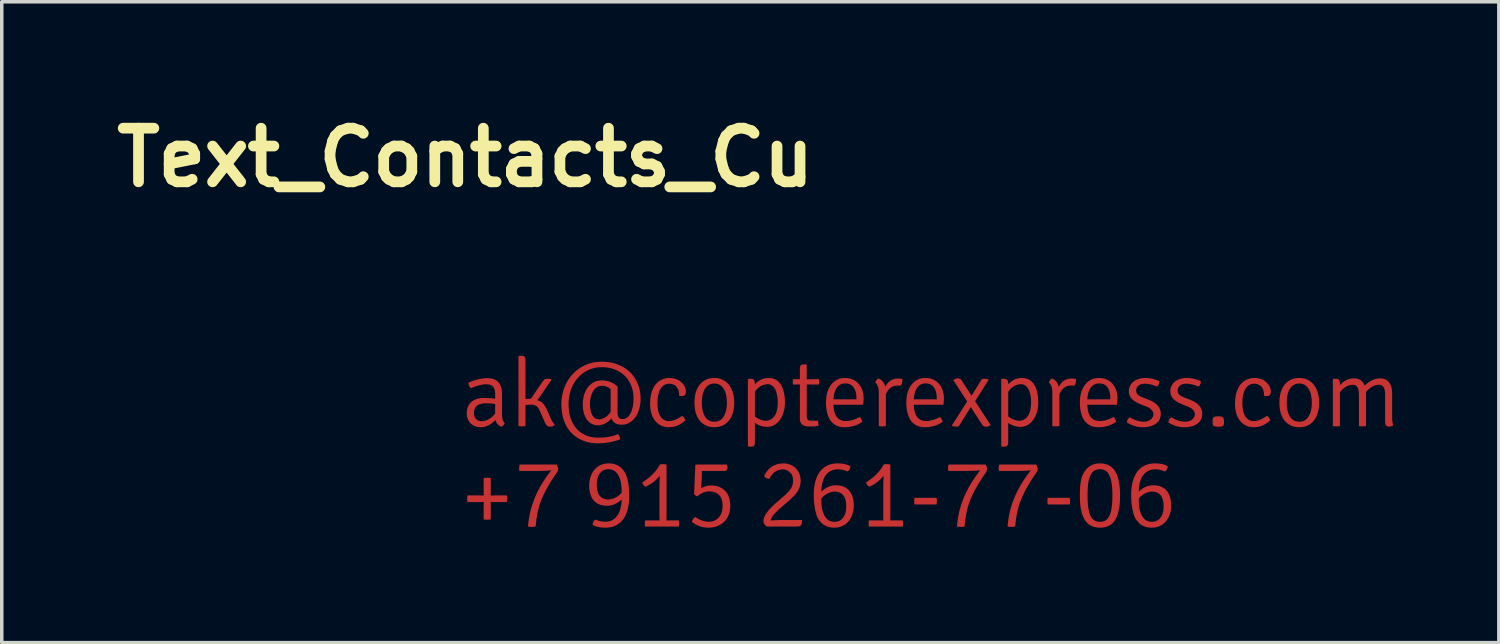
<source format=kicad_pcb>
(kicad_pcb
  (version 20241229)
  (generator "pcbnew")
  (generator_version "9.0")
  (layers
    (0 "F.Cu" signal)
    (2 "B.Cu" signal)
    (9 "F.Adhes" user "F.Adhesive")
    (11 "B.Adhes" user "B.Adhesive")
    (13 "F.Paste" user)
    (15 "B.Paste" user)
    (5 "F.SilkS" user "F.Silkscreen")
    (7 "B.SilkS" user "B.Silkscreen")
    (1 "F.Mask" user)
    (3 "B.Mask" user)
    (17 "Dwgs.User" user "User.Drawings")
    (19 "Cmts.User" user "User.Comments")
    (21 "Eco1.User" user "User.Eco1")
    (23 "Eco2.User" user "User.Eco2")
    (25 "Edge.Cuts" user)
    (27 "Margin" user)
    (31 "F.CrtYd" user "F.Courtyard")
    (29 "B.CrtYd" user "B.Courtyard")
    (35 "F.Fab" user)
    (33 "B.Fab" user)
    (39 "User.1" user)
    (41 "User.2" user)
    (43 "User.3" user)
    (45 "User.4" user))
  (footprint "Text_Contacts_Cu"
    (layer "F.Cu")
    (at 10.175 11.959)
    (property "Reference" "Text_Contacts_Cu" (at 0 -10.532 0) (layer "F.SilkS") (effects (font (size 1.524 1.524) (thickness 0.305))))
    (attr smd)
    (fp_poly (pts (xy 13.386 -0.676) (xy 12.761 -0.676) (xy 12.756 -0.694) (xy 12.753 -0.715) (xy 12.751 -0.739) (xy 12.75 -0.766) (xy 12.751 -0.794) (xy 12.753 -0.819) (xy 12.756 -0.842) (xy 12.761 -0.864) (xy 13.386 -0.864) (xy 13.39 -0.841) (xy 13.392 -0.818) (xy 13.394 -0.793) (xy 13.394 -0.766) (xy 13.394 -0.74) (xy 13.392 -0.716) (xy 13.39 -0.695) (xy 13.386 -0.676)) (stroke (width 0) (type solid)) (fill yes) (layer "F.Cu"))
    (fp_poly (pts (xy 17.171 -0.676) (xy 16.546 -0.676) (xy 16.541 -0.694) (xy 16.538 -0.715) (xy 16.536 -0.739) (xy 16.535 -0.766) (xy 16.536 -0.794) (xy 16.538 -0.819) (xy 16.541 -0.842) (xy 16.546 -0.864) (xy 17.171 -0.864) (xy 17.175 -0.841) (xy 17.177 -0.818) (xy 17.179 -0.793) (xy 17.179 -0.766) (xy 17.179 -0.74) (xy 17.177 -0.716) (xy 17.175 -0.695) (xy 17.171 -0.676)) (stroke (width 0) (type solid)) (fill yes) (layer "F.Cu"))
    (fp_poly (pts (xy 0.521 -0.929) (xy 0.518 -1.032) (xy 0.518 -1.424) (xy 0.54 -1.429) (xy 0.565 -1.432) (xy 0.592 -1.434) (xy 0.622 -1.435) (xy 0.651 -1.434) (xy 0.677 -1.432) (xy 0.7 -1.429) (xy 0.719 -1.424) (xy 0.719 -1.032) (xy 0.719 -1.026) (xy 0.719 -1.007) (xy 0.718 -0.974) (xy 0.717 -0.929) (xy 0.817 -0.932) (xy 1.179 -0.932) (xy 1.184 -0.903) (xy 1.187 -0.877) (xy 1.189 -0.853) (xy 1.19 -0.831) (xy 1.189 -0.812) (xy 1.187 -0.791) (xy 1.184 -0.768) (xy 1.179 -0.744) (xy 0.817 -0.744) (xy 0.717 -0.747) (xy 0.719 -0.644) (xy 0.719 -0.252) (xy 0.7 -0.248) (xy 0.677 -0.244) (xy 0.651 -0.242) (xy 0.622 -0.242) (xy 0.592 -0.242) (xy 0.565 -0.244) (xy 0.54 -0.248) (xy 0.518 -0.252) (xy 0.518 -0.644) (xy 0.521 -0.747) (xy 0.421 -0.744) (xy 0.059 -0.744) (xy 0.054 -0.762) (xy 0.051 -0.784) (xy 0.049 -0.809) (xy 0.048 -0.837) (xy 0.049 -0.865) (xy 0.051 -0.89) (xy 0.054 -0.913) (xy 0.059 -0.932) (xy 0.421 -0.932) (xy 0.521 -0.929)) (stroke (width 0) (type solid)) (fill yes) (layer "F.Cu"))
    (fp_poly (pts (xy 21.25 -2.91) (xy 21.242 -2.927) (xy 21.236 -2.948) (xy 21.232 -2.972) (xy 21.229 -2.999) (xy 21.229 -3.03) (xy 21.229 -3.057) (xy 21.231 -3.08) (xy 21.235 -3.1) (xy 21.239 -3.117) (xy 21.249 -3.137) (xy 21.261 -3.152) (xy 21.275 -3.163) (xy 21.292 -3.171) (xy 21.31 -3.175) (xy 21.329 -3.177) (xy 21.35 -3.178) (xy 21.371 -3.179) (xy 21.394 -3.179) (xy 21.417 -3.179) (xy 21.438 -3.178) (xy 21.457 -3.177) (xy 21.476 -3.175) (xy 21.493 -3.169) (xy 21.509 -3.16) (xy 21.522 -3.15) (xy 21.533 -3.135) (xy 21.541 -3.117) (xy 21.547 -3.1) (xy 21.551 -3.08) (xy 21.554 -3.057) (xy 21.555 -3.03) (xy 21.554 -3.006) (xy 21.553 -2.984) (xy 21.55 -2.965) (xy 21.547 -2.948) (xy 21.54 -2.93) (xy 21.531 -2.916) (xy 21.519 -2.905) (xy 21.505 -2.897) (xy 21.489 -2.892) (xy 21.47 -2.889) (xy 21.449 -2.886) (xy 21.425 -2.884) (xy 21.397 -2.883) (xy 21.367 -2.884) (xy 21.338 -2.886) (xy 21.313 -2.89) (xy 21.29 -2.895) (xy 21.269 -2.902) (xy 21.25 -2.91) (xy 21.25 -2.91)) (stroke (width 0) (type solid)) (fill yes) (layer "F.Cu"))
    (fp_poly (pts (xy 14.671 -4.234) (xy 14.687 -4.24) (xy 14.705 -4.244) (xy 14.728 -4.247) (xy 14.753 -4.248) (xy 14.773 -4.247) (xy 14.792 -4.245) (xy 14.81 -4.242) (xy 14.835 -4.237) (xy 14.856 -4.229) (xy 14.864 -4.212) (xy 14.481 -3.609) (xy 14.924 -2.932) (xy 14.9 -2.917) (xy 14.877 -2.905) (xy 14.854 -2.895) (xy 14.831 -2.889) (xy 14.809 -2.885) (xy 14.788 -2.883) (xy 14.767 -2.885) (xy 14.748 -2.89) (xy 14.729 -2.898) (xy 14.712 -2.91) (xy 14.697 -2.925) (xy 14.682 -2.943) (xy 14.359 -3.443) (xy 14.019 -2.9) (xy 14.004 -2.895) (xy 13.984 -2.891) (xy 13.963 -2.889) (xy 13.938 -2.889) (xy 13.918 -2.889) (xy 13.899 -2.891) (xy 13.881 -2.894) (xy 13.855 -2.899) (xy 13.832 -2.908) (xy 13.824 -2.924) (xy 14.256 -3.601) (xy 13.862 -4.209) (xy 13.884 -4.224) (xy 13.906 -4.237) (xy 13.928 -4.246) (xy 13.95 -4.253) (xy 13.971 -4.257) (xy 13.992 -4.258) (xy 14.015 -4.257) (xy 14.036 -4.251) (xy 14.055 -4.243) (xy 14.072 -4.231) (xy 14.087 -4.215) (xy 14.101 -4.196) (xy 14.381 -3.764) (xy 14.671 -4.234)) (stroke (width 0) (type solid)) (fill yes) (layer "F.Cu"))
    (fp_poly (pts (xy 10.044 -4.237) (xy 10.047 -4.216) (xy 10.05 -4.197) (xy 10.051 -4.177) (xy 10.052 -4.158) (xy 10.051 -4.134) (xy 10.048 -4.108) (xy 10.044 -4.082) (xy 9.698 -4.085) (xy 9.698 -3.171) (xy 9.7 -3.147) (xy 9.704 -3.126) (xy 9.71 -3.108) (xy 9.719 -3.092) (xy 9.731 -3.08) (xy 9.745 -3.07) (xy 9.762 -3.063) (xy 9.782 -3.059) (xy 9.804 -3.057) (xy 10.011 -3.057) (xy 10.019 -3.034) (xy 10.025 -3.011) (xy 10.029 -2.988) (xy 10.03 -2.965) (xy 10.029 -2.938) (xy 10.028 -2.919) (xy 10.025 -2.908) (xy 9.999 -2.905) (xy 9.974 -2.902) (xy 9.949 -2.899) (xy 9.923 -2.897) (xy 9.897 -2.895) (xy 9.872 -2.894) (xy 9.845 -2.893) (xy 9.819 -2.892) (xy 9.793 -2.892) (xy 9.766 -2.891) (xy 9.739 -2.892) (xy 9.714 -2.894) (xy 9.69 -2.897) (xy 9.667 -2.901) (xy 9.646 -2.907) (xy 9.626 -2.914) (xy 9.608 -2.922) (xy 9.591 -2.931) (xy 9.576 -2.942) (xy 9.562 -2.954) (xy 9.549 -2.967) (xy 9.538 -2.981) (xy 9.529 -2.997) (xy 9.521 -3.014) (xy 9.514 -3.032) (xy 9.509 -3.051) (xy 9.506 -3.072) (xy 9.503 -3.094) (xy 9.503 -3.117) (xy 9.503 -4.085) (xy 9.31 -4.082) (xy 9.305 -4.108) (xy 9.302 -4.134) (xy 9.302 -4.158) (xy 9.302 -4.177) (xy 9.304 -4.197) (xy 9.306 -4.216) (xy 9.31 -4.237) (xy 9.503 -4.234) (xy 9.503 -4.519) (xy 9.504 -4.547) (xy 9.506 -4.571) (xy 9.511 -4.592) (xy 9.517 -4.609) (xy 9.524 -4.623) (xy 9.538 -4.637) (xy 9.556 -4.647) (xy 9.58 -4.653) (xy 9.609 -4.655) (xy 9.682 -4.655) (xy 9.698 -4.639) (xy 9.698 -4.231) (xy 10.044 -4.237)) (stroke (width 0) (type solid)) (fill yes) (layer "F.Cu"))
    (fp_poly (pts (xy 11.647 -4.142) (xy 11.655 -4.164) (xy 11.665 -4.186) (xy 11.678 -4.205) (xy 11.694 -4.224) (xy 11.713 -4.24) (xy 11.734 -4.256) (xy 11.755 -4.247) (xy 11.775 -4.237) (xy 11.794 -4.225) (xy 11.812 -4.213) (xy 11.829 -4.199) (xy 11.844 -4.183) (xy 11.859 -4.167) (xy 11.872 -4.149) (xy 11.885 -4.13) (xy 11.896 -4.109) (xy 11.906 -4.087) (xy 11.915 -4.064) (xy 11.923 -4.04) (xy 11.93 -4.014) (xy 11.941 -4.037) (xy 11.953 -4.059) (xy 11.966 -4.08) (xy 11.98 -4.1) (xy 11.994 -4.118) (xy 12.009 -4.136) (xy 12.025 -4.152) (xy 12.041 -4.167) (xy 12.059 -4.181) (xy 12.076 -4.193) (xy 12.095 -4.205) (xy 12.114 -4.215) (xy 12.134 -4.224) (xy 12.155 -4.231) (xy 12.176 -4.238) (xy 12.198 -4.243) (xy 12.221 -4.248) (xy 12.245 -4.251) (xy 12.269 -4.252) (xy 12.294 -4.253) (xy 12.317 -4.253) (xy 12.341 -4.251) (xy 12.366 -4.249) (xy 12.392 -4.246) (xy 12.419 -4.242) (xy 12.418 -4.214) (xy 12.416 -4.186) (xy 12.412 -4.161) (xy 12.407 -4.136) (xy 12.401 -4.113) (xy 12.393 -4.091) (xy 12.383 -4.071) (xy 12.373 -4.052) (xy 12.354 -4.053) (xy 12.333 -4.054) (xy 12.307 -4.054) (xy 12.278 -4.055) (xy 12.255 -4.054) (xy 12.232 -4.052) (xy 12.211 -4.048) (xy 12.19 -4.044) (xy 12.169 -4.037) (xy 12.149 -4.03) (xy 12.13 -4.021) (xy 12.111 -4.011) (xy 12.093 -3.999) (xy 12.076 -3.986) (xy 12.059 -3.972) (xy 12.043 -3.956) (xy 12.027 -3.939) (xy 12.012 -3.92) (xy 11.998 -3.9) (xy 11.984 -3.879) (xy 11.971 -3.857) (xy 11.958 -3.833) (xy 11.946 -3.807) (xy 11.946 -2.902) (xy 11.924 -2.899) (xy 11.9 -2.896) (xy 11.874 -2.895) (xy 11.845 -2.894) (xy 11.817 -2.895) (xy 11.79 -2.896) (xy 11.766 -2.899) (xy 11.745 -2.902) (xy 11.745 -3.864) (xy 11.744 -3.892) (xy 11.743 -3.919) (xy 11.74 -3.945) (xy 11.736 -3.969) (xy 11.73 -3.993) (xy 11.724 -4.015) (xy 11.716 -4.037) (xy 11.708 -4.057) (xy 11.698 -4.076) (xy 11.687 -4.094) (xy 11.675 -4.111) (xy 11.661 -4.127) (xy 11.647 -4.142) (xy 11.647 -4.142)) (stroke (width 0) (type solid)) (fill yes) (layer "F.Cu"))
    (fp_poly (pts (xy 16.578 -4.142) (xy 16.586 -4.164) (xy 16.596 -4.186) (xy 16.61 -4.205) (xy 16.625 -4.224) (xy 16.644 -4.24) (xy 16.665 -4.256) (xy 16.686 -4.247) (xy 16.707 -4.237) (xy 16.726 -4.225) (xy 16.743 -4.213) (xy 16.76 -4.199) (xy 16.776 -4.183) (xy 16.79 -4.167) (xy 16.804 -4.149) (xy 16.816 -4.13) (xy 16.827 -4.109) (xy 16.837 -4.087) (xy 16.846 -4.064) (xy 16.854 -4.04) (xy 16.861 -4.014) (xy 16.872 -4.037) (xy 16.885 -4.059) (xy 16.898 -4.08) (xy 16.911 -4.1) (xy 16.926 -4.118) (xy 16.941 -4.136) (xy 16.956 -4.152) (xy 16.973 -4.167) (xy 16.99 -4.181) (xy 17.008 -4.193) (xy 17.026 -4.205) (xy 17.046 -4.215) (xy 17.066 -4.224) (xy 17.086 -4.231) (xy 17.108 -4.238) (xy 17.13 -4.243) (xy 17.153 -4.248) (xy 17.176 -4.251) (xy 17.2 -4.252) (xy 17.225 -4.253) (xy 17.248 -4.253) (xy 17.273 -4.251) (xy 17.298 -4.249) (xy 17.323 -4.246) (xy 17.35 -4.242) (xy 17.349 -4.214) (xy 17.347 -4.186) (xy 17.344 -4.161) (xy 17.339 -4.136) (xy 17.332 -4.113) (xy 17.324 -4.091) (xy 17.315 -4.071) (xy 17.304 -4.052) (xy 17.286 -4.053) (xy 17.264 -4.054) (xy 17.238 -4.054) (xy 17.209 -4.055) (xy 17.186 -4.054) (xy 17.164 -4.052) (xy 17.142 -4.048) (xy 17.121 -4.044) (xy 17.101 -4.037) (xy 17.081 -4.03) (xy 17.061 -4.021) (xy 17.043 -4.011) (xy 17.025 -3.999) (xy 17.007 -3.986) (xy 16.99 -3.972) (xy 16.974 -3.956) (xy 16.958 -3.939) (xy 16.943 -3.92) (xy 16.929 -3.9) (xy 16.915 -3.879) (xy 16.902 -3.857) (xy 16.889 -3.833) (xy 16.877 -3.807) (xy 16.877 -2.902) (xy 16.856 -2.899) (xy 16.832 -2.896) (xy 16.805 -2.895) (xy 16.777 -2.894) (xy 16.748 -2.895) (xy 16.722 -2.896) (xy 16.698 -2.899) (xy 16.676 -2.902) (xy 16.676 -3.864) (xy 16.676 -3.892) (xy 16.674 -3.919) (xy 16.671 -3.945) (xy 16.667 -3.969) (xy 16.662 -3.993) (xy 16.655 -4.015) (xy 16.648 -4.037) (xy 16.639 -4.057) (xy 16.629 -4.076) (xy 16.618 -4.094) (xy 16.606 -4.111) (xy 16.593 -4.127) (xy 16.578 -4.142) (xy 16.578 -4.142)) (stroke (width 0) (type solid)) (fill yes) (layer "F.Cu"))
    (fp_poly (pts (xy 5.515 -0.22) (xy 5.512 -0.391) (xy 5.512 -1.157) (xy 5.512 -1.16) (xy 5.513 -1.166) (xy 5.513 -1.176) (xy 5.513 -1.19) (xy 5.514 -1.209) (xy 5.514 -1.231) (xy 5.515 -1.256) (xy 5.516 -1.286) (xy 5.516 -1.32) (xy 5.517 -1.358) (xy 5.518 -1.399) (xy 5.519 -1.445) (xy 5.521 -1.494) (xy 5.506 -1.475) (xy 5.491 -1.456) (xy 5.475 -1.437) (xy 5.459 -1.419) (xy 5.442 -1.402) (xy 5.425 -1.384) (xy 5.408 -1.368) (xy 5.39 -1.351) (xy 5.371 -1.335) (xy 5.352 -1.32) (xy 5.333 -1.305) (xy 5.313 -1.29) (xy 5.293 -1.276) (xy 5.272 -1.263) (xy 5.25 -1.249) (xy 5.229 -1.236) (xy 5.206 -1.224) (xy 5.184 -1.212) (xy 5.161 -1.201) (xy 5.137 -1.19) (xy 5.113 -1.179) (xy 5.094 -1.193) (xy 5.077 -1.208) (xy 5.062 -1.225) (xy 5.049 -1.243) (xy 5.038 -1.262) (xy 5.03 -1.282) (xy 5.023 -1.304) (xy 5.046 -1.318) (xy 5.069 -1.332) (xy 5.091 -1.347) (xy 5.112 -1.362) (xy 5.133 -1.376) (xy 5.154 -1.392) (xy 5.175 -1.407) (xy 5.194 -1.422) (xy 5.214 -1.438) (xy 5.233 -1.454) (xy 5.252 -1.47) (xy 5.27 -1.487) (xy 5.288 -1.503) (xy 5.305 -1.52) (xy 5.322 -1.537) (xy 5.338 -1.554) (xy 5.358 -1.575) (xy 5.377 -1.596) (xy 5.395 -1.617) (xy 5.412 -1.637) (xy 5.428 -1.658) (xy 5.443 -1.678) (xy 5.457 -1.697) (xy 5.47 -1.717) (xy 5.483 -1.736) (xy 5.494 -1.755) (xy 5.504 -1.773) (xy 5.513 -1.792) (xy 5.521 -1.81) (xy 5.543 -1.814) (xy 5.566 -1.818) (xy 5.59 -1.82) (xy 5.616 -1.821) (xy 5.642 -1.82) (xy 5.667 -1.818) (xy 5.691 -1.814) (xy 5.714 -1.81) (xy 5.714 -0.391) (xy 5.711 -0.22) (xy 5.858 -0.223) (xy 6.067 -0.223) (xy 6.07 -0.2) (xy 6.073 -0.177) (xy 6.074 -0.155) (xy 6.075 -0.133) (xy 6.074 -0.112) (xy 6.073 -0.091) (xy 6.07 -0.07) (xy 6.067 -0.049) (xy 5.105 -0.049) (xy 5.101 -0.07) (xy 5.099 -0.092) (xy 5.097 -0.114) (xy 5.097 -0.136) (xy 5.097 -0.157) (xy 5.099 -0.179) (xy 5.101 -0.201) (xy 5.105 -0.223) (xy 5.368 -0.223) (xy 5.515 -0.22)) (stroke (width 0) (type solid)) (fill yes) (layer "F.Cu"))
    (fp_poly (pts (xy 11.874 -0.22) (xy 11.872 -0.391) (xy 11.872 -1.157) (xy 11.872 -1.16) (xy 11.872 -1.166) (xy 11.872 -1.176) (xy 11.872 -1.19) (xy 11.873 -1.209) (xy 11.873 -1.231) (xy 11.874 -1.256) (xy 11.875 -1.286) (xy 11.876 -1.32) (xy 11.876 -1.358) (xy 11.878 -1.399) (xy 11.879 -1.445) (xy 11.88 -1.494) (xy 11.865 -1.475) (xy 11.85 -1.456) (xy 11.834 -1.437) (xy 11.818 -1.419) (xy 11.801 -1.402) (xy 11.784 -1.384) (xy 11.767 -1.368) (xy 11.749 -1.351) (xy 11.73 -1.335) (xy 11.711 -1.32) (xy 11.692 -1.305) (xy 11.672 -1.29) (xy 11.652 -1.276) (xy 11.631 -1.263) (xy 11.61 -1.249) (xy 11.588 -1.236) (xy 11.566 -1.224) (xy 11.543 -1.212) (xy 11.52 -1.201) (xy 11.496 -1.19) (xy 11.472 -1.179) (xy 11.453 -1.193) (xy 11.436 -1.208) (xy 11.421 -1.225) (xy 11.408 -1.243) (xy 11.398 -1.262) (xy 11.389 -1.282) (xy 11.382 -1.304) (xy 11.405 -1.318) (xy 11.428 -1.332) (xy 11.45 -1.347) (xy 11.471 -1.362) (xy 11.493 -1.376) (xy 11.513 -1.392) (xy 11.534 -1.407) (xy 11.554 -1.422) (xy 11.573 -1.438) (xy 11.592 -1.454) (xy 11.611 -1.47) (xy 11.629 -1.487) (xy 11.647 -1.503) (xy 11.664 -1.52) (xy 11.681 -1.537) (xy 11.698 -1.554) (xy 11.718 -1.575) (xy 11.737 -1.596) (xy 11.755 -1.617) (xy 11.772 -1.637) (xy 11.788 -1.658) (xy 11.803 -1.678) (xy 11.817 -1.697) (xy 11.83 -1.717) (xy 11.842 -1.736) (xy 11.853 -1.755) (xy 11.863 -1.773) (xy 11.872 -1.792) (xy 11.88 -1.81) (xy 11.902 -1.814) (xy 11.925 -1.818) (xy 11.95 -1.82) (xy 11.975 -1.821) (xy 12.001 -1.82) (xy 12.027 -1.818) (xy 12.05 -1.814) (xy 12.073 -1.81) (xy 12.073 -0.391) (xy 12.07 -0.22) (xy 12.217 -0.223) (xy 12.426 -0.223) (xy 12.43 -0.2) (xy 12.432 -0.177) (xy 12.434 -0.155) (xy 12.434 -0.133) (xy 12.434 -0.112) (xy 12.432 -0.091) (xy 12.43 -0.07) (xy 12.426 -0.049) (xy 11.464 -0.049) (xy 11.46 -0.07) (xy 11.458 -0.092) (xy 11.456 -0.114) (xy 11.456 -0.136) (xy 11.456 -0.157) (xy 11.458 -0.179) (xy 11.46 -0.201) (xy 11.464 -0.223) (xy 11.728 -0.223) (xy 11.874 -0.22)) (stroke (width 0) (type solid)) (fill yes) (layer "F.Cu"))
    (fp_poly (pts (xy 2.304 -3.389) (xy 2.41 -3.15) (xy 2.424 -3.119) (xy 2.438 -3.09) (xy 2.451 -3.064) (xy 2.464 -3.04) (xy 2.478 -3.018) (xy 2.491 -2.999) (xy 2.503 -2.982) (xy 2.516 -2.968) (xy 2.528 -2.956) (xy 2.54 -2.946) (xy 2.525 -2.927) (xy 2.508 -2.913) (xy 2.489 -2.901) (xy 2.468 -2.893) (xy 2.445 -2.888) (xy 2.421 -2.886) (xy 2.392 -2.887) (xy 2.367 -2.891) (xy 2.345 -2.898) (xy 2.327 -2.907) (xy 2.312 -2.919) (xy 2.3 -2.933) (xy 2.288 -2.952) (xy 2.275 -2.973) (xy 2.262 -2.999) (xy 2.249 -3.027) (xy 2.124 -3.31) (xy 2.111 -3.339) (xy 2.098 -3.365) (xy 2.085 -3.389) (xy 2.072 -3.41) (xy 2.059 -3.429) (xy 2.045 -3.445) (xy 2.032 -3.459) (xy 2.018 -3.47) (xy 1.999 -3.483) (xy 1.978 -3.493) (xy 1.955 -3.501) (xy 1.93 -3.507) (xy 1.903 -3.51) (xy 1.874 -3.511) (xy 1.849 -3.511) (xy 1.824 -3.51) (xy 1.799 -3.509) (xy 1.775 -3.507) (xy 1.752 -3.505) (xy 1.729 -3.503) (xy 1.706 -3.5) (xy 1.706 -2.902) (xy 1.684 -2.899) (xy 1.66 -2.896) (xy 1.634 -2.895) (xy 1.605 -2.894) (xy 1.578 -2.895) (xy 1.552 -2.896) (xy 1.529 -2.899) (xy 1.507 -2.902) (xy 1.507 -4.884) (xy 1.524 -4.9) (xy 1.597 -4.9) (xy 1.627 -4.898) (xy 1.651 -4.892) (xy 1.67 -4.881) (xy 1.684 -4.867) (xy 1.692 -4.854) (xy 1.698 -4.836) (xy 1.702 -4.816) (xy 1.705 -4.792) (xy 1.706 -4.764) (xy 1.706 -3.671) (xy 1.823 -3.677) (xy 1.841 -3.679) (xy 1.857 -3.686) (xy 1.872 -3.698) (xy 1.885 -3.715) (xy 2.176 -4.144) (xy 2.193 -4.169) (xy 2.21 -4.19) (xy 2.226 -4.207) (xy 2.241 -4.22) (xy 2.257 -4.231) (xy 2.274 -4.239) (xy 2.292 -4.243) (xy 2.312 -4.245) (xy 2.33 -4.245) (xy 2.35 -4.244) (xy 2.373 -4.243) (xy 2.4 -4.241) (xy 2.429 -4.239) (xy 2.445 -4.218) (xy 2.1 -3.715) (xy 2.083 -3.691) (xy 2.066 -3.67) (xy 2.05 -3.653) (xy 2.035 -3.639) (xy 2.06 -3.632) (xy 2.085 -3.625) (xy 2.108 -3.615) (xy 2.13 -3.604) (xy 2.151 -3.591) (xy 2.171 -3.576) (xy 2.19 -3.56) (xy 2.205 -3.545) (xy 2.22 -3.528) (xy 2.235 -3.509) (xy 2.249 -3.489) (xy 2.263 -3.466) (xy 2.277 -3.442) (xy 2.291 -3.416) (xy 2.304 -3.389)) (stroke (width 0) (type solid)) (fill yes) (layer "F.Cu"))
    (fp_poly (pts (xy 1.541 -1.81) (xy 2.593 -1.81) (xy 2.605 -1.786) (xy 2.615 -1.763) (xy 2.623 -1.742) (xy 2.629 -1.722) (xy 2.632 -1.702) (xy 2.634 -1.685) (xy 2.632 -1.665) (xy 2.628 -1.645) (xy 2.621 -1.624) (xy 2.611 -1.603) (xy 2.598 -1.581) (xy 2.514 -1.459) (xy 2.498 -1.435) (xy 2.482 -1.41) (xy 2.466 -1.386) (xy 2.451 -1.362) (xy 2.436 -1.337) (xy 2.421 -1.314) (xy 2.407 -1.29) (xy 2.392 -1.266) (xy 2.378 -1.243) (xy 2.364 -1.219) (xy 2.351 -1.196) (xy 2.338 -1.173) (xy 2.325 -1.15) (xy 2.312 -1.127) (xy 2.3 -1.104) (xy 2.288 -1.081) (xy 2.276 -1.059) (xy 2.264 -1.037) (xy 2.253 -1.014) (xy 2.242 -0.992) (xy 2.231 -0.97) (xy 2.221 -0.949) (xy 2.21 -0.927) (xy 2.201 -0.905) (xy 2.191 -0.884) (xy 2.181 -0.863) (xy 2.172 -0.841) (xy 2.163 -0.82) (xy 2.155 -0.799) (xy 2.147 -0.778) (xy 2.139 -0.756) (xy 2.131 -0.734) (xy 2.123 -0.712) (xy 2.116 -0.69) (xy 2.109 -0.667) (xy 2.102 -0.644) (xy 2.095 -0.621) (xy 2.088 -0.598) (xy 2.082 -0.574) (xy 2.075 -0.55) (xy 2.069 -0.526) (xy 2.064 -0.501) (xy 2.058 -0.476) (xy 2.053 -0.451) (xy 2.047 -0.426) (xy 2.042 -0.4) (xy 2.037 -0.374) (xy 2.033 -0.348) (xy 2.028 -0.322) (xy 2.024 -0.295) (xy 2.02 -0.269) (xy 2.016 -0.241) (xy 2.013 -0.214) (xy 2.009 -0.186) (xy 2.006 -0.158) (xy 2.003 -0.13) (xy 1.995 -0.049) (xy 1.977 -0.045) (xy 1.958 -0.042) (xy 1.935 -0.039) (xy 1.911 -0.038) (xy 1.884 -0.038) (xy 1.857 -0.038) (xy 1.833 -0.039) (xy 1.811 -0.042) (xy 1.793 -0.045) (xy 1.778 -0.049) (xy 1.788 -0.152) (xy 1.791 -0.177) (xy 1.794 -0.201) (xy 1.797 -0.226) (xy 1.801 -0.25) (xy 1.805 -0.275) (xy 1.809 -0.299) (xy 1.813 -0.324) (xy 1.817 -0.348) (xy 1.822 -0.373) (xy 1.827 -0.397) (xy 1.832 -0.421) (xy 1.838 -0.446) (xy 1.843 -0.47) (xy 1.849 -0.494) (xy 1.855 -0.518) (xy 1.862 -0.542) (xy 1.868 -0.566) (xy 1.875 -0.59) (xy 1.882 -0.614) (xy 1.889 -0.638) (xy 1.897 -0.662) (xy 1.905 -0.686) (xy 1.913 -0.71) (xy 1.921 -0.733) (xy 1.929 -0.757) (xy 1.938 -0.781) (xy 1.947 -0.804) (xy 1.956 -0.828) (xy 1.966 -0.852) (xy 1.975 -0.875) (xy 1.985 -0.899) (xy 1.996 -0.922) (xy 2.006 -0.945) (xy 2.017 -0.969) (xy 2.027 -0.992) (xy 2.039 -1.015) (xy 2.05 -1.039) (xy 2.062 -1.062) (xy 2.073 -1.085) (xy 2.085 -1.108) (xy 2.098 -1.131) (xy 2.11 -1.154) (xy 2.123 -1.177) (xy 2.136 -1.2) (xy 2.149 -1.223) (xy 2.163 -1.246) (xy 2.177 -1.269) (xy 2.191 -1.291) (xy 2.205 -1.314) (xy 2.219 -1.337) (xy 2.234 -1.36) (xy 2.249 -1.382) (xy 2.264 -1.405) (xy 2.291 -1.446) (xy 2.299 -1.458) (xy 2.309 -1.471) (xy 2.32 -1.487) (xy 2.332 -1.504) (xy 2.346 -1.522) (xy 2.36 -1.542) (xy 2.376 -1.564) (xy 2.394 -1.587) (xy 2.413 -1.612) (xy 2.433 -1.638) (xy 2.424 -1.647) (xy 2.414 -1.644) (xy 2.402 -1.642) (xy 2.389 -1.64) (xy 2.373 -1.639) (xy 2.355 -1.637) (xy 2.335 -1.636) (xy 2.313 -1.634) (xy 2.29 -1.633) (xy 2.264 -1.632) (xy 2.236 -1.631) (xy 2.206 -1.63) (xy 2.175 -1.629) (xy 2.141 -1.629) (xy 2.105 -1.628) (xy 2.068 -1.628) (xy 2.028 -1.628) (xy 1.987 -1.628) (xy 1.533 -1.628) (xy 1.529 -1.646) (xy 1.527 -1.666) (xy 1.525 -1.687) (xy 1.525 -1.709) (xy 1.526 -1.733) (xy 1.529 -1.757) (xy 1.534 -1.783) (xy 1.541 -1.81) (xy 1.541 -1.81)) (stroke (width 0) (type solid)) (fill yes) (layer "F.Cu"))
    (fp_poly (pts (xy 13.729 -1.81) (xy 14.78 -1.81) (xy 14.793 -1.786) (xy 14.803 -1.763) (xy 14.811 -1.742) (xy 14.817 -1.722) (xy 14.82 -1.702) (xy 14.821 -1.685) (xy 14.82 -1.665) (xy 14.816 -1.645) (xy 14.809 -1.624) (xy 14.799 -1.603) (xy 14.786 -1.581) (xy 14.702 -1.459) (xy 14.686 -1.435) (xy 14.67 -1.41) (xy 14.654 -1.386) (xy 14.639 -1.362) (xy 14.624 -1.337) (xy 14.609 -1.314) (xy 14.594 -1.29) (xy 14.58 -1.266) (xy 14.566 -1.243) (xy 14.552 -1.219) (xy 14.539 -1.196) (xy 14.525 -1.173) (xy 14.513 -1.15) (xy 14.5 -1.127) (xy 14.487 -1.104) (xy 14.475 -1.081) (xy 14.464 -1.059) (xy 14.452 -1.037) (xy 14.441 -1.014) (xy 14.43 -0.992) (xy 14.419 -0.97) (xy 14.408 -0.949) (xy 14.398 -0.927) (xy 14.388 -0.905) (xy 14.379 -0.884) (xy 14.369 -0.863) (xy 14.36 -0.841) (xy 14.351 -0.82) (xy 14.343 -0.799) (xy 14.334 -0.778) (xy 14.326 -0.756) (xy 14.319 -0.734) (xy 14.311 -0.712) (xy 14.303 -0.69) (xy 14.296 -0.667) (xy 14.289 -0.644) (xy 14.282 -0.621) (xy 14.276 -0.598) (xy 14.269 -0.574) (xy 14.263 -0.55) (xy 14.257 -0.526) (xy 14.251 -0.501) (xy 14.246 -0.476) (xy 14.24 -0.451) (xy 14.235 -0.426) (xy 14.23 -0.4) (xy 14.225 -0.374) (xy 14.22 -0.348) (xy 14.216 -0.322) (xy 14.212 -0.295) (xy 14.208 -0.269) (xy 14.204 -0.241) (xy 14.2 -0.214) (xy 14.197 -0.186) (xy 14.194 -0.158) (xy 14.191 -0.13) (xy 14.183 -0.049) (xy 14.165 -0.045) (xy 14.145 -0.042) (xy 14.123 -0.039) (xy 14.098 -0.038) (xy 14.071 -0.038) (xy 14.044 -0.038) (xy 14.02 -0.039) (xy 13.999 -0.042) (xy 13.981 -0.045) (xy 13.965 -0.049) (xy 13.976 -0.152) (xy 13.979 -0.177) (xy 13.982 -0.201) (xy 13.985 -0.226) (xy 13.989 -0.25) (xy 13.992 -0.275) (xy 13.996 -0.299) (xy 14.001 -0.324) (xy 14.005 -0.348) (xy 14.01 -0.373) (xy 14.015 -0.397) (xy 14.02 -0.421) (xy 14.025 -0.446) (xy 14.031 -0.47) (xy 14.037 -0.494) (xy 14.043 -0.518) (xy 14.049 -0.542) (xy 14.056 -0.566) (xy 14.063 -0.59) (xy 14.07 -0.614) (xy 14.077 -0.638) (xy 14.085 -0.662) (xy 14.092 -0.686) (xy 14.1 -0.71) (xy 14.109 -0.733) (xy 14.117 -0.757) (xy 14.126 -0.781) (xy 14.135 -0.804) (xy 14.144 -0.828) (xy 14.153 -0.852) (xy 14.163 -0.875) (xy 14.173 -0.899) (xy 14.183 -0.922) (xy 14.194 -0.945) (xy 14.204 -0.969) (xy 14.215 -0.992) (xy 14.226 -1.015) (xy 14.238 -1.039) (xy 14.249 -1.062) (xy 14.261 -1.085) (xy 14.273 -1.108) (xy 14.285 -1.131) (xy 14.298 -1.154) (xy 14.311 -1.177) (xy 14.324 -1.2) (xy 14.337 -1.223) (xy 14.351 -1.246) (xy 14.364 -1.269) (xy 14.378 -1.291) (xy 14.392 -1.314) (xy 14.407 -1.337) (xy 14.422 -1.36) (xy 14.436 -1.382) (xy 14.452 -1.405) (xy 14.479 -1.446) (xy 14.487 -1.458) (xy 14.497 -1.471) (xy 14.508 -1.487) (xy 14.52 -1.504) (xy 14.533 -1.522) (xy 14.548 -1.542) (xy 14.564 -1.564) (xy 14.581 -1.587) (xy 14.6 -1.612) (xy 14.62 -1.638) (xy 14.612 -1.647) (xy 14.602 -1.644) (xy 14.59 -1.642) (xy 14.576 -1.64) (xy 14.56 -1.639) (xy 14.543 -1.637) (xy 14.523 -1.636) (xy 14.501 -1.634) (xy 14.477 -1.633) (xy 14.451 -1.632) (xy 14.424 -1.631) (xy 14.394 -1.63) (xy 14.362 -1.629) (xy 14.329 -1.629) (xy 14.293 -1.628) (xy 14.256 -1.628) (xy 14.216 -1.628) (xy 14.174 -1.628) (xy 13.721 -1.628) (xy 13.717 -1.646) (xy 13.714 -1.666) (xy 13.713 -1.687) (xy 13.712 -1.709) (xy 13.713 -1.733) (xy 13.716 -1.757) (xy 13.722 -1.783) (xy 13.729 -1.81) (xy 13.729 -1.81)) (stroke (width 0) (type solid)) (fill yes) (layer "F.Cu"))
    (fp_poly (pts (xy 15.167 -1.81) (xy 16.219 -1.81) (xy 16.231 -1.786) (xy 16.242 -1.763) (xy 16.25 -1.742) (xy 16.255 -1.722) (xy 16.259 -1.702) (xy 16.26 -1.685) (xy 16.258 -1.665) (xy 16.254 -1.645) (xy 16.247 -1.624) (xy 16.237 -1.603) (xy 16.224 -1.581) (xy 16.14 -1.459) (xy 16.124 -1.435) (xy 16.108 -1.41) (xy 16.092 -1.386) (xy 16.077 -1.362) (xy 16.062 -1.337) (xy 16.047 -1.314) (xy 16.033 -1.29) (xy 16.018 -1.266) (xy 16.004 -1.243) (xy 15.991 -1.219) (xy 15.977 -1.196) (xy 15.964 -1.173) (xy 15.951 -1.15) (xy 15.938 -1.127) (xy 15.926 -1.104) (xy 15.914 -1.081) (xy 15.902 -1.059) (xy 15.89 -1.037) (xy 15.879 -1.014) (xy 15.868 -0.992) (xy 15.857 -0.97) (xy 15.847 -0.949) (xy 15.837 -0.927) (xy 15.827 -0.905) (xy 15.817 -0.884) (xy 15.808 -0.863) (xy 15.798 -0.841) (xy 15.79 -0.82) (xy 15.781 -0.799) (xy 15.773 -0.778) (xy 15.765 -0.756) (xy 15.757 -0.734) (xy 15.749 -0.712) (xy 15.742 -0.69) (xy 15.735 -0.667) (xy 15.728 -0.644) (xy 15.721 -0.621) (xy 15.714 -0.598) (xy 15.708 -0.574) (xy 15.702 -0.55) (xy 15.696 -0.526) (xy 15.69 -0.501) (xy 15.684 -0.476) (xy 15.679 -0.451) (xy 15.673 -0.426) (xy 15.668 -0.4) (xy 15.664 -0.374) (xy 15.659 -0.348) (xy 15.655 -0.322) (xy 15.65 -0.295) (xy 15.646 -0.269) (xy 15.643 -0.241) (xy 15.639 -0.214) (xy 15.635 -0.186) (xy 15.632 -0.158) (xy 15.629 -0.13) (xy 15.621 -0.049) (xy 15.604 -0.045) (xy 15.584 -0.042) (xy 15.561 -0.039) (xy 15.537 -0.038) (xy 15.51 -0.038) (xy 15.483 -0.038) (xy 15.459 -0.039) (xy 15.438 -0.042) (xy 15.419 -0.045) (xy 15.404 -0.049) (xy 15.415 -0.152) (xy 15.417 -0.177) (xy 15.42 -0.201) (xy 15.424 -0.226) (xy 15.427 -0.25) (xy 15.431 -0.275) (xy 15.435 -0.299) (xy 15.439 -0.324) (xy 15.443 -0.348) (xy 15.448 -0.373) (xy 15.453 -0.397) (xy 15.458 -0.421) (xy 15.464 -0.446) (xy 15.469 -0.47) (xy 15.475 -0.494) (xy 15.481 -0.518) (xy 15.488 -0.542) (xy 15.494 -0.566) (xy 15.501 -0.59) (xy 15.508 -0.614) (xy 15.515 -0.638) (xy 15.523 -0.662) (xy 15.531 -0.686) (xy 15.539 -0.71) (xy 15.547 -0.733) (xy 15.556 -0.757) (xy 15.564 -0.781) (xy 15.573 -0.804) (xy 15.583 -0.828) (xy 15.592 -0.852) (xy 15.602 -0.875) (xy 15.612 -0.899) (xy 15.622 -0.922) (xy 15.632 -0.945) (xy 15.643 -0.969) (xy 15.654 -0.992) (xy 15.665 -1.015) (xy 15.676 -1.039) (xy 15.688 -1.062) (xy 15.7 -1.085) (xy 15.712 -1.108) (xy 15.724 -1.131) (xy 15.736 -1.154) (xy 15.749 -1.177) (xy 15.762 -1.2) (xy 15.776 -1.223) (xy 15.789 -1.246) (xy 15.803 -1.269) (xy 15.817 -1.291) (xy 15.831 -1.314) (xy 15.845 -1.337) (xy 15.86 -1.36) (xy 15.875 -1.382) (xy 15.89 -1.405) (xy 15.917 -1.446) (xy 15.926 -1.458) (xy 15.935 -1.471) (xy 15.946 -1.487) (xy 15.958 -1.504) (xy 15.972 -1.522) (xy 15.986 -1.542) (xy 16.003 -1.564) (xy 16.02 -1.587) (xy 16.039 -1.612) (xy 16.059 -1.638) (xy 16.051 -1.647) (xy 16.041 -1.644) (xy 16.029 -1.642) (xy 16.015 -1.64) (xy 15.999 -1.639) (xy 15.981 -1.637) (xy 15.961 -1.636) (xy 15.939 -1.634) (xy 15.916 -1.633) (xy 15.89 -1.632) (xy 15.862 -1.631) (xy 15.833 -1.63) (xy 15.801 -1.629) (xy 15.767 -1.629) (xy 15.732 -1.628) (xy 15.694 -1.628) (xy 15.654 -1.628) (xy 15.613 -1.628) (xy 15.159 -1.628) (xy 15.156 -1.646) (xy 15.153 -1.666) (xy 15.151 -1.687) (xy 15.151 -1.709) (xy 15.152 -1.733) (xy 15.155 -1.757) (xy 15.16 -1.783) (xy 15.167 -1.81) (xy 15.167 -1.81)) (stroke (width 0) (type solid)) (fill yes) (layer "F.Cu"))
    (fp_poly (pts (xy 25.388 -3.772) (xy 25.387 -3.804) (xy 25.386 -3.833) (xy 25.384 -3.861) (xy 25.381 -3.888) (xy 25.377 -3.912) (xy 25.372 -3.934) (xy 25.367 -3.955) (xy 25.36 -3.974) (xy 25.353 -3.991) (xy 25.344 -4.006) (xy 25.332 -4.024) (xy 25.317 -4.04) (xy 25.299 -4.053) (xy 25.28 -4.063) (xy 25.258 -4.071) (xy 25.235 -4.075) (xy 25.208 -4.076) (xy 25.185 -4.075) (xy 25.162 -4.073) (xy 25.138 -4.068) (xy 25.114 -4.062) (xy 25.09 -4.054) (xy 25.065 -4.044) (xy 25.04 -4.033) (xy 25.015 -4.019) (xy 24.994 -4.006) (xy 24.973 -3.992) (xy 24.953 -3.977) (xy 24.934 -3.96) (xy 24.915 -3.943) (xy 24.897 -3.925) (xy 24.88 -3.906) (xy 24.863 -3.886) (xy 24.847 -3.864) (xy 24.847 -2.902) (xy 24.825 -2.899) (xy 24.801 -2.896) (xy 24.775 -2.895) (xy 24.746 -2.894) (xy 24.718 -2.895) (xy 24.691 -2.896) (xy 24.667 -2.899) (xy 24.646 -2.902) (xy 24.646 -4.226) (xy 24.662 -4.245) (xy 24.738 -4.245) (xy 24.763 -4.243) (xy 24.783 -4.239) (xy 24.801 -4.232) (xy 24.815 -4.222) (xy 24.825 -4.21) (xy 24.833 -4.195) (xy 24.839 -4.177) (xy 24.843 -4.156) (xy 24.846 -4.131) (xy 24.847 -4.104) (xy 24.847 -4.063) (xy 24.865 -4.083) (xy 24.884 -4.102) (xy 24.902 -4.12) (xy 24.921 -4.136) (xy 24.941 -4.152) (xy 24.961 -4.167) (xy 24.981 -4.18) (xy 25.001 -4.193) (xy 25.021 -4.204) (xy 25.042 -4.215) (xy 25.063 -4.224) (xy 25.085 -4.232) (xy 25.107 -4.239) (xy 25.129 -4.245) (xy 25.151 -4.25) (xy 25.174 -4.254) (xy 25.197 -4.256) (xy 25.22 -4.258) (xy 25.244 -4.258) (xy 25.27 -4.258) (xy 25.295 -4.256) (xy 25.319 -4.252) (xy 25.342 -4.247) (xy 25.364 -4.241) (xy 25.385 -4.233) (xy 25.405 -4.224) (xy 25.424 -4.213) (xy 25.442 -4.201) (xy 25.459 -4.188) (xy 25.475 -4.173) (xy 25.49 -4.157) (xy 25.505 -4.139) (xy 25.518 -4.12) (xy 25.53 -4.1) (xy 25.541 -4.078) (xy 25.551 -4.055) (xy 25.573 -4.074) (xy 25.595 -4.093) (xy 25.618 -4.111) (xy 25.64 -4.128) (xy 25.662 -4.144) (xy 25.684 -4.159) (xy 25.706 -4.172) (xy 25.728 -4.185) (xy 25.75 -4.197) (xy 25.772 -4.207) (xy 25.794 -4.217) (xy 25.816 -4.226) (xy 25.838 -4.233) (xy 25.86 -4.24) (xy 25.882 -4.246) (xy 25.904 -4.25) (xy 25.926 -4.254) (xy 25.948 -4.256) (xy 25.969 -4.258) (xy 25.991 -4.258) (xy 26.019 -4.258) (xy 26.046 -4.255) (xy 26.071 -4.251) (xy 26.096 -4.245) (xy 26.119 -4.238) (xy 26.141 -4.229) (xy 26.161 -4.219) (xy 26.181 -4.206) (xy 26.199 -4.193) (xy 26.216 -4.177) (xy 26.232 -4.16) (xy 26.247 -4.142) (xy 26.259 -4.124) (xy 26.271 -4.105) (xy 26.281 -4.085) (xy 26.291 -4.064) (xy 26.299 -4.043) (xy 26.306 -4.021) (xy 26.313 -3.997) (xy 26.318 -3.973) (xy 26.323 -3.948) (xy 26.326 -3.923) (xy 26.329 -3.896) (xy 26.33 -3.868) (xy 26.331 -3.84) (xy 26.331 -3.16) (xy 26.331 -3.127) (xy 26.333 -3.095) (xy 26.335 -3.066) (xy 26.337 -3.038) (xy 26.341 -3.013) (xy 26.345 -2.989) (xy 26.351 -2.967) (xy 26.357 -2.947) (xy 26.364 -2.929) (xy 26.347 -2.916) (xy 26.329 -2.905) (xy 26.308 -2.897) (xy 26.286 -2.891) (xy 26.262 -2.887) (xy 26.236 -2.886) (xy 26.214 -2.888) (xy 26.195 -2.893) (xy 26.178 -2.901) (xy 26.164 -2.912) (xy 26.153 -2.927) (xy 26.144 -2.945) (xy 26.138 -2.966) (xy 26.134 -2.991) (xy 26.132 -3.019) (xy 26.132 -3.775) (xy 26.132 -3.806) (xy 26.131 -3.836) (xy 26.129 -3.864) (xy 26.126 -3.89) (xy 26.122 -3.914) (xy 26.117 -3.936) (xy 26.111 -3.956) (xy 26.105 -3.975) (xy 26.097 -3.991) (xy 26.089 -4.006) (xy 26.076 -4.024) (xy 26.061 -4.04) (xy 26.044 -4.053) (xy 26.025 -4.063) (xy 26.003 -4.071) (xy 25.979 -4.075) (xy 25.953 -4.076) (xy 25.93 -4.075) (xy 25.907 -4.073) (xy 25.883 -4.069) (xy 25.859 -4.063) (xy 25.835 -4.055) (xy 25.811 -4.046) (xy 25.787 -4.035) (xy 25.763 -4.022) (xy 25.741 -4.009) (xy 25.72 -3.996) (xy 25.7 -3.981) (xy 25.68 -3.965) (xy 25.661 -3.948) (xy 25.642 -3.93) (xy 25.624 -3.911) (xy 25.606 -3.891) (xy 25.589 -3.87) (xy 25.589 -2.902) (xy 25.567 -2.899) (xy 25.543 -2.896) (xy 25.517 -2.895) (xy 25.488 -2.894) (xy 25.46 -2.895) (xy 25.433 -2.896) (xy 25.409 -2.899) (xy 25.388 -2.902) (xy 25.388 -3.772)) (stroke (width 0) (type solid)) (fill yes) (layer "F.Cu"))
    (fp_poly (pts (xy 7.432 -1.81) (xy 7.438 -1.786) (xy 7.442 -1.764) (xy 7.445 -1.744) (xy 7.446 -1.725) (xy 7.444 -1.703) (xy 7.44 -1.683) (xy 7.433 -1.666) (xy 7.423 -1.652) (xy 7.41 -1.641) (xy 7.394 -1.634) (xy 7.375 -1.629) (xy 7.353 -1.628) (xy 6.867 -1.628) (xy 6.842 -1.628) (xy 6.818 -1.628) (xy 6.797 -1.628) (xy 6.777 -1.628) (xy 6.753 -1.628) (xy 6.734 -1.629) (xy 6.717 -1.63) (xy 6.717 -1.456) (xy 6.698 -1.138) (xy 6.722 -1.151) (xy 6.746 -1.162) (xy 6.769 -1.172) (xy 6.793 -1.181) (xy 6.817 -1.189) (xy 6.842 -1.195) (xy 6.866 -1.201) (xy 6.89 -1.206) (xy 6.915 -1.21) (xy 6.939 -1.212) (xy 6.964 -1.214) (xy 6.989 -1.215) (xy 7.017 -1.214) (xy 7.044 -1.212) (xy 7.071 -1.21) (xy 7.096 -1.206) (xy 7.122 -1.202) (xy 7.146 -1.196) (xy 7.17 -1.189) (xy 7.194 -1.181) (xy 7.216 -1.173) (xy 7.238 -1.163) (xy 7.26 -1.152) (xy 7.281 -1.14) (xy 7.301 -1.127) (xy 7.32 -1.113) (xy 7.339 -1.098) (xy 7.357 -1.082) (xy 7.375 -1.065) (xy 7.39 -1.049) (xy 7.405 -1.033) (xy 7.418 -1.015) (xy 7.431 -0.997) (xy 7.443 -0.978) (xy 7.454 -0.958) (xy 7.465 -0.938) (xy 7.474 -0.916) (xy 7.483 -0.894) (xy 7.491 -0.871) (xy 7.498 -0.848) (xy 7.504 -0.823) (xy 7.51 -0.798) (xy 7.514 -0.772) (xy 7.518 -0.745) (xy 7.521 -0.718) (xy 7.523 -0.689) (xy 7.524 -0.66) (xy 7.524 -0.63) (xy 7.524 -0.602) (xy 7.523 -0.575) (xy 7.52 -0.548) (xy 7.517 -0.521) (xy 7.513 -0.496) (xy 7.508 -0.47) (xy 7.502 -0.446) (xy 7.495 -0.421) (xy 7.487 -0.398) (xy 7.478 -0.375) (xy 7.468 -0.35) (xy 7.457 -0.326) (xy 7.445 -0.303) (xy 7.432 -0.28) (xy 7.417 -0.259) (xy 7.402 -0.238) (xy 7.386 -0.219) (xy 7.369 -0.2) (xy 7.35 -0.182) (xy 7.331 -0.165) (xy 7.312 -0.148) (xy 7.291 -0.133) (xy 7.27 -0.119) (xy 7.248 -0.105) (xy 7.225 -0.092) (xy 7.201 -0.081) (xy 7.177 -0.07) (xy 7.152 -0.059) (xy 7.13 -0.051) (xy 7.107 -0.044) (xy 7.084 -0.037) (xy 7.06 -0.032) (xy 7.036 -0.027) (xy 7.012 -0.023) (xy 6.987 -0.02) (xy 6.962 -0.018) (xy 6.936 -0.016) (xy 6.91 -0.016) (xy 6.885 -0.016) (xy 6.86 -0.017) (xy 6.835 -0.019) (xy 6.811 -0.022) (xy 6.787 -0.025) (xy 6.763 -0.029) (xy 6.739 -0.034) (xy 6.716 -0.04) (xy 6.693 -0.046) (xy 6.67 -0.053) (xy 6.648 -0.061) (xy 6.625 -0.069) (xy 6.603 -0.078) (xy 6.582 -0.088) (xy 6.56 -0.099) (xy 6.539 -0.111) (xy 6.518 -0.123) (xy 6.498 -0.136) (xy 6.477 -0.149) (xy 6.457 -0.164) (xy 6.437 -0.179) (xy 6.443 -0.203) (xy 6.45 -0.226) (xy 6.461 -0.248) (xy 6.474 -0.268) (xy 6.49 -0.287) (xy 6.509 -0.304) (xy 6.53 -0.32) (xy 6.552 -0.305) (xy 6.574 -0.291) (xy 6.596 -0.277) (xy 6.619 -0.265) (xy 6.641 -0.254) (xy 6.663 -0.243) (xy 6.684 -0.233) (xy 6.706 -0.225) (xy 6.728 -0.217) (xy 6.752 -0.209) (xy 6.776 -0.203) (xy 6.8 -0.197) (xy 6.823 -0.193) (xy 6.846 -0.189) (xy 6.869 -0.186) (xy 6.891 -0.185) (xy 6.913 -0.184) (xy 6.939 -0.185) (xy 6.964 -0.187) (xy 6.989 -0.191) (xy 7.013 -0.196) (xy 7.036 -0.202) (xy 7.058 -0.209) (xy 7.08 -0.218) (xy 7.101 -0.229) (xy 7.121 -0.24) (xy 7.141 -0.254) (xy 7.16 -0.268) (xy 7.178 -0.284) (xy 7.196 -0.301) (xy 7.21 -0.318) (xy 7.223 -0.335) (xy 7.236 -0.353) (xy 7.247 -0.372) (xy 7.257 -0.392) (xy 7.267 -0.413) (xy 7.275 -0.434) (xy 7.283 -0.457) (xy 7.289 -0.48) (xy 7.295 -0.504) (xy 7.299 -0.529) (xy 7.303 -0.555) (xy 7.305 -0.582) (xy 7.307 -0.61) (xy 7.307 -0.638) (xy 7.307 -0.666) (xy 7.305 -0.693) (xy 7.303 -0.719) (xy 7.3 -0.743) (xy 7.295 -0.766) (xy 7.29 -0.788) (xy 7.284 -0.809) (xy 7.277 -0.829) (xy 7.267 -0.854) (xy 7.256 -0.877) (xy 7.243 -0.899) (xy 7.229 -0.919) (xy 7.213 -0.937) (xy 7.196 -0.954) (xy 7.178 -0.969) (xy 7.159 -0.983) (xy 7.139 -0.996) (xy 7.118 -1.007) (xy 7.096 -1.016) (xy 7.073 -1.024) (xy 7.049 -1.031) (xy 7.025 -1.036) (xy 7 -1.041) (xy 6.974 -1.044) (xy 6.948 -1.045) (xy 6.921 -1.046) (xy 6.898 -1.045) (xy 6.876 -1.044) (xy 6.853 -1.04) (xy 6.831 -1.036) (xy 6.808 -1.031) (xy 6.786 -1.024) (xy 6.764 -1.016) (xy 6.742 -1.007) (xy 6.721 -0.996) (xy 6.699 -0.984) (xy 6.677 -0.971) (xy 6.656 -0.957) (xy 6.635 -0.942) (xy 6.613 -0.925) (xy 6.592 -0.907) (xy 6.569 -0.913) (xy 6.548 -0.922) (xy 6.529 -0.936) (xy 6.512 -0.953) (xy 6.497 -0.975) (xy 6.532 -1.793) (xy 6.549 -1.81) (xy 7.432 -1.81)) (stroke (width 0) (type solid)) (fill yes) (layer "F.Cu"))
    (fp_poly (pts (xy 8.224 -2.992) (xy 8.224 -3.177) (xy 8.248 -3.16) (xy 8.271 -3.144) (xy 8.294 -3.13) (xy 8.317 -3.117) (xy 8.34 -3.105) (xy 8.363 -3.094) (xy 8.385 -3.085) (xy 8.408 -3.077) (xy 8.43 -3.07) (xy 8.451 -3.064) (xy 8.473 -3.06) (xy 8.494 -3.057) (xy 8.516 -3.055) (xy 8.537 -3.054) (xy 8.561 -3.055) (xy 8.584 -3.058) (xy 8.607 -3.063) (xy 8.629 -3.069) (xy 8.65 -3.077) (xy 8.671 -3.087) (xy 8.69 -3.099) (xy 8.71 -3.112) (xy 8.728 -3.128) (xy 8.746 -3.145) (xy 8.762 -3.164) (xy 8.779 -3.185) (xy 8.79 -3.201) (xy 8.8 -3.217) (xy 8.809 -3.235) (xy 8.818 -3.254) (xy 8.826 -3.273) (xy 8.834 -3.294) (xy 8.841 -3.315) (xy 8.847 -3.337) (xy 8.853 -3.36) (xy 8.858 -3.384) (xy 8.862 -3.409) (xy 8.866 -3.435) (xy 8.869 -3.462) (xy 8.871 -3.49) (xy 8.873 -3.519) (xy 8.873 -3.548) (xy 8.874 -3.579) (xy 8.874 -3.608) (xy 8.873 -3.635) (xy 8.871 -3.662) (xy 8.869 -3.688) (xy 8.866 -3.713) (xy 8.863 -3.737) (xy 8.859 -3.761) (xy 8.854 -3.783) (xy 8.849 -3.805) (xy 8.843 -3.832) (xy 8.836 -3.858) (xy 8.828 -3.882) (xy 8.819 -3.905) (xy 8.81 -3.926) (xy 8.8 -3.946) (xy 8.79 -3.965) (xy 8.777 -3.986) (xy 8.763 -4.004) (xy 8.748 -4.021) (xy 8.733 -4.036) (xy 8.717 -4.049) (xy 8.7 -4.06) (xy 8.68 -4.072) (xy 8.659 -4.081) (xy 8.638 -4.087) (xy 8.616 -4.091) (xy 8.594 -4.093) (xy 8.57 -4.092) (xy 8.546 -4.09) (xy 8.523 -4.086) (xy 8.499 -4.081) (xy 8.476 -4.075) (xy 8.454 -4.067) (xy 8.431 -4.058) (xy 8.409 -4.048) (xy 8.387 -4.036) (xy 8.366 -4.022) (xy 8.345 -4.008) (xy 8.326 -3.992) (xy 8.307 -3.976) (xy 8.289 -3.958) (xy 8.271 -3.939) (xy 8.255 -3.919) (xy 8.239 -3.898) (xy 8.224 -3.875) (xy 8.224 -3.875) (xy 8.224 -3.177) (xy 8.224 -2.992) (xy 8.224 -2.454) (xy 8.223 -2.426) (xy 8.221 -2.402) (xy 8.216 -2.381) (xy 8.21 -2.364) (xy 8.203 -2.351) (xy 8.189 -2.336) (xy 8.17 -2.326) (xy 8.145 -2.32) (xy 8.116 -2.318) (xy 8.042 -2.318) (xy 8.026 -2.334) (xy 8.026 -4.229) (xy 8.042 -4.245) (xy 8.113 -4.245) (xy 8.137 -4.243) (xy 8.158 -4.239) (xy 8.175 -4.232) (xy 8.189 -4.222) (xy 8.2 -4.21) (xy 8.209 -4.195) (xy 8.215 -4.176) (xy 8.22 -4.155) (xy 8.223 -4.129) (xy 8.224 -4.101) (xy 8.224 -4.087) (xy 8.243 -4.107) (xy 8.261 -4.125) (xy 8.28 -4.143) (xy 8.3 -4.159) (xy 8.32 -4.174) (xy 8.34 -4.188) (xy 8.361 -4.201) (xy 8.382 -4.213) (xy 8.403 -4.224) (xy 8.425 -4.233) (xy 8.447 -4.242) (xy 8.469 -4.249) (xy 8.492 -4.255) (xy 8.516 -4.26) (xy 8.539 -4.264) (xy 8.564 -4.267) (xy 8.588 -4.269) (xy 8.613 -4.269) (xy 8.638 -4.269) (xy 8.663 -4.267) (xy 8.687 -4.264) (xy 8.71 -4.26) (xy 8.732 -4.255) (xy 8.754 -4.248) (xy 8.775 -4.241) (xy 8.796 -4.232) (xy 8.815 -4.222) (xy 8.834 -4.211) (xy 8.853 -4.199) (xy 8.87 -4.186) (xy 8.887 -4.171) (xy 8.903 -4.156) (xy 8.919 -4.139) (xy 8.933 -4.121) (xy 8.947 -4.102) (xy 8.961 -4.082) (xy 8.972 -4.064) (xy 8.982 -4.045) (xy 8.992 -4.026) (xy 9.001 -4.006) (xy 9.01 -3.986) (xy 9.018 -3.964) (xy 9.026 -3.943) (xy 9.033 -3.92) (xy 9.039 -3.897) (xy 9.046 -3.873) (xy 9.051 -3.849) (xy 9.056 -3.824) (xy 9.061 -3.798) (xy 9.065 -3.771) (xy 9.068 -3.744) (xy 9.071 -3.717) (xy 9.073 -3.688) (xy 9.075 -3.659) (xy 9.077 -3.629) (xy 9.077 -3.599) (xy 9.078 -3.568) (xy 9.077 -3.542) (xy 9.076 -3.516) (xy 9.075 -3.49) (xy 9.073 -3.465) (xy 9.07 -3.44) (xy 9.067 -3.416) (xy 9.063 -3.392) (xy 9.058 -3.369) (xy 9.053 -3.346) (xy 9.047 -3.324) (xy 9.041 -3.302) (xy 9.034 -3.28) (xy 9.026 -3.255) (xy 9.017 -3.23) (xy 9.007 -3.207) (xy 8.997 -3.184) (xy 8.986 -3.162) (xy 8.974 -3.14) (xy 8.962 -3.12) (xy 8.95 -3.1) (xy 8.937 -3.081) (xy 8.923 -3.063) (xy 8.907 -3.044) (xy 8.891 -3.026) (xy 8.875 -3.009) (xy 8.858 -2.993) (xy 8.841 -2.978) (xy 8.822 -2.964) (xy 8.804 -2.95) (xy 8.785 -2.938) (xy 8.765 -2.927) (xy 8.743 -2.916) (xy 8.72 -2.906) (xy 8.697 -2.899) (xy 8.674 -2.892) (xy 8.651 -2.887) (xy 8.628 -2.883) (xy 8.604 -2.881) (xy 8.58 -2.88) (xy 8.555 -2.881) (xy 8.531 -2.882) (xy 8.506 -2.885) (xy 8.482 -2.888) (xy 8.457 -2.893) (xy 8.433 -2.898) (xy 8.409 -2.905) (xy 8.386 -2.912) (xy 8.362 -2.921) (xy 8.339 -2.93) (xy 8.315 -2.94) (xy 8.292 -2.952) (xy 8.27 -2.964) (xy 8.247 -2.978) (xy 8.224 -2.992) (xy 8.224 -2.992)) (stroke (width 0) (type solid)) (fill yes) (layer "F.Cu"))
    (fp_poly (pts (xy 15.422 -2.992) (xy 15.422 -3.177) (xy 15.446 -3.16) (xy 15.469 -3.144) (xy 15.492 -3.13) (xy 15.515 -3.117) (xy 15.538 -3.105) (xy 15.561 -3.094) (xy 15.583 -3.085) (xy 15.605 -3.077) (xy 15.627 -3.07) (xy 15.649 -3.064) (xy 15.671 -3.06) (xy 15.692 -3.057) (xy 15.714 -3.055) (xy 15.735 -3.054) (xy 15.759 -3.055) (xy 15.782 -3.058) (xy 15.805 -3.063) (xy 15.827 -3.069) (xy 15.848 -3.077) (xy 15.869 -3.087) (xy 15.888 -3.099) (xy 15.907 -3.112) (xy 15.926 -3.128) (xy 15.943 -3.145) (xy 15.96 -3.164) (xy 15.977 -3.185) (xy 15.987 -3.201) (xy 15.998 -3.217) (xy 16.007 -3.235) (xy 16.016 -3.254) (xy 16.024 -3.273) (xy 16.032 -3.294) (xy 16.039 -3.315) (xy 16.045 -3.337) (xy 16.051 -3.36) (xy 16.056 -3.384) (xy 16.06 -3.409) (xy 16.064 -3.435) (xy 16.066 -3.462) (xy 16.069 -3.49) (xy 16.07 -3.519) (xy 16.071 -3.548) (xy 16.072 -3.579) (xy 16.071 -3.608) (xy 16.071 -3.635) (xy 16.069 -3.662) (xy 16.067 -3.688) (xy 16.064 -3.713) (xy 16.061 -3.737) (xy 16.057 -3.761) (xy 16.052 -3.783) (xy 16.047 -3.805) (xy 16.041 -3.832) (xy 16.034 -3.858) (xy 16.026 -3.882) (xy 16.017 -3.905) (xy 16.008 -3.926) (xy 15.998 -3.946) (xy 15.987 -3.965) (xy 15.974 -3.986) (xy 15.961 -4.004) (xy 15.946 -4.021) (xy 15.931 -4.036) (xy 15.915 -4.049) (xy 15.898 -4.06) (xy 15.878 -4.072) (xy 15.857 -4.081) (xy 15.836 -4.087) (xy 15.814 -4.091) (xy 15.792 -4.093) (xy 15.768 -4.092) (xy 15.744 -4.09) (xy 15.721 -4.086) (xy 15.697 -4.081) (xy 15.674 -4.075) (xy 15.652 -4.067) (xy 15.629 -4.058) (xy 15.607 -4.048) (xy 15.585 -4.036) (xy 15.564 -4.022) (xy 15.543 -4.008) (xy 15.524 -3.992) (xy 15.505 -3.976) (xy 15.487 -3.958) (xy 15.469 -3.939) (xy 15.453 -3.919) (xy 15.437 -3.898) (xy 15.422 -3.875) (xy 15.422 -3.875) (xy 15.422 -3.177) (xy 15.422 -2.992) (xy 15.422 -2.454) (xy 15.421 -2.426) (xy 15.419 -2.402) (xy 15.414 -2.381) (xy 15.408 -2.364) (xy 15.4 -2.351) (xy 15.387 -2.336) (xy 15.368 -2.326) (xy 15.343 -2.32) (xy 15.313 -2.318) (xy 15.24 -2.318) (xy 15.224 -2.334) (xy 15.224 -4.229) (xy 15.24 -4.245) (xy 15.311 -4.245) (xy 15.335 -4.243) (xy 15.356 -4.239) (xy 15.373 -4.232) (xy 15.387 -4.222) (xy 15.398 -4.21) (xy 15.407 -4.195) (xy 15.413 -4.176) (xy 15.418 -4.155) (xy 15.421 -4.129) (xy 15.422 -4.101) (xy 15.422 -4.087) (xy 15.441 -4.107) (xy 15.459 -4.125) (xy 15.478 -4.143) (xy 15.498 -4.159) (xy 15.518 -4.174) (xy 15.538 -4.188) (xy 15.558 -4.201) (xy 15.579 -4.213) (xy 15.601 -4.224) (xy 15.623 -4.233) (xy 15.645 -4.242) (xy 15.667 -4.249) (xy 15.69 -4.255) (xy 15.714 -4.26) (xy 15.737 -4.264) (xy 15.761 -4.267) (xy 15.786 -4.269) (xy 15.811 -4.269) (xy 15.836 -4.269) (xy 15.861 -4.267) (xy 15.885 -4.264) (xy 15.908 -4.26) (xy 15.93 -4.255) (xy 15.952 -4.248) (xy 15.973 -4.241) (xy 15.994 -4.232) (xy 16.013 -4.222) (xy 16.032 -4.211) (xy 16.051 -4.199) (xy 16.068 -4.186) (xy 16.085 -4.171) (xy 16.101 -4.156) (xy 16.117 -4.139) (xy 16.131 -4.121) (xy 16.145 -4.102) (xy 16.159 -4.082) (xy 16.17 -4.064) (xy 16.18 -4.045) (xy 16.19 -4.026) (xy 16.199 -4.006) (xy 16.208 -3.986) (xy 16.216 -3.964) (xy 16.224 -3.943) (xy 16.231 -3.92) (xy 16.237 -3.897) (xy 16.244 -3.873) (xy 16.249 -3.849) (xy 16.254 -3.824) (xy 16.259 -3.798) (xy 16.263 -3.771) (xy 16.266 -3.744) (xy 16.269 -3.717) (xy 16.271 -3.688) (xy 16.273 -3.659) (xy 16.275 -3.629) (xy 16.275 -3.599) (xy 16.276 -3.568) (xy 16.275 -3.542) (xy 16.274 -3.516) (xy 16.273 -3.49) (xy 16.271 -3.465) (xy 16.268 -3.44) (xy 16.265 -3.416) (xy 16.261 -3.392) (xy 16.256 -3.369) (xy 16.251 -3.346) (xy 16.245 -3.324) (xy 16.239 -3.302) (xy 16.232 -3.28) (xy 16.224 -3.255) (xy 16.215 -3.23) (xy 16.205 -3.207) (xy 16.195 -3.184) (xy 16.184 -3.162) (xy 16.172 -3.14) (xy 16.16 -3.12) (xy 16.148 -3.1) (xy 16.135 -3.081) (xy 16.121 -3.063) (xy 16.105 -3.044) (xy 16.089 -3.026) (xy 16.073 -3.009) (xy 16.056 -2.993) (xy 16.038 -2.978) (xy 16.02 -2.964) (xy 16.002 -2.95) (xy 15.983 -2.938) (xy 15.963 -2.927) (xy 15.941 -2.916) (xy 15.918 -2.906) (xy 15.895 -2.899) (xy 15.872 -2.892) (xy 15.849 -2.887) (xy 15.825 -2.883) (xy 15.802 -2.881) (xy 15.778 -2.88) (xy 15.753 -2.881) (xy 15.729 -2.882) (xy 15.704 -2.885) (xy 15.68 -2.888) (xy 15.655 -2.893) (xy 15.631 -2.898) (xy 15.607 -2.905) (xy 15.584 -2.912) (xy 15.56 -2.921) (xy 15.537 -2.93) (xy 15.513 -2.94) (xy 15.49 -2.952) (xy 15.467 -2.964) (xy 15.445 -2.978) (xy 15.422 -2.992) (xy 15.422 -2.992)) (stroke (width 0) (type solid)) (fill yes) (layer "F.Cu"))
    (fp_poly (pts (xy 9.565 -0.233) (xy 9.565 -0.203) (xy 9.562 -0.175) (xy 9.559 -0.15) (xy 9.553 -0.128) (xy 9.547 -0.109) (xy 9.538 -0.092) (xy 9.528 -0.079) (xy 9.515 -0.068) (xy 9.498 -0.059) (xy 9.477 -0.053) (xy 9.452 -0.05) (xy 9.424 -0.049) (xy 8.563 -0.049) (xy 8.537 -0.069) (xy 8.516 -0.09) (xy 8.499 -0.109) (xy 8.485 -0.129) (xy 8.475 -0.148) (xy 8.469 -0.166) (xy 8.468 -0.184) (xy 8.468 -0.206) (xy 8.47 -0.228) (xy 8.473 -0.25) (xy 8.478 -0.272) (xy 8.484 -0.295) (xy 8.492 -0.317) (xy 8.501 -0.34) (xy 8.512 -0.363) (xy 8.525 -0.386) (xy 8.539 -0.409) (xy 8.554 -0.432) (xy 8.567 -0.449) (xy 8.581 -0.467) (xy 8.595 -0.485) (xy 8.61 -0.503) (xy 8.625 -0.521) (xy 8.642 -0.54) (xy 8.659 -0.559) (xy 8.677 -0.578) (xy 8.696 -0.597) (xy 8.715 -0.617) (xy 8.735 -0.636) (xy 8.756 -0.656) (xy 8.778 -0.676) (xy 8.8 -0.697) (xy 8.824 -0.717) (xy 9.074 -0.935) (xy 9.095 -0.953) (xy 9.115 -0.972) (xy 9.134 -0.99) (xy 9.152 -1.009) (xy 9.169 -1.027) (xy 9.185 -1.045) (xy 9.2 -1.063) (xy 9.214 -1.08) (xy 9.227 -1.098) (xy 9.239 -1.116) (xy 9.25 -1.133) (xy 9.262 -1.153) (xy 9.272 -1.174) (xy 9.281 -1.195) (xy 9.289 -1.217) (xy 9.295 -1.24) (xy 9.3 -1.264) (xy 9.305 -1.289) (xy 9.308 -1.314) (xy 9.309 -1.34) (xy 9.31 -1.367) (xy 9.309 -1.393) (xy 9.307 -1.418) (xy 9.302 -1.442) (xy 9.296 -1.465) (xy 9.288 -1.488) (xy 9.279 -1.509) (xy 9.267 -1.529) (xy 9.254 -1.548) (xy 9.24 -1.567) (xy 9.223 -1.584) (xy 9.206 -1.601) (xy 9.188 -1.615) (xy 9.169 -1.628) (xy 9.149 -1.64) (xy 9.129 -1.649) (xy 9.107 -1.657) (xy 9.085 -1.663) (xy 9.062 -1.668) (xy 9.038 -1.67) (xy 9.014 -1.671) (xy 8.989 -1.67) (xy 8.965 -1.668) (xy 8.941 -1.664) (xy 8.918 -1.659) (xy 8.896 -1.653) (xy 8.874 -1.645) (xy 8.852 -1.635) (xy 8.831 -1.624) (xy 8.811 -1.612) (xy 8.791 -1.598) (xy 8.772 -1.583) (xy 8.753 -1.566) (xy 8.736 -1.549) (xy 8.719 -1.531) (xy 8.703 -1.512) (xy 8.688 -1.492) (xy 8.674 -1.471) (xy 8.66 -1.449) (xy 8.648 -1.426) (xy 8.636 -1.402) (xy 8.609 -1.406) (xy 8.584 -1.412) (xy 8.561 -1.419) (xy 8.542 -1.429) (xy 8.524 -1.439) (xy 8.509 -1.451) (xy 8.497 -1.465) (xy 8.487 -1.481) (xy 8.496 -1.502) (xy 8.507 -1.523) (xy 8.518 -1.544) (xy 8.53 -1.564) (xy 8.543 -1.584) (xy 8.556 -1.603) (xy 8.571 -1.622) (xy 8.586 -1.641) (xy 8.602 -1.659) (xy 8.619 -1.677) (xy 8.636 -1.694) (xy 8.654 -1.71) (xy 8.673 -1.725) (xy 8.693 -1.739) (xy 8.714 -1.753) (xy 8.735 -1.765) (xy 8.757 -1.777) (xy 8.779 -1.788) (xy 8.802 -1.798) (xy 8.826 -1.807) (xy 8.851 -1.815) (xy 8.873 -1.821) (xy 8.895 -1.827) (xy 8.918 -1.832) (xy 8.942 -1.836) (xy 8.966 -1.838) (xy 8.99 -1.841) (xy 9.015 -1.842) (xy 9.041 -1.842) (xy 9.067 -1.842) (xy 9.092 -1.84) (xy 9.116 -1.837) (xy 9.14 -1.833) (xy 9.164 -1.827) (xy 9.187 -1.821) (xy 9.209 -1.813) (xy 9.231 -1.804) (xy 9.253 -1.795) (xy 9.275 -1.785) (xy 9.295 -1.774) (xy 9.315 -1.761) (xy 9.334 -1.748) (xy 9.352 -1.734) (xy 9.369 -1.72) (xy 9.386 -1.704) (xy 9.402 -1.687) (xy 9.417 -1.67) (xy 9.431 -1.651) (xy 9.444 -1.632) (xy 9.456 -1.613) (xy 9.467 -1.592) (xy 9.477 -1.571) (xy 9.487 -1.549) (xy 9.496 -1.527) (xy 9.503 -1.504) (xy 9.51 -1.481) (xy 9.515 -1.458) (xy 9.519 -1.434) (xy 9.522 -1.409) (xy 9.524 -1.384) (xy 9.525 -1.359) (xy 9.524 -1.333) (xy 9.523 -1.308) (xy 9.521 -1.285) (xy 9.518 -1.261) (xy 9.514 -1.239) (xy 9.509 -1.217) (xy 9.504 -1.197) (xy 9.498 -1.176) (xy 9.49 -1.154) (xy 9.482 -1.132) (xy 9.473 -1.111) (xy 9.463 -1.09) (xy 9.452 -1.069) (xy 9.44 -1.049) (xy 9.427 -1.03) (xy 9.413 -1.01) (xy 9.399 -0.991) (xy 9.384 -0.972) (xy 9.368 -0.954) (xy 9.351 -0.935) (xy 9.334 -0.917) (xy 9.315 -0.899) (xy 9.3 -0.884) (xy 9.284 -0.869) (xy 9.267 -0.853) (xy 9.25 -0.837) (xy 9.233 -0.821) (xy 9.216 -0.805) (xy 9.198 -0.788) (xy 9.18 -0.771) (xy 8.962 -0.584) (xy 8.934 -0.56) (xy 8.908 -0.536) (xy 8.883 -0.513) (xy 8.859 -0.49) (xy 8.837 -0.468) (xy 8.816 -0.447) (xy 8.796 -0.426) (xy 8.778 -0.405) (xy 8.761 -0.386) (xy 8.746 -0.367) (xy 8.732 -0.348) (xy 8.72 -0.33) (xy 8.709 -0.312) (xy 8.699 -0.296) (xy 8.691 -0.279) (xy 8.684 -0.264) (xy 8.678 -0.248) (xy 8.674 -0.234) (xy 8.671 -0.22) (xy 8.697 -0.222) (xy 8.723 -0.223) (xy 8.749 -0.225) (xy 8.775 -0.226) (xy 8.802 -0.227) (xy 8.829 -0.228) (xy 8.852 -0.229) (xy 8.876 -0.231) (xy 8.9 -0.232) (xy 8.924 -0.232) (xy 8.948 -0.233) (xy 8.973 -0.233) (xy 8.997 -0.233) (xy 9.565 -0.233)) (stroke (width 0) (type solid)) (fill yes) (layer "F.Cu"))
    (fp_poly (pts (xy 18.796 -3.006) (xy 18.798 -3.029) (xy 18.803 -3.052) (xy 18.811 -3.074) (xy 18.823 -3.095) (xy 18.837 -3.115) (xy 18.854 -3.134) (xy 18.874 -3.152) (xy 18.899 -3.139) (xy 18.922 -3.126) (xy 18.945 -3.114) (xy 18.968 -3.103) (xy 18.99 -3.092) (xy 19.011 -3.083) (xy 19.032 -3.075) (xy 19.053 -3.067) (xy 19.073 -3.06) (xy 19.092 -3.054) (xy 19.119 -3.047) (xy 19.146 -3.041) (xy 19.172 -3.036) (xy 19.197 -3.032) (xy 19.222 -3.029) (xy 19.246 -3.028) (xy 19.269 -3.027) (xy 19.295 -3.028) (xy 19.32 -3.03) (xy 19.343 -3.033) (xy 19.365 -3.038) (xy 19.385 -3.044) (xy 19.41 -3.054) (xy 19.433 -3.065) (xy 19.454 -3.077) (xy 19.472 -3.09) (xy 19.489 -3.105) (xy 19.504 -3.121) (xy 19.516 -3.138) (xy 19.527 -3.155) (xy 19.538 -3.179) (xy 19.545 -3.202) (xy 19.548 -3.226) (xy 19.547 -3.252) (xy 19.543 -3.277) (xy 19.536 -3.3) (xy 19.526 -3.322) (xy 19.513 -3.343) (xy 19.497 -3.362) (xy 19.482 -3.377) (xy 19.465 -3.393) (xy 19.446 -3.407) (xy 19.425 -3.421) (xy 19.402 -3.433) (xy 19.377 -3.445) (xy 19.35 -3.457) (xy 19.198 -3.516) (xy 19.169 -3.528) (xy 19.142 -3.54) (xy 19.116 -3.552) (xy 19.092 -3.564) (xy 19.068 -3.577) (xy 19.046 -3.59) (xy 19.025 -3.603) (xy 19.005 -3.617) (xy 18.986 -3.631) (xy 18.968 -3.645) (xy 18.952 -3.659) (xy 18.937 -3.674) (xy 18.92 -3.693) (xy 18.906 -3.712) (xy 18.893 -3.733) (xy 18.881 -3.754) (xy 18.872 -3.775) (xy 18.864 -3.798) (xy 18.858 -3.821) (xy 18.853 -3.845) (xy 18.851 -3.869) (xy 18.85 -3.894) (xy 18.851 -3.918) (xy 18.853 -3.941) (xy 18.856 -3.963) (xy 18.862 -3.985) (xy 18.868 -4.006) (xy 18.876 -4.027) (xy 18.885 -4.046) (xy 18.898 -4.069) (xy 18.912 -4.091) (xy 18.927 -4.112) (xy 18.944 -4.131) (xy 18.963 -4.149) (xy 18.983 -4.166) (xy 19.001 -4.18) (xy 19.021 -4.192) (xy 19.041 -4.204) (xy 19.062 -4.215) (xy 19.084 -4.225) (xy 19.106 -4.234) (xy 19.13 -4.242) (xy 19.151 -4.248) (xy 19.173 -4.254) (xy 19.195 -4.259) (xy 19.218 -4.263) (xy 19.242 -4.265) (xy 19.265 -4.268) (xy 19.29 -4.269) (xy 19.315 -4.269) (xy 19.34 -4.269) (xy 19.365 -4.268) (xy 19.39 -4.266) (xy 19.415 -4.264) (xy 19.44 -4.261) (xy 19.466 -4.257) (xy 19.491 -4.252) (xy 19.516 -4.247) (xy 19.541 -4.241) (xy 19.566 -4.234) (xy 19.591 -4.227) (xy 19.616 -4.219) (xy 19.642 -4.21) (xy 19.667 -4.201) (xy 19.692 -4.19) (xy 19.717 -4.18) (xy 19.716 -4.153) (xy 19.712 -4.128) (xy 19.705 -4.104) (xy 19.697 -4.082) (xy 19.685 -4.06) (xy 19.671 -4.041) (xy 19.654 -4.022) (xy 19.629 -4.033) (xy 19.604 -4.043) (xy 19.579 -4.053) (xy 19.555 -4.061) (xy 19.532 -4.069) (xy 19.509 -4.076) (xy 19.486 -4.082) (xy 19.464 -4.087) (xy 19.436 -4.093) (xy 19.41 -4.098) (xy 19.383 -4.101) (xy 19.358 -4.104) (xy 19.333 -4.106) (xy 19.309 -4.106) (xy 19.282 -4.106) (xy 19.257 -4.103) (xy 19.233 -4.1) (xy 19.21 -4.095) (xy 19.189 -4.089) (xy 19.169 -4.081) (xy 19.151 -4.072) (xy 19.134 -4.061) (xy 19.119 -4.049) (xy 19.1 -4.03) (xy 19.084 -4.009) (xy 19.072 -3.988) (xy 19.063 -3.966) (xy 19.058 -3.943) (xy 19.057 -3.919) (xy 19.058 -3.893) (xy 19.062 -3.87) (xy 19.069 -3.848) (xy 19.078 -3.828) (xy 19.091 -3.81) (xy 19.105 -3.794) (xy 19.121 -3.781) (xy 19.138 -3.769) (xy 19.158 -3.757) (xy 19.18 -3.745) (xy 19.204 -3.733) (xy 19.231 -3.721) (xy 19.26 -3.709) (xy 19.421 -3.647) (xy 19.448 -3.636) (xy 19.475 -3.624) (xy 19.5 -3.612) (xy 19.524 -3.599) (xy 19.547 -3.586) (xy 19.568 -3.572) (xy 19.589 -3.558) (xy 19.608 -3.544) (xy 19.626 -3.529) (xy 19.643 -3.514) (xy 19.659 -3.498) (xy 19.673 -3.482) (xy 19.687 -3.465) (xy 19.699 -3.448) (xy 19.71 -3.431) (xy 19.72 -3.413) (xy 19.729 -3.394) (xy 19.737 -3.375) (xy 19.743 -3.356) (xy 19.748 -3.336) (xy 19.752 -3.316) (xy 19.755 -3.295) (xy 19.757 -3.274) (xy 19.758 -3.253) (xy 19.757 -3.227) (xy 19.755 -3.202) (xy 19.751 -3.179) (xy 19.746 -3.155) (xy 19.74 -3.133) (xy 19.732 -3.112) (xy 19.723 -3.091) (xy 19.712 -3.071) (xy 19.7 -3.052) (xy 19.687 -3.034) (xy 19.672 -3.017) (xy 19.656 -3.001) (xy 19.638 -2.985) (xy 19.619 -2.97) (xy 19.601 -2.958) (xy 19.583 -2.947) (xy 19.564 -2.936) (xy 19.544 -2.926) (xy 19.523 -2.917) (xy 19.501 -2.909) (xy 19.479 -2.901) (xy 19.456 -2.895) (xy 19.432 -2.889) (xy 19.408 -2.884) (xy 19.382 -2.879) (xy 19.356 -2.876) (xy 19.329 -2.873) (xy 19.302 -2.871) (xy 19.273 -2.87) (xy 19.244 -2.87) (xy 19.22 -2.87) (xy 19.196 -2.871) (xy 19.171 -2.873) (xy 19.147 -2.876) (xy 19.123 -2.879) (xy 19.1 -2.883) (xy 19.076 -2.888) (xy 19.052 -2.894) (xy 19.028 -2.9) (xy 19.005 -2.907) (xy 18.981 -2.915) (xy 18.958 -2.924) (xy 18.934 -2.933) (xy 18.911 -2.943) (xy 18.888 -2.954) (xy 18.865 -2.966) (xy 18.842 -2.978) (xy 18.819 -2.992) (xy 18.796 -3.006) (xy 18.796 -3.006)) (stroke (width 0) (type solid)) (fill yes) (layer "F.Cu"))
    (fp_poly (pts (xy 19.974 -3.006) (xy 19.976 -3.029) (xy 19.982 -3.052) (xy 19.99 -3.074) (xy 20.001 -3.095) (xy 20.015 -3.115) (xy 20.033 -3.134) (xy 20.053 -3.152) (xy 20.077 -3.139) (xy 20.101 -3.126) (xy 20.124 -3.114) (xy 20.146 -3.103) (xy 20.168 -3.092) (xy 20.19 -3.083) (xy 20.211 -3.075) (xy 20.231 -3.067) (xy 20.251 -3.06) (xy 20.27 -3.054) (xy 20.298 -3.047) (xy 20.325 -3.041) (xy 20.351 -3.036) (xy 20.376 -3.032) (xy 20.4 -3.029) (xy 20.424 -3.028) (xy 20.447 -3.027) (xy 20.473 -3.028) (xy 20.498 -3.03) (xy 20.522 -3.033) (xy 20.543 -3.038) (xy 20.564 -3.044) (xy 20.589 -3.054) (xy 20.611 -3.065) (xy 20.632 -3.077) (xy 20.651 -3.09) (xy 20.667 -3.105) (xy 20.682 -3.121) (xy 20.695 -3.138) (xy 20.705 -3.155) (xy 20.716 -3.179) (xy 20.723 -3.202) (xy 20.727 -3.226) (xy 20.725 -3.252) (xy 20.721 -3.277) (xy 20.714 -3.3) (xy 20.704 -3.322) (xy 20.691 -3.343) (xy 20.675 -3.362) (xy 20.66 -3.377) (xy 20.643 -3.393) (xy 20.624 -3.407) (xy 20.603 -3.421) (xy 20.58 -3.433) (xy 20.555 -3.445) (xy 20.528 -3.457) (xy 20.376 -3.516) (xy 20.348 -3.528) (xy 20.321 -3.54) (xy 20.295 -3.552) (xy 20.27 -3.564) (xy 20.246 -3.577) (xy 20.224 -3.59) (xy 20.203 -3.603) (xy 20.183 -3.617) (xy 20.164 -3.631) (xy 20.147 -3.645) (xy 20.13 -3.659) (xy 20.115 -3.674) (xy 20.099 -3.693) (xy 20.084 -3.712) (xy 20.071 -3.733) (xy 20.06 -3.754) (xy 20.05 -3.775) (xy 20.042 -3.798) (xy 20.036 -3.821) (xy 20.032 -3.845) (xy 20.029 -3.869) (xy 20.028 -3.894) (xy 20.029 -3.918) (xy 20.031 -3.941) (xy 20.035 -3.963) (xy 20.04 -3.985) (xy 20.046 -4.006) (xy 20.054 -4.027) (xy 20.064 -4.046) (xy 20.076 -4.069) (xy 20.09 -4.091) (xy 20.106 -4.112) (xy 20.123 -4.131) (xy 20.141 -4.149) (xy 20.162 -4.166) (xy 20.18 -4.18) (xy 20.199 -4.192) (xy 20.219 -4.204) (xy 20.24 -4.215) (xy 20.262 -4.225) (xy 20.285 -4.234) (xy 20.308 -4.242) (xy 20.33 -4.248) (xy 20.351 -4.254) (xy 20.374 -4.259) (xy 20.397 -4.263) (xy 20.42 -4.265) (xy 20.444 -4.268) (xy 20.468 -4.269) (xy 20.493 -4.269) (xy 20.518 -4.269) (xy 20.543 -4.268) (xy 20.569 -4.266) (xy 20.594 -4.264) (xy 20.619 -4.261) (xy 20.644 -4.257) (xy 20.669 -4.252) (xy 20.694 -4.247) (xy 20.719 -4.241) (xy 20.745 -4.234) (xy 20.77 -4.227) (xy 20.795 -4.219) (xy 20.82 -4.21) (xy 20.845 -4.201) (xy 20.87 -4.19) (xy 20.895 -4.18) (xy 20.894 -4.153) (xy 20.89 -4.128) (xy 20.884 -4.104) (xy 20.875 -4.082) (xy 20.863 -4.06) (xy 20.849 -4.041) (xy 20.833 -4.022) (xy 20.807 -4.033) (xy 20.782 -4.043) (xy 20.758 -4.053) (xy 20.734 -4.061) (xy 20.71 -4.069) (xy 20.687 -4.076) (xy 20.665 -4.082) (xy 20.643 -4.087) (xy 20.615 -4.093) (xy 20.588 -4.098) (xy 20.562 -4.101) (xy 20.536 -4.104) (xy 20.512 -4.106) (xy 20.488 -4.106) (xy 20.461 -4.106) (xy 20.435 -4.103) (xy 20.411 -4.1) (xy 20.388 -4.095) (xy 20.367 -4.089) (xy 20.348 -4.081) (xy 20.329 -4.072) (xy 20.313 -4.061) (xy 20.297 -4.049) (xy 20.278 -4.03) (xy 20.263 -4.009) (xy 20.251 -3.988) (xy 20.242 -3.966) (xy 20.237 -3.943) (xy 20.235 -3.919) (xy 20.236 -3.893) (xy 20.24 -3.87) (xy 20.247 -3.848) (xy 20.257 -3.828) (xy 20.269 -3.81) (xy 20.284 -3.794) (xy 20.299 -3.781) (xy 20.316 -3.769) (xy 20.336 -3.757) (xy 20.358 -3.745) (xy 20.383 -3.733) (xy 20.41 -3.721) (xy 20.439 -3.709) (xy 20.599 -3.647) (xy 20.627 -3.636) (xy 20.653 -3.624) (xy 20.678 -3.612) (xy 20.702 -3.599) (xy 20.725 -3.586) (xy 20.747 -3.572) (xy 20.767 -3.558) (xy 20.786 -3.544) (xy 20.804 -3.529) (xy 20.821 -3.514) (xy 20.837 -3.498) (xy 20.852 -3.482) (xy 20.865 -3.465) (xy 20.878 -3.448) (xy 20.889 -3.431) (xy 20.899 -3.413) (xy 20.907 -3.394) (xy 20.915 -3.375) (xy 20.922 -3.356) (xy 20.927 -3.336) (xy 20.931 -3.316) (xy 20.934 -3.295) (xy 20.936 -3.274) (xy 20.936 -3.253) (xy 20.935 -3.227) (xy 20.933 -3.202) (xy 20.93 -3.179) (xy 20.925 -3.155) (xy 20.918 -3.133) (xy 20.911 -3.112) (xy 20.901 -3.091) (xy 20.891 -3.071) (xy 20.879 -3.052) (xy 20.865 -3.034) (xy 20.851 -3.017) (xy 20.834 -3.001) (xy 20.817 -2.985) (xy 20.798 -2.97) (xy 20.78 -2.958) (xy 20.761 -2.947) (xy 20.742 -2.936) (xy 20.722 -2.926) (xy 20.701 -2.917) (xy 20.68 -2.909) (xy 20.658 -2.901) (xy 20.634 -2.895) (xy 20.611 -2.889) (xy 20.586 -2.884) (xy 20.561 -2.879) (xy 20.535 -2.876) (xy 20.508 -2.873) (xy 20.48 -2.871) (xy 20.452 -2.87) (xy 20.422 -2.87) (xy 20.398 -2.87) (xy 20.374 -2.871) (xy 20.35 -2.873) (xy 20.326 -2.876) (xy 20.302 -2.879) (xy 20.278 -2.883) (xy 20.254 -2.888) (xy 20.23 -2.894) (xy 20.207 -2.9) (xy 20.183 -2.907) (xy 20.16 -2.915) (xy 20.136 -2.924) (xy 20.113 -2.933) (xy 20.089 -2.943) (xy 20.066 -2.954) (xy 20.043 -2.966) (xy 20.02 -2.978) (xy 19.997 -2.992) (xy 19.974 -3.006) (xy 19.974 -3.006)) (stroke (width 0) (type solid)) (fill yes) (layer "F.Cu"))
    (fp_poly (pts (xy 6.071 -3.764) (xy 6.071 -3.794) (xy 6.07 -3.817) (xy 6.068 -3.841) (xy 6.065 -3.864) (xy 6.06 -3.888) (xy 6.055 -3.911) (xy 6.047 -3.933) (xy 6.038 -3.954) (xy 6.028 -3.974) (xy 6.016 -3.993) (xy 6.003 -4.011) (xy 5.989 -4.028) (xy 5.973 -4.043) (xy 5.956 -4.056) (xy 5.937 -4.069) (xy 5.916 -4.079) (xy 5.894 -4.089) (xy 5.871 -4.096) (xy 5.846 -4.102) (xy 5.819 -4.105) (xy 5.791 -4.106) (xy 5.767 -4.105) (xy 5.745 -4.103) (xy 5.723 -4.099) (xy 5.702 -4.093) (xy 5.681 -4.085) (xy 5.662 -4.076) (xy 5.643 -4.065) (xy 5.625 -4.053) (xy 5.608 -4.038) (xy 5.591 -4.023) (xy 5.575 -4.005) (xy 5.561 -3.986) (xy 5.546 -3.965) (xy 5.536 -3.948) (xy 5.526 -3.93) (xy 5.517 -3.911) (xy 5.509 -3.892) (xy 5.501 -3.871) (xy 5.494 -3.85) (xy 5.488 -3.828) (xy 5.482 -3.805) (xy 5.477 -3.782) (xy 5.472 -3.757) (xy 5.468 -3.732) (xy 5.464 -3.706) (xy 5.462 -3.679) (xy 5.459 -3.651) (xy 5.458 -3.622) (xy 5.457 -3.593) (xy 5.457 -3.563) (xy 5.457 -3.531) (xy 5.458 -3.499) (xy 5.46 -3.469) (xy 5.462 -3.44) (xy 5.465 -3.412) (xy 5.469 -3.385) (xy 5.473 -3.359) (xy 5.478 -3.334) (xy 5.484 -3.31) (xy 5.491 -3.287) (xy 5.498 -3.266) (xy 5.506 -3.245) (xy 5.514 -3.225) (xy 5.523 -3.206) (xy 5.533 -3.188) (xy 5.544 -3.171) (xy 5.559 -3.151) (xy 5.575 -3.132) (xy 5.592 -3.115) (xy 5.61 -3.1) (xy 5.629 -3.087) (xy 5.649 -3.075) (xy 5.67 -3.066) (xy 5.691 -3.058) (xy 5.713 -3.052) (xy 5.737 -3.047) (xy 5.761 -3.044) (xy 5.786 -3.044) (xy 5.806 -3.044) (xy 5.826 -3.046) (xy 5.847 -3.049) (xy 5.869 -3.053) (xy 5.89 -3.058) (xy 5.912 -3.065) (xy 5.935 -3.072) (xy 5.957 -3.081) (xy 5.981 -3.091) (xy 6.004 -3.102) (xy 6.028 -3.114) (xy 6.052 -3.128) (xy 6.077 -3.142) (xy 6.101 -3.158) (xy 6.127 -3.175) (xy 6.152 -3.193) (xy 6.172 -3.18) (xy 6.19 -3.165) (xy 6.206 -3.148) (xy 6.219 -3.13) (xy 6.231 -3.11) (xy 6.24 -3.089) (xy 6.248 -3.065) (xy 6.227 -3.047) (xy 6.207 -3.03) (xy 6.187 -3.013) (xy 6.166 -2.998) (xy 6.145 -2.983) (xy 6.124 -2.969) (xy 6.102 -2.957) (xy 6.081 -2.945) (xy 6.059 -2.934) (xy 6.037 -2.923) (xy 6.014 -2.914) (xy 5.992 -2.906) (xy 5.969 -2.898) (xy 5.946 -2.891) (xy 5.922 -2.886) (xy 5.899 -2.881) (xy 5.875 -2.877) (xy 5.851 -2.874) (xy 5.827 -2.871) (xy 5.802 -2.87) (xy 5.777 -2.87) (xy 5.752 -2.87) (xy 5.726 -2.872) (xy 5.702 -2.874) (xy 5.678 -2.878) (xy 5.655 -2.883) (xy 5.633 -2.888) (xy 5.611 -2.895) (xy 5.589 -2.903) (xy 5.569 -2.911) (xy 5.549 -2.921) (xy 5.528 -2.933) (xy 5.507 -2.946) (xy 5.487 -2.96) (xy 5.468 -2.974) (xy 5.45 -2.99) (xy 5.432 -3.006) (xy 5.415 -3.023) (xy 5.399 -3.041) (xy 5.383 -3.06) (xy 5.369 -3.08) (xy 5.355 -3.101) (xy 5.342 -3.123) (xy 5.329 -3.146) (xy 5.318 -3.169) (xy 5.307 -3.193) (xy 5.297 -3.217) (xy 5.288 -3.243) (xy 5.28 -3.269) (xy 5.274 -3.292) (xy 5.269 -3.314) (xy 5.265 -3.337) (xy 5.261 -3.36) (xy 5.257 -3.384) (xy 5.254 -3.407) (xy 5.252 -3.431) (xy 5.25 -3.456) (xy 5.248 -3.48) (xy 5.248 -3.505) (xy 5.247 -3.53) (xy 5.248 -3.559) (xy 5.248 -3.587) (xy 5.25 -3.614) (xy 5.251 -3.641) (xy 5.253 -3.667) (xy 5.256 -3.693) (xy 5.259 -3.718) (xy 5.263 -3.742) (xy 5.267 -3.766) (xy 5.272 -3.79) (xy 5.277 -3.812) (xy 5.282 -3.835) (xy 5.288 -3.856) (xy 5.297 -3.884) (xy 5.307 -3.911) (xy 5.317 -3.936) (xy 5.328 -3.961) (xy 5.339 -3.985) (xy 5.351 -4.007) (xy 5.364 -4.029) (xy 5.377 -4.049) (xy 5.391 -4.069) (xy 5.405 -4.087) (xy 5.422 -4.107) (xy 5.44 -4.126) (xy 5.458 -4.143) (xy 5.477 -4.16) (xy 5.497 -4.175) (xy 5.517 -4.189) (xy 5.538 -4.201) (xy 5.56 -4.213) (xy 5.582 -4.223) (xy 5.604 -4.233) (xy 5.627 -4.241) (xy 5.65 -4.249) (xy 5.674 -4.255) (xy 5.698 -4.26) (xy 5.722 -4.264) (xy 5.746 -4.267) (xy 5.771 -4.269) (xy 5.796 -4.269) (xy 5.822 -4.269) (xy 5.847 -4.267) (xy 5.871 -4.265) (xy 5.894 -4.262) (xy 5.917 -4.258) (xy 5.939 -4.252) (xy 5.96 -4.246) (xy 5.981 -4.239) (xy 6 -4.231) (xy 6.024 -4.221) (xy 6.047 -4.209) (xy 6.069 -4.197) (xy 6.09 -4.184) (xy 6.109 -4.17) (xy 6.127 -4.155) (xy 6.144 -4.139) (xy 6.163 -4.12) (xy 6.181 -4.1) (xy 6.197 -4.079) (xy 6.211 -4.058) (xy 6.223 -4.036) (xy 6.234 -4.014) (xy 6.243 -3.991) (xy 6.251 -3.969) (xy 6.256 -3.948) (xy 6.261 -3.927) (xy 6.263 -3.906) (xy 6.264 -3.886) (xy 6.263 -3.859) (xy 6.259 -3.835) (xy 6.252 -3.814) (xy 6.243 -3.796) (xy 6.231 -3.781) (xy 6.217 -3.77) (xy 6.2 -3.762) (xy 6.18 -3.757) (xy 6.158 -3.756) (xy 6.138 -3.756) (xy 6.117 -3.758) (xy 6.095 -3.76) (xy 6.071 -3.764) (xy 6.071 -3.764)) (stroke (width 0) (type solid)) (fill yes) (layer "F.Cu"))
    (fp_poly (pts (xy 22.691 -3.764) (xy 22.691 -3.794) (xy 22.69 -3.817) (xy 22.688 -3.841) (xy 22.685 -3.864) (xy 22.68 -3.888) (xy 22.675 -3.911) (xy 22.667 -3.933) (xy 22.658 -3.954) (xy 22.648 -3.974) (xy 22.636 -3.993) (xy 22.623 -4.011) (xy 22.609 -4.028) (xy 22.593 -4.043) (xy 22.576 -4.056) (xy 22.557 -4.069) (xy 22.536 -4.079) (xy 22.514 -4.089) (xy 22.491 -4.096) (xy 22.466 -4.102) (xy 22.439 -4.105) (xy 22.411 -4.106) (xy 22.387 -4.105) (xy 22.365 -4.103) (xy 22.343 -4.099) (xy 22.322 -4.093) (xy 22.301 -4.085) (xy 22.282 -4.076) (xy 22.263 -4.065) (xy 22.245 -4.053) (xy 22.228 -4.038) (xy 22.211 -4.023) (xy 22.195 -4.005) (xy 22.181 -3.986) (xy 22.166 -3.965) (xy 22.156 -3.948) (xy 22.146 -3.93) (xy 22.137 -3.911) (xy 22.129 -3.892) (xy 22.121 -3.871) (xy 22.114 -3.85) (xy 22.108 -3.828) (xy 22.102 -3.805) (xy 22.097 -3.782) (xy 22.092 -3.757) (xy 22.088 -3.732) (xy 22.084 -3.706) (xy 22.082 -3.679) (xy 22.079 -3.651) (xy 22.078 -3.622) (xy 22.077 -3.593) (xy 22.077 -3.563) (xy 22.077 -3.531) (xy 22.078 -3.499) (xy 22.08 -3.469) (xy 22.082 -3.44) (xy 22.085 -3.412) (xy 22.089 -3.385) (xy 22.093 -3.359) (xy 22.098 -3.334) (xy 22.104 -3.31) (xy 22.111 -3.287) (xy 22.118 -3.266) (xy 22.126 -3.245) (xy 22.134 -3.225) (xy 22.143 -3.206) (xy 22.153 -3.188) (xy 22.164 -3.171) (xy 22.179 -3.151) (xy 22.195 -3.132) (xy 22.212 -3.115) (xy 22.23 -3.1) (xy 22.249 -3.087) (xy 22.269 -3.075) (xy 22.29 -3.066) (xy 22.311 -3.058) (xy 22.333 -3.052) (xy 22.357 -3.047) (xy 22.381 -3.044) (xy 22.405 -3.044) (xy 22.426 -3.044) (xy 22.446 -3.046) (xy 22.467 -3.049) (xy 22.489 -3.053) (xy 22.51 -3.058) (xy 22.532 -3.065) (xy 22.555 -3.072) (xy 22.577 -3.081) (xy 22.601 -3.091) (xy 22.624 -3.102) (xy 22.648 -3.114) (xy 22.672 -3.128) (xy 22.697 -3.142) (xy 22.721 -3.158) (xy 22.747 -3.175) (xy 22.772 -3.193) (xy 22.792 -3.18) (xy 22.81 -3.165) (xy 22.826 -3.148) (xy 22.839 -3.13) (xy 22.851 -3.11) (xy 22.86 -3.089) (xy 22.868 -3.065) (xy 22.847 -3.047) (xy 22.827 -3.03) (xy 22.807 -3.013) (xy 22.786 -2.998) (xy 22.765 -2.983) (xy 22.744 -2.969) (xy 22.722 -2.957) (xy 22.701 -2.945) (xy 22.679 -2.934) (xy 22.657 -2.923) (xy 22.634 -2.914) (xy 22.611 -2.906) (xy 22.589 -2.898) (xy 22.566 -2.891) (xy 22.542 -2.886) (xy 22.519 -2.881) (xy 22.495 -2.877) (xy 22.471 -2.874) (xy 22.447 -2.871) (xy 22.422 -2.87) (xy 22.397 -2.87) (xy 22.372 -2.87) (xy 22.346 -2.872) (xy 22.322 -2.874) (xy 22.298 -2.878) (xy 22.275 -2.883) (xy 22.253 -2.888) (xy 22.231 -2.895) (xy 22.209 -2.903) (xy 22.189 -2.911) (xy 22.169 -2.921) (xy 22.148 -2.933) (xy 22.127 -2.946) (xy 22.107 -2.96) (xy 22.088 -2.974) (xy 22.07 -2.99) (xy 22.052 -3.006) (xy 22.035 -3.023) (xy 22.019 -3.041) (xy 22.003 -3.06) (xy 21.989 -3.08) (xy 21.975 -3.101) (xy 21.962 -3.123) (xy 21.949 -3.146) (xy 21.938 -3.169) (xy 21.927 -3.193) (xy 21.917 -3.217) (xy 21.908 -3.243) (xy 21.9 -3.269) (xy 21.894 -3.292) (xy 21.889 -3.314) (xy 21.885 -3.337) (xy 21.881 -3.36) (xy 21.877 -3.384) (xy 21.874 -3.407) (xy 21.872 -3.431) (xy 21.87 -3.456) (xy 21.868 -3.48) (xy 21.868 -3.505) (xy 21.867 -3.53) (xy 21.868 -3.559) (xy 21.868 -3.587) (xy 21.87 -3.614) (xy 21.871 -3.641) (xy 21.873 -3.667) (xy 21.876 -3.693) (xy 21.879 -3.718) (xy 21.883 -3.742) (xy 21.887 -3.766) (xy 21.891 -3.79) (xy 21.897 -3.812) (xy 21.902 -3.835) (xy 21.908 -3.856) (xy 21.917 -3.884) (xy 21.927 -3.911) (xy 21.937 -3.936) (xy 21.948 -3.961) (xy 21.959 -3.985) (xy 21.971 -4.007) (xy 21.984 -4.029) (xy 21.997 -4.049) (xy 22.011 -4.069) (xy 22.025 -4.087) (xy 22.042 -4.107) (xy 22.06 -4.126) (xy 22.078 -4.143) (xy 22.097 -4.16) (xy 22.117 -4.175) (xy 22.137 -4.189) (xy 22.158 -4.201) (xy 22.18 -4.213) (xy 22.202 -4.223) (xy 22.224 -4.233) (xy 22.247 -4.241) (xy 22.27 -4.249) (xy 22.294 -4.255) (xy 22.318 -4.26) (xy 22.342 -4.264) (xy 22.366 -4.267) (xy 22.391 -4.269) (xy 22.416 -4.269) (xy 22.442 -4.269) (xy 22.467 -4.267) (xy 22.491 -4.265) (xy 22.514 -4.262) (xy 22.537 -4.258) (xy 22.559 -4.252) (xy 22.58 -4.246) (xy 22.601 -4.239) (xy 22.62 -4.231) (xy 22.644 -4.221) (xy 22.667 -4.209) (xy 22.689 -4.197) (xy 22.71 -4.184) (xy 22.729 -4.17) (xy 22.747 -4.155) (xy 22.764 -4.139) (xy 22.783 -4.12) (xy 22.801 -4.1) (xy 22.817 -4.079) (xy 22.831 -4.058) (xy 22.843 -4.036) (xy 22.854 -4.014) (xy 22.863 -3.991) (xy 22.871 -3.969) (xy 22.876 -3.948) (xy 22.881 -3.927) (xy 22.883 -3.906) (xy 22.884 -3.886) (xy 22.883 -3.859) (xy 22.879 -3.835) (xy 22.872 -3.814) (xy 22.863 -3.796) (xy 22.851 -3.781) (xy 22.837 -3.77) (xy 22.82 -3.762) (xy 22.8 -3.757) (xy 22.778 -3.756) (xy 22.758 -3.756) (xy 22.737 -3.758) (xy 22.715 -3.76) (xy 22.691 -3.764) (xy 22.691 -3.764)) (stroke (width 0) (type solid)) (fill yes) (layer "F.Cu"))
    (fp_poly (pts (xy 11.3 -3.508) (xy 10.457 -3.508) (xy 11.109 -3.663) (xy 11.109 -3.699) (xy 11.109 -3.727) (xy 11.107 -3.755) (xy 11.105 -3.781) (xy 11.102 -3.807) (xy 11.098 -3.832) (xy 11.093 -3.856) (xy 11.086 -3.879) (xy 11.079 -3.902) (xy 11.072 -3.923) (xy 11.063 -3.944) (xy 11.053 -3.963) (xy 11.042 -3.982) (xy 11.03 -4) (xy 11.017 -4.018) (xy 11.002 -4.035) (xy 10.986 -4.05) (xy 10.969 -4.064) (xy 10.951 -4.076) (xy 10.932 -4.086) (xy 10.912 -4.095) (xy 10.89 -4.102) (xy 10.868 -4.107) (xy 10.844 -4.111) (xy 10.82 -4.114) (xy 10.794 -4.114) (xy 10.769 -4.114) (xy 10.744 -4.111) (xy 10.721 -4.107) (xy 10.698 -4.101) (xy 10.677 -4.093) (xy 10.656 -4.084) (xy 10.636 -4.073) (xy 10.618 -4.06) (xy 10.6 -4.046) (xy 10.583 -4.029) (xy 10.567 -4.012) (xy 10.552 -3.992) (xy 10.541 -3.974) (xy 10.53 -3.955) (xy 10.519 -3.936) (xy 10.51 -3.915) (xy 10.501 -3.894) (xy 10.493 -3.872) (xy 10.486 -3.849) (xy 10.48 -3.825) (xy 10.474 -3.8) (xy 10.469 -3.774) (xy 10.465 -3.748) (xy 10.462 -3.721) (xy 10.459 -3.692) (xy 10.457 -3.663) (xy 10.457 -3.663) (xy 11.109 -3.663) (xy 10.457 -3.508) (xy 10.458 -3.479) (xy 10.46 -3.451) (xy 10.463 -3.423) (xy 10.466 -3.397) (xy 10.47 -3.371) (xy 10.474 -3.347) (xy 10.48 -3.323) (xy 10.486 -3.301) (xy 10.492 -3.279) (xy 10.499 -3.258) (xy 10.507 -3.239) (xy 10.516 -3.22) (xy 10.525 -3.202) (xy 10.535 -3.185) (xy 10.546 -3.169) (xy 10.557 -3.154) (xy 10.569 -3.141) (xy 10.582 -3.128) (xy 10.595 -3.116) (xy 10.609 -3.104) (xy 10.624 -3.094) (xy 10.639 -3.085) (xy 10.655 -3.077) (xy 10.672 -3.07) (xy 10.689 -3.064) (xy 10.707 -3.058) (xy 10.726 -3.054) (xy 10.745 -3.051) (xy 10.766 -3.048) (xy 10.786 -3.047) (xy 10.808 -3.046) (xy 10.831 -3.047) (xy 10.854 -3.048) (xy 10.878 -3.05) (xy 10.902 -3.053) (xy 10.926 -3.057) (xy 10.95 -3.062) (xy 10.974 -3.068) (xy 10.999 -3.075) (xy 11.023 -3.082) (xy 11.048 -3.091) (xy 11.073 -3.1) (xy 11.099 -3.11) (xy 11.124 -3.122) (xy 11.15 -3.134) (xy 11.176 -3.147) (xy 11.202 -3.16) (xy 11.218 -3.144) (xy 11.232 -3.127) (xy 11.244 -3.108) (xy 11.255 -3.089) (xy 11.264 -3.068) (xy 11.27 -3.045) (xy 11.275 -3.022) (xy 11.254 -3.008) (xy 11.232 -2.994) (xy 11.21 -2.981) (xy 11.188 -2.969) (xy 11.166 -2.958) (xy 11.143 -2.947) (xy 11.12 -2.937) (xy 11.097 -2.928) (xy 11.074 -2.919) (xy 11.051 -2.911) (xy 11.027 -2.904) (xy 11.003 -2.898) (xy 10.978 -2.892) (xy 10.954 -2.887) (xy 10.929 -2.882) (xy 10.904 -2.878) (xy 10.879 -2.875) (xy 10.853 -2.873) (xy 10.827 -2.871) (xy 10.801 -2.87) (xy 10.775 -2.87) (xy 10.747 -2.87) (xy 10.72 -2.872) (xy 10.694 -2.874) (xy 10.668 -2.878) (xy 10.644 -2.883) (xy 10.62 -2.888) (xy 10.597 -2.895) (xy 10.575 -2.903) (xy 10.554 -2.911) (xy 10.533 -2.921) (xy 10.511 -2.934) (xy 10.49 -2.947) (xy 10.47 -2.962) (xy 10.451 -2.977) (xy 10.432 -2.993) (xy 10.415 -3.011) (xy 10.398 -3.029) (xy 10.382 -3.048) (xy 10.367 -3.068) (xy 10.355 -3.087) (xy 10.344 -3.107) (xy 10.333 -3.128) (xy 10.323 -3.149) (xy 10.313 -3.171) (xy 10.304 -3.194) (xy 10.296 -3.217) (xy 10.288 -3.241) (xy 10.281 -3.266) (xy 10.275 -3.291) (xy 10.27 -3.314) (xy 10.265 -3.338) (xy 10.261 -3.362) (xy 10.257 -3.387) (xy 10.254 -3.412) (xy 10.251 -3.438) (xy 10.249 -3.463) (xy 10.247 -3.49) (xy 10.246 -3.516) (xy 10.245 -3.543) (xy 10.245 -3.571) (xy 10.245 -3.599) (xy 10.246 -3.626) (xy 10.248 -3.653) (xy 10.25 -3.68) (xy 10.252 -3.706) (xy 10.256 -3.732) (xy 10.259 -3.757) (xy 10.264 -3.782) (xy 10.269 -3.806) (xy 10.274 -3.83) (xy 10.28 -3.853) (xy 10.288 -3.879) (xy 10.297 -3.903) (xy 10.306 -3.927) (xy 10.316 -3.95) (xy 10.327 -3.972) (xy 10.338 -3.994) (xy 10.35 -4.015) (xy 10.362 -4.035) (xy 10.375 -4.055) (xy 10.389 -4.074) (xy 10.405 -4.094) (xy 10.422 -4.113) (xy 10.439 -4.131) (xy 10.457 -4.148) (xy 10.476 -4.164) (xy 10.495 -4.179) (xy 10.515 -4.193) (xy 10.536 -4.206) (xy 10.558 -4.218) (xy 10.578 -4.227) (xy 10.599 -4.236) (xy 10.62 -4.244) (xy 10.642 -4.251) (xy 10.665 -4.256) (xy 10.688 -4.261) (xy 10.712 -4.265) (xy 10.736 -4.267) (xy 10.761 -4.269) (xy 10.786 -4.269) (xy 10.813 -4.269) (xy 10.84 -4.267) (xy 10.866 -4.264) (xy 10.892 -4.26) (xy 10.916 -4.255) (xy 10.941 -4.249) (xy 10.964 -4.241) (xy 10.987 -4.233) (xy 11.009 -4.223) (xy 11.031 -4.213) (xy 11.052 -4.202) (xy 11.072 -4.19) (xy 11.091 -4.177) (xy 11.11 -4.164) (xy 11.127 -4.149) (xy 11.144 -4.134) (xy 11.16 -4.118) (xy 11.175 -4.101) (xy 11.189 -4.083) (xy 11.203 -4.065) (xy 11.216 -4.046) (xy 11.228 -4.027) (xy 11.24 -4.006) (xy 11.251 -3.985) (xy 11.261 -3.963) (xy 11.27 -3.94) (xy 11.278 -3.916) (xy 11.285 -3.892) (xy 11.292 -3.868) (xy 11.297 -3.844) (xy 11.302 -3.819) (xy 11.306 -3.793) (xy 11.309 -3.767) (xy 11.311 -3.741) (xy 11.313 -3.715) (xy 11.313 -3.688) (xy 11.313 -3.663) (xy 11.312 -3.639) (xy 11.31 -3.616) (xy 11.308 -3.593) (xy 11.306 -3.571) (xy 11.304 -3.55) (xy 11.302 -3.529) (xy 11.3 -3.508) (xy 11.3 -3.508)) (stroke (width 0) (type solid)) (fill yes) (layer "F.Cu"))
    (fp_poly (pts (xy 13.582 -3.508) (xy 12.74 -3.508) (xy 13.392 -3.663) (xy 13.392 -3.699) (xy 13.391 -3.727) (xy 13.39 -3.755) (xy 13.388 -3.781) (xy 13.384 -3.807) (xy 13.38 -3.832) (xy 13.375 -3.856) (xy 13.369 -3.879) (xy 13.362 -3.902) (xy 13.354 -3.923) (xy 13.345 -3.944) (xy 13.335 -3.963) (xy 13.325 -3.982) (xy 13.313 -4) (xy 13.299 -4.018) (xy 13.285 -4.035) (xy 13.269 -4.05) (xy 13.252 -4.064) (xy 13.234 -4.076) (xy 13.215 -4.086) (xy 13.194 -4.095) (xy 13.173 -4.102) (xy 13.15 -4.107) (xy 13.127 -4.111) (xy 13.102 -4.114) (xy 13.077 -4.114) (xy 13.051 -4.114) (xy 13.027 -4.111) (xy 13.003 -4.107) (xy 12.981 -4.101) (xy 12.959 -4.093) (xy 12.939 -4.084) (xy 12.919 -4.073) (xy 12.9 -4.06) (xy 12.882 -4.046) (xy 12.866 -4.029) (xy 12.85 -4.012) (xy 12.835 -3.992) (xy 12.823 -3.974) (xy 12.812 -3.955) (xy 12.802 -3.936) (xy 12.793 -3.915) (xy 12.784 -3.894) (xy 12.776 -3.872) (xy 12.769 -3.849) (xy 12.762 -3.825) (xy 12.757 -3.8) (xy 12.752 -3.774) (xy 12.748 -3.748) (xy 12.744 -3.721) (xy 12.741 -3.692) (xy 12.74 -3.663) (xy 12.74 -3.663) (xy 13.392 -3.663) (xy 12.74 -3.508) (xy 12.741 -3.479) (xy 12.743 -3.451) (xy 12.745 -3.423) (xy 12.748 -3.397) (xy 12.752 -3.371) (xy 12.757 -3.347) (xy 12.762 -3.323) (xy 12.768 -3.301) (xy 12.775 -3.279) (xy 12.782 -3.258) (xy 12.79 -3.239) (xy 12.799 -3.22) (xy 12.808 -3.202) (xy 12.818 -3.185) (xy 12.828 -3.169) (xy 12.84 -3.154) (xy 12.852 -3.141) (xy 12.864 -3.128) (xy 12.878 -3.116) (xy 12.892 -3.104) (xy 12.906 -3.094) (xy 12.922 -3.085) (xy 12.938 -3.077) (xy 12.954 -3.07) (xy 12.972 -3.064) (xy 12.99 -3.058) (xy 13.009 -3.054) (xy 13.028 -3.051) (xy 13.048 -3.048) (xy 13.069 -3.047) (xy 13.09 -3.046) (xy 13.113 -3.047) (xy 13.137 -3.048) (xy 13.16 -3.05) (xy 13.184 -3.053) (xy 13.208 -3.057) (xy 13.232 -3.062) (xy 13.257 -3.068) (xy 13.281 -3.075) (xy 13.306 -3.082) (xy 13.331 -3.091) (xy 13.356 -3.1) (xy 13.381 -3.11) (xy 13.407 -3.122) (xy 13.432 -3.134) (xy 13.458 -3.147) (xy 13.484 -3.16) (xy 13.5 -3.144) (xy 13.515 -3.127) (xy 13.527 -3.108) (xy 13.537 -3.089) (xy 13.546 -3.068) (xy 13.553 -3.045) (xy 13.558 -3.022) (xy 13.536 -3.008) (xy 13.515 -2.994) (xy 13.493 -2.981) (xy 13.471 -2.969) (xy 13.448 -2.958) (xy 13.426 -2.947) (xy 13.403 -2.937) (xy 13.38 -2.928) (xy 13.357 -2.919) (xy 13.333 -2.911) (xy 13.309 -2.904) (xy 13.285 -2.898) (xy 13.261 -2.892) (xy 13.236 -2.887) (xy 13.212 -2.882) (xy 13.186 -2.878) (xy 13.161 -2.875) (xy 13.136 -2.873) (xy 13.11 -2.871) (xy 13.084 -2.87) (xy 13.058 -2.87) (xy 13.03 -2.87) (xy 13.003 -2.872) (xy 12.976 -2.874) (xy 12.951 -2.878) (xy 12.926 -2.883) (xy 12.903 -2.888) (xy 12.88 -2.895) (xy 12.858 -2.903) (xy 12.836 -2.911) (xy 12.816 -2.921) (xy 12.794 -2.934) (xy 12.773 -2.947) (xy 12.753 -2.962) (xy 12.733 -2.977) (xy 12.715 -2.993) (xy 12.697 -3.011) (xy 12.681 -3.029) (xy 12.665 -3.048) (xy 12.65 -3.068) (xy 12.638 -3.087) (xy 12.626 -3.107) (xy 12.615 -3.128) (xy 12.605 -3.149) (xy 12.596 -3.171) (xy 12.587 -3.194) (xy 12.578 -3.217) (xy 12.571 -3.241) (xy 12.564 -3.266) (xy 12.557 -3.291) (xy 12.552 -3.314) (xy 12.548 -3.338) (xy 12.543 -3.362) (xy 12.54 -3.387) (xy 12.536 -3.412) (xy 12.534 -3.438) (xy 12.532 -3.463) (xy 12.53 -3.49) (xy 12.529 -3.516) (xy 12.528 -3.543) (xy 12.528 -3.571) (xy 12.528 -3.599) (xy 12.529 -3.626) (xy 12.53 -3.653) (xy 12.532 -3.68) (xy 12.535 -3.706) (xy 12.538 -3.732) (xy 12.542 -3.757) (xy 12.546 -3.782) (xy 12.551 -3.806) (xy 12.557 -3.83) (xy 12.563 -3.853) (xy 12.571 -3.879) (xy 12.579 -3.903) (xy 12.589 -3.927) (xy 12.599 -3.95) (xy 12.609 -3.972) (xy 12.62 -3.994) (xy 12.632 -4.015) (xy 12.645 -4.035) (xy 12.658 -4.055) (xy 12.672 -4.074) (xy 12.688 -4.094) (xy 12.704 -4.113) (xy 12.722 -4.131) (xy 12.74 -4.148) (xy 12.759 -4.164) (xy 12.778 -4.179) (xy 12.798 -4.193) (xy 12.819 -4.206) (xy 12.84 -4.218) (xy 12.861 -4.227) (xy 12.881 -4.236) (xy 12.903 -4.244) (xy 12.925 -4.251) (xy 12.947 -4.256) (xy 12.971 -4.261) (xy 12.994 -4.265) (xy 13.018 -4.267) (xy 13.043 -4.269) (xy 13.068 -4.269) (xy 13.096 -4.269) (xy 13.123 -4.267) (xy 13.149 -4.264) (xy 13.174 -4.26) (xy 13.199 -4.255) (xy 13.223 -4.249) (xy 13.246 -4.241) (xy 13.269 -4.233) (xy 13.291 -4.223) (xy 13.313 -4.213) (xy 13.334 -4.202) (xy 13.354 -4.19) (xy 13.374 -4.177) (xy 13.392 -4.164) (xy 13.41 -4.149) (xy 13.426 -4.134) (xy 13.442 -4.118) (xy 13.457 -4.101) (xy 13.472 -4.083) (xy 13.486 -4.065) (xy 13.499 -4.046) (xy 13.511 -4.027) (xy 13.523 -4.006) (xy 13.533 -3.985) (xy 13.543 -3.963) (xy 13.552 -3.94) (xy 13.56 -3.916) (xy 13.568 -3.892) (xy 13.574 -3.868) (xy 13.58 -3.844) (xy 13.585 -3.819) (xy 13.589 -3.793) (xy 13.592 -3.767) (xy 13.594 -3.741) (xy 13.595 -3.715) (xy 13.596 -3.688) (xy 13.595 -3.663) (xy 13.594 -3.639) (xy 13.593 -3.616) (xy 13.59 -3.593) (xy 13.589 -3.571) (xy 13.587 -3.55) (xy 13.585 -3.529) (xy 13.582 -3.508) (xy 13.582 -3.508)) (stroke (width 0) (type solid)) (fill yes) (layer "F.Cu"))
    (fp_poly (pts (xy 18.513 -3.508) (xy 17.671 -3.508) (xy 18.323 -3.663) (xy 18.323 -3.699) (xy 18.323 -3.727) (xy 18.321 -3.755) (xy 18.319 -3.781) (xy 18.316 -3.807) (xy 18.312 -3.832) (xy 18.306 -3.856) (xy 18.3 -3.879) (xy 18.293 -3.902) (xy 18.285 -3.923) (xy 18.277 -3.944) (xy 18.267 -3.963) (xy 18.256 -3.982) (xy 18.244 -4) (xy 18.231 -4.018) (xy 18.216 -4.035) (xy 18.2 -4.05) (xy 18.183 -4.064) (xy 18.165 -4.076) (xy 18.146 -4.086) (xy 18.126 -4.095) (xy 18.104 -4.102) (xy 18.082 -4.107) (xy 18.058 -4.111) (xy 18.034 -4.114) (xy 18.008 -4.114) (xy 17.983 -4.114) (xy 17.958 -4.111) (xy 17.935 -4.107) (xy 17.912 -4.101) (xy 17.891 -4.093) (xy 17.87 -4.084) (xy 17.85 -4.073) (xy 17.832 -4.06) (xy 17.814 -4.046) (xy 17.797 -4.029) (xy 17.781 -4.012) (xy 17.766 -3.992) (xy 17.754 -3.974) (xy 17.743 -3.955) (xy 17.733 -3.936) (xy 17.724 -3.915) (xy 17.715 -3.894) (xy 17.707 -3.872) (xy 17.7 -3.849) (xy 17.694 -3.825) (xy 17.688 -3.8) (xy 17.683 -3.774) (xy 17.679 -3.748) (xy 17.675 -3.721) (xy 17.673 -3.692) (xy 17.671 -3.663) (xy 17.671 -3.663) (xy 18.323 -3.663) (xy 17.671 -3.508) (xy 17.672 -3.479) (xy 17.674 -3.451) (xy 17.677 -3.423) (xy 17.68 -3.397) (xy 17.684 -3.371) (xy 17.688 -3.347) (xy 17.694 -3.323) (xy 17.699 -3.301) (xy 17.706 -3.279) (xy 17.713 -3.258) (xy 17.721 -3.239) (xy 17.73 -3.22) (xy 17.739 -3.202) (xy 17.749 -3.185) (xy 17.76 -3.169) (xy 17.771 -3.154) (xy 17.783 -3.141) (xy 17.796 -3.128) (xy 17.809 -3.116) (xy 17.823 -3.104) (xy 17.838 -3.094) (xy 17.853 -3.085) (xy 17.869 -3.077) (xy 17.886 -3.07) (xy 17.903 -3.064) (xy 17.921 -3.058) (xy 17.94 -3.054) (xy 17.959 -3.051) (xy 17.979 -3.048) (xy 18 -3.047) (xy 18.021 -3.046) (xy 18.045 -3.047) (xy 18.068 -3.048) (xy 18.092 -3.05) (xy 18.115 -3.053) (xy 18.139 -3.057) (xy 18.164 -3.062) (xy 18.188 -3.068) (xy 18.212 -3.075) (xy 18.237 -3.082) (xy 18.262 -3.091) (xy 18.287 -3.1) (xy 18.312 -3.11) (xy 18.338 -3.122) (xy 18.364 -3.134) (xy 18.39 -3.147) (xy 18.416 -3.16) (xy 18.432 -3.144) (xy 18.446 -3.127) (xy 18.458 -3.108) (xy 18.469 -3.089) (xy 18.477 -3.068) (xy 18.484 -3.045) (xy 18.489 -3.022) (xy 18.468 -3.008) (xy 18.446 -2.994) (xy 18.424 -2.981) (xy 18.402 -2.969) (xy 18.38 -2.958) (xy 18.357 -2.947) (xy 18.334 -2.937) (xy 18.311 -2.928) (xy 18.288 -2.919) (xy 18.264 -2.911) (xy 18.241 -2.904) (xy 18.217 -2.898) (xy 18.192 -2.892) (xy 18.168 -2.887) (xy 18.143 -2.882) (xy 18.118 -2.878) (xy 18.093 -2.875) (xy 18.067 -2.873) (xy 18.041 -2.871) (xy 18.015 -2.87) (xy 17.989 -2.87) (xy 17.961 -2.87) (xy 17.934 -2.872) (xy 17.908 -2.874) (xy 17.882 -2.878) (xy 17.858 -2.883) (xy 17.834 -2.888) (xy 17.811 -2.895) (xy 17.789 -2.903) (xy 17.768 -2.911) (xy 17.747 -2.921) (xy 17.725 -2.934) (xy 17.704 -2.947) (xy 17.684 -2.962) (xy 17.665 -2.977) (xy 17.646 -2.993) (xy 17.629 -3.011) (xy 17.612 -3.029) (xy 17.596 -3.048) (xy 17.581 -3.068) (xy 17.569 -3.087) (xy 17.558 -3.107) (xy 17.547 -3.128) (xy 17.536 -3.149) (xy 17.527 -3.171) (xy 17.518 -3.194) (xy 17.51 -3.217) (xy 17.502 -3.241) (xy 17.495 -3.266) (xy 17.489 -3.291) (xy 17.484 -3.314) (xy 17.479 -3.338) (xy 17.475 -3.362) (xy 17.471 -3.387) (xy 17.468 -3.412) (xy 17.465 -3.438) (xy 17.463 -3.463) (xy 17.461 -3.49) (xy 17.46 -3.516) (xy 17.459 -3.543) (xy 17.459 -3.571) (xy 17.459 -3.599) (xy 17.46 -3.626) (xy 17.462 -3.653) (xy 17.464 -3.68) (xy 17.466 -3.706) (xy 17.469 -3.732) (xy 17.473 -3.757) (xy 17.478 -3.782) (xy 17.483 -3.806) (xy 17.488 -3.83) (xy 17.494 -3.853) (xy 17.502 -3.879) (xy 17.511 -3.903) (xy 17.52 -3.927) (xy 17.53 -3.95) (xy 17.54 -3.972) (xy 17.552 -3.994) (xy 17.563 -4.015) (xy 17.576 -4.035) (xy 17.589 -4.055) (xy 17.603 -4.074) (xy 17.619 -4.094) (xy 17.636 -4.113) (xy 17.653 -4.131) (xy 17.671 -4.148) (xy 17.69 -4.164) (xy 17.709 -4.179) (xy 17.729 -4.193) (xy 17.75 -4.206) (xy 17.771 -4.218) (xy 17.792 -4.227) (xy 17.813 -4.236) (xy 17.834 -4.244) (xy 17.856 -4.251) (xy 17.879 -4.256) (xy 17.902 -4.261) (xy 17.926 -4.265) (xy 17.95 -4.267) (xy 17.974 -4.269) (xy 18 -4.269) (xy 18.027 -4.269) (xy 18.054 -4.267) (xy 18.08 -4.264) (xy 18.106 -4.26) (xy 18.13 -4.255) (xy 18.154 -4.249) (xy 18.178 -4.241) (xy 18.201 -4.233) (xy 18.223 -4.223) (xy 18.245 -4.213) (xy 18.266 -4.202) (xy 18.286 -4.19) (xy 18.305 -4.177) (xy 18.323 -4.164) (xy 18.341 -4.149) (xy 18.358 -4.134) (xy 18.373 -4.118) (xy 18.388 -4.101) (xy 18.403 -4.083) (xy 18.417 -4.065) (xy 18.43 -4.046) (xy 18.442 -4.027) (xy 18.454 -4.006) (xy 18.464 -3.985) (xy 18.474 -3.963) (xy 18.483 -3.94) (xy 18.492 -3.916) (xy 18.499 -3.892) (xy 18.506 -3.868) (xy 18.511 -3.844) (xy 18.516 -3.819) (xy 18.52 -3.793) (xy 18.523 -3.767) (xy 18.525 -3.741) (xy 18.527 -3.715) (xy 18.527 -3.688) (xy 18.527 -3.663) (xy 18.526 -3.639) (xy 18.524 -3.616) (xy 18.522 -3.593) (xy 18.52 -3.571) (xy 18.518 -3.55) (xy 18.516 -3.529) (xy 18.513 -3.508) (xy 18.513 -3.508)) (stroke (width 0) (type solid)) (fill yes) (layer "F.Cu"))
    (fp_poly (pts (xy 7.446 -3.014) (xy 7.073 -3.027) (xy 7.098 -3.028) (xy 7.121 -3.03) (xy 7.144 -3.034) (xy 7.166 -3.039) (xy 7.187 -3.046) (xy 7.207 -3.054) (xy 7.226 -3.064) (xy 7.245 -3.075) (xy 7.262 -3.088) (xy 7.279 -3.102) (xy 7.295 -3.118) (xy 7.31 -3.135) (xy 7.324 -3.154) (xy 7.337 -3.174) (xy 7.348 -3.193) (xy 7.359 -3.213) (xy 7.368 -3.233) (xy 7.377 -3.255) (xy 7.386 -3.277) (xy 7.393 -3.3) (xy 7.4 -3.323) (xy 7.406 -3.347) (xy 7.412 -3.372) (xy 7.416 -3.398) (xy 7.42 -3.425) (xy 7.424 -3.452) (xy 7.426 -3.48) (xy 7.428 -3.508) (xy 7.429 -3.538) (xy 7.429 -3.568) (xy 7.429 -3.595) (xy 7.428 -3.622) (xy 7.426 -3.648) (xy 7.424 -3.674) (xy 7.421 -3.7) (xy 7.417 -3.725) (xy 7.413 -3.75) (xy 7.408 -3.775) (xy 7.403 -3.799) (xy 7.397 -3.823) (xy 7.39 -3.846) (xy 7.383 -3.868) (xy 7.374 -3.89) (xy 7.365 -3.91) (xy 7.356 -3.93) (xy 7.345 -3.949) (xy 7.332 -3.97) (xy 7.318 -3.989) (xy 7.303 -4.008) (xy 7.287 -4.025) (xy 7.271 -4.041) (xy 7.253 -4.055) (xy 7.234 -4.068) (xy 7.214 -4.08) (xy 7.193 -4.089) (xy 7.171 -4.097) (xy 7.147 -4.104) (xy 7.123 -4.108) (xy 7.097 -4.111) (xy 7.071 -4.112) (xy 7.045 -4.111) (xy 7.02 -4.108) (xy 6.996 -4.104) (xy 6.973 -4.097) (xy 6.951 -4.089) (xy 6.93 -4.08) (xy 6.91 -4.068) (xy 6.892 -4.056) (xy 6.875 -4.042) (xy 6.858 -4.027) (xy 6.843 -4.011) (xy 6.828 -3.993) (xy 6.814 -3.974) (xy 6.802 -3.954) (xy 6.791 -3.935) (xy 6.781 -3.916) (xy 6.772 -3.895) (xy 6.764 -3.874) (xy 6.756 -3.852) (xy 6.749 -3.829) (xy 6.742 -3.805) (xy 6.736 -3.78) (xy 6.732 -3.758) (xy 6.729 -3.736) (xy 6.726 -3.713) (xy 6.723 -3.69) (xy 6.721 -3.666) (xy 6.719 -3.642) (xy 6.718 -3.618) (xy 6.718 -3.593) (xy 6.717 -3.568) (xy 6.718 -3.543) (xy 6.718 -3.518) (xy 6.719 -3.494) (xy 6.721 -3.47) (xy 6.723 -3.446) (xy 6.726 -3.423) (xy 6.729 -3.4) (xy 6.732 -3.378) (xy 6.736 -3.356) (xy 6.743 -3.329) (xy 6.75 -3.302) (xy 6.759 -3.277) (xy 6.767 -3.252) (xy 6.777 -3.229) (xy 6.788 -3.206) (xy 6.799 -3.185) (xy 6.812 -3.165) (xy 6.826 -3.145) (xy 6.841 -3.127) (xy 6.857 -3.111) (xy 6.873 -3.095) (xy 6.891 -3.081) (xy 6.91 -3.068) (xy 6.93 -3.057) (xy 6.951 -3.048) (xy 6.974 -3.041) (xy 6.997 -3.035) (xy 7.021 -3.031) (xy 7.047 -3.028) (xy 7.073 -3.027) (xy 7.073 -3.027) (xy 7.446 -3.014) (xy 7.428 -2.997) (xy 7.411 -2.982) (xy 7.392 -2.967) (xy 7.373 -2.954) (xy 7.353 -2.941) (xy 7.333 -2.93) (xy 7.312 -2.919) (xy 7.291 -2.91) (xy 7.269 -2.902) (xy 7.246 -2.894) (xy 7.223 -2.888) (xy 7.199 -2.882) (xy 7.175 -2.878) (xy 7.149 -2.874) (xy 7.124 -2.872) (xy 7.098 -2.87) (xy 7.071 -2.87) (xy 7.044 -2.87) (xy 7.018 -2.872) (xy 6.992 -2.874) (xy 6.967 -2.878) (xy 6.942 -2.883) (xy 6.918 -2.888) (xy 6.895 -2.895) (xy 6.872 -2.903) (xy 6.85 -2.911) (xy 6.829 -2.921) (xy 6.806 -2.933) (xy 6.784 -2.946) (xy 6.763 -2.96) (xy 6.743 -2.975) (xy 6.723 -2.99) (xy 6.704 -3.007) (xy 6.686 -3.025) (xy 6.669 -3.043) (xy 6.652 -3.063) (xy 6.638 -3.081) (xy 6.625 -3.101) (xy 6.613 -3.121) (xy 6.601 -3.142) (xy 6.59 -3.164) (xy 6.579 -3.186) (xy 6.569 -3.209) (xy 6.56 -3.233) (xy 6.551 -3.258) (xy 6.543 -3.283) (xy 6.537 -3.307) (xy 6.532 -3.331) (xy 6.527 -3.356) (xy 6.522 -3.381) (xy 6.519 -3.406) (xy 6.515 -3.432) (xy 6.513 -3.459) (xy 6.511 -3.485) (xy 6.509 -3.513) (xy 6.508 -3.54) (xy 6.508 -3.568) (xy 6.508 -3.596) (xy 6.509 -3.624) (xy 6.511 -3.651) (xy 6.513 -3.677) (xy 6.515 -3.703) (xy 6.519 -3.729) (xy 6.522 -3.754) (xy 6.527 -3.779) (xy 6.532 -3.803) (xy 6.537 -3.827) (xy 6.543 -3.851) (xy 6.551 -3.876) (xy 6.56 -3.901) (xy 6.569 -3.926) (xy 6.579 -3.949) (xy 6.59 -3.972) (xy 6.601 -3.994) (xy 6.613 -4.015) (xy 6.625 -4.035) (xy 6.638 -4.055) (xy 6.652 -4.074) (xy 6.669 -4.094) (xy 6.686 -4.113) (xy 6.704 -4.131) (xy 6.723 -4.148) (xy 6.743 -4.164) (xy 6.763 -4.179) (xy 6.784 -4.193) (xy 6.806 -4.206) (xy 6.829 -4.218) (xy 6.85 -4.227) (xy 6.872 -4.236) (xy 6.895 -4.244) (xy 6.918 -4.251) (xy 6.942 -4.256) (xy 6.967 -4.261) (xy 6.992 -4.265) (xy 7.018 -4.267) (xy 7.044 -4.269) (xy 7.071 -4.269) (xy 7.098 -4.269) (xy 7.124 -4.267) (xy 7.149 -4.265) (xy 7.174 -4.261) (xy 7.198 -4.256) (xy 7.222 -4.251) (xy 7.245 -4.244) (xy 7.267 -4.236) (xy 7.289 -4.227) (xy 7.31 -4.218) (xy 7.333 -4.206) (xy 7.355 -4.193) (xy 7.377 -4.179) (xy 7.397 -4.164) (xy 7.417 -4.148) (xy 7.435 -4.131) (xy 7.453 -4.113) (xy 7.47 -4.094) (xy 7.486 -4.074) (xy 7.501 -4.055) (xy 7.514 -4.035) (xy 7.527 -4.015) (xy 7.54 -3.994) (xy 7.551 -3.972) (xy 7.562 -3.949) (xy 7.572 -3.926) (xy 7.581 -3.901) (xy 7.59 -3.876) (xy 7.598 -3.851) (xy 7.605 -3.827) (xy 7.61 -3.803) (xy 7.616 -3.779) (xy 7.621 -3.754) (xy 7.625 -3.729) (xy 7.628 -3.703) (xy 7.631 -3.677) (xy 7.633 -3.651) (xy 7.635 -3.624) (xy 7.636 -3.596) (xy 7.636 -3.568) (xy 7.636 -3.538) (xy 7.635 -3.509) (xy 7.633 -3.48) (xy 7.631 -3.452) (xy 7.628 -3.424) (xy 7.624 -3.397) (xy 7.62 -3.37) (xy 7.615 -3.345) (xy 7.609 -3.319) (xy 7.603 -3.295) (xy 7.596 -3.271) (xy 7.588 -3.247) (xy 7.58 -3.225) (xy 7.571 -3.202) (xy 7.562 -3.181) (xy 7.551 -3.16) (xy 7.541 -3.139) (xy 7.529 -3.12) (xy 7.517 -3.1) (xy 7.504 -3.082) (xy 7.49 -3.064) (xy 7.476 -3.047) (xy 7.461 -3.03) (xy 7.446 -3.014) (xy 7.446 -3.014)) (stroke (width 0) (type solid)) (fill yes) (layer "F.Cu"))
    (fp_poly (pts (xy 24.066 -3.014) (xy 23.693 -3.027) (xy 23.718 -3.028) (xy 23.741 -3.03) (xy 23.764 -3.034) (xy 23.786 -3.039) (xy 23.807 -3.046) (xy 23.827 -3.054) (xy 23.846 -3.064) (xy 23.865 -3.075) (xy 23.882 -3.088) (xy 23.899 -3.102) (xy 23.915 -3.118) (xy 23.93 -3.135) (xy 23.944 -3.154) (xy 23.957 -3.174) (xy 23.968 -3.193) (xy 23.979 -3.213) (xy 23.988 -3.233) (xy 23.997 -3.255) (xy 24.006 -3.277) (xy 24.013 -3.3) (xy 24.02 -3.323) (xy 24.026 -3.347) (xy 24.032 -3.372) (xy 24.036 -3.398) (xy 24.04 -3.425) (xy 24.044 -3.452) (xy 24.046 -3.48) (xy 24.048 -3.508) (xy 24.049 -3.538) (xy 24.049 -3.568) (xy 24.049 -3.595) (xy 24.048 -3.622) (xy 24.046 -3.648) (xy 24.044 -3.674) (xy 24.041 -3.7) (xy 24.037 -3.725) (xy 24.033 -3.75) (xy 24.028 -3.775) (xy 24.023 -3.799) (xy 24.017 -3.823) (xy 24.01 -3.846) (xy 24.003 -3.868) (xy 23.994 -3.89) (xy 23.985 -3.91) (xy 23.976 -3.93) (xy 23.965 -3.949) (xy 23.952 -3.97) (xy 23.938 -3.989) (xy 23.923 -4.008) (xy 23.907 -4.025) (xy 23.891 -4.041) (xy 23.873 -4.055) (xy 23.854 -4.068) (xy 23.834 -4.08) (xy 23.813 -4.089) (xy 23.79 -4.097) (xy 23.767 -4.104) (xy 23.743 -4.108) (xy 23.717 -4.111) (xy 23.691 -4.112) (xy 23.665 -4.111) (xy 23.64 -4.108) (xy 23.616 -4.104) (xy 23.593 -4.097) (xy 23.571 -4.089) (xy 23.55 -4.08) (xy 23.53 -4.068) (xy 23.512 -4.056) (xy 23.495 -4.042) (xy 23.478 -4.027) (xy 23.463 -4.011) (xy 23.448 -3.993) (xy 23.434 -3.974) (xy 23.422 -3.954) (xy 23.411 -3.935) (xy 23.401 -3.916) (xy 23.392 -3.895) (xy 23.384 -3.874) (xy 23.376 -3.852) (xy 23.369 -3.829) (xy 23.362 -3.805) (xy 23.356 -3.78) (xy 23.352 -3.758) (xy 23.349 -3.736) (xy 23.346 -3.713) (xy 23.343 -3.69) (xy 23.341 -3.666) (xy 23.339 -3.642) (xy 23.338 -3.618) (xy 23.338 -3.593) (xy 23.337 -3.568) (xy 23.338 -3.543) (xy 23.338 -3.518) (xy 23.339 -3.494) (xy 23.341 -3.47) (xy 23.343 -3.446) (xy 23.346 -3.423) (xy 23.349 -3.4) (xy 23.352 -3.378) (xy 23.356 -3.356) (xy 23.363 -3.329) (xy 23.37 -3.302) (xy 23.378 -3.277) (xy 23.387 -3.252) (xy 23.397 -3.229) (xy 23.408 -3.206) (xy 23.419 -3.185) (xy 23.432 -3.165) (xy 23.446 -3.145) (xy 23.461 -3.127) (xy 23.477 -3.111) (xy 23.493 -3.095) (xy 23.511 -3.081) (xy 23.53 -3.068) (xy 23.55 -3.057) (xy 23.571 -3.048) (xy 23.594 -3.041) (xy 23.617 -3.035) (xy 23.641 -3.031) (xy 23.667 -3.028) (xy 23.693 -3.027) (xy 23.693 -3.027) (xy 24.066 -3.014) (xy 24.048 -2.997) (xy 24.031 -2.982) (xy 24.012 -2.967) (xy 23.993 -2.954) (xy 23.973 -2.941) (xy 23.953 -2.93) (xy 23.932 -2.919) (xy 23.911 -2.91) (xy 23.889 -2.902) (xy 23.866 -2.894) (xy 23.843 -2.888) (xy 23.819 -2.882) (xy 23.795 -2.878) (xy 23.769 -2.874) (xy 23.744 -2.872) (xy 23.718 -2.87) (xy 23.691 -2.87) (xy 23.664 -2.87) (xy 23.637 -2.872) (xy 23.612 -2.874) (xy 23.587 -2.878) (xy 23.562 -2.883) (xy 23.538 -2.888) (xy 23.515 -2.895) (xy 23.492 -2.903) (xy 23.47 -2.911) (xy 23.449 -2.921) (xy 23.426 -2.933) (xy 23.404 -2.946) (xy 23.383 -2.96) (xy 23.363 -2.975) (xy 23.343 -2.99) (xy 23.324 -3.007) (xy 23.306 -3.025) (xy 23.289 -3.043) (xy 23.272 -3.063) (xy 23.258 -3.081) (xy 23.245 -3.101) (xy 23.233 -3.121) (xy 23.221 -3.142) (xy 23.21 -3.164) (xy 23.199 -3.186) (xy 23.189 -3.209) (xy 23.18 -3.233) (xy 23.171 -3.258) (xy 23.163 -3.283) (xy 23.157 -3.307) (xy 23.152 -3.331) (xy 23.147 -3.356) (xy 23.142 -3.381) (xy 23.139 -3.406) (xy 23.135 -3.432) (xy 23.133 -3.459) (xy 23.131 -3.485) (xy 23.129 -3.513) (xy 23.128 -3.54) (xy 23.128 -3.568) (xy 23.128 -3.596) (xy 23.129 -3.624) (xy 23.131 -3.651) (xy 23.133 -3.677) (xy 23.135 -3.703) (xy 23.139 -3.729) (xy 23.142 -3.754) (xy 23.147 -3.779) (xy 23.152 -3.803) (xy 23.157 -3.827) (xy 23.163 -3.851) (xy 23.171 -3.876) (xy 23.18 -3.901) (xy 23.189 -3.926) (xy 23.199 -3.949) (xy 23.21 -3.972) (xy 23.221 -3.994) (xy 23.233 -4.015) (xy 23.245 -4.035) (xy 23.258 -4.055) (xy 23.272 -4.074) (xy 23.289 -4.094) (xy 23.306 -4.113) (xy 23.324 -4.131) (xy 23.343 -4.148) (xy 23.363 -4.164) (xy 23.383 -4.179) (xy 23.404 -4.193) (xy 23.426 -4.206) (xy 23.449 -4.218) (xy 23.47 -4.227) (xy 23.492 -4.236) (xy 23.515 -4.244) (xy 23.538 -4.251) (xy 23.562 -4.256) (xy 23.587 -4.261) (xy 23.612 -4.265) (xy 23.637 -4.267) (xy 23.664 -4.269) (xy 23.691 -4.269) (xy 23.718 -4.269) (xy 23.744 -4.267) (xy 23.769 -4.265) (xy 23.794 -4.261) (xy 23.818 -4.256) (xy 23.842 -4.251) (xy 23.865 -4.244) (xy 23.887 -4.236) (xy 23.909 -4.227) (xy 23.93 -4.218) (xy 23.953 -4.206) (xy 23.975 -4.193) (xy 23.997 -4.179) (xy 24.017 -4.164) (xy 24.037 -4.148) (xy 24.055 -4.131) (xy 24.073 -4.113) (xy 24.09 -4.094) (xy 24.106 -4.074) (xy 24.121 -4.055) (xy 24.134 -4.035) (xy 24.147 -4.015) (xy 24.16 -3.994) (xy 24.171 -3.972) (xy 24.182 -3.949) (xy 24.192 -3.926) (xy 24.201 -3.901) (xy 24.21 -3.876) (xy 24.218 -3.851) (xy 24.225 -3.827) (xy 24.23 -3.803) (xy 24.236 -3.779) (xy 24.241 -3.754) (xy 24.245 -3.729) (xy 24.248 -3.703) (xy 24.251 -3.677) (xy 24.253 -3.651) (xy 24.255 -3.624) (xy 24.256 -3.596) (xy 24.256 -3.568) (xy 24.256 -3.538) (xy 24.255 -3.509) (xy 24.253 -3.48) (xy 24.251 -3.452) (xy 24.248 -3.424) (xy 24.244 -3.397) (xy 24.24 -3.37) (xy 24.235 -3.345) (xy 24.229 -3.319) (xy 24.223 -3.295) (xy 24.216 -3.271) (xy 24.208 -3.247) (xy 24.2 -3.225) (xy 24.191 -3.202) (xy 24.182 -3.181) (xy 24.171 -3.16) (xy 24.161 -3.139) (xy 24.149 -3.12) (xy 24.137 -3.1) (xy 24.124 -3.082) (xy 24.11 -3.064) (xy 24.096 -3.047) (xy 24.081 -3.03) (xy 24.066 -3.014) (xy 24.066 -3.014)) (stroke (width 0) (type solid)) (fill yes) (layer "F.Cu"))
    (fp_poly (pts (xy 1.116 -2.986) (xy 0.844 -3.258) (xy 0.844 -3.53) (xy 0.823 -3.533) (xy 0.8 -3.536) (xy 0.778 -3.539) (xy 0.755 -3.541) (xy 0.732 -3.543) (xy 0.709 -3.544) (xy 0.685 -3.545) (xy 0.661 -3.547) (xy 0.636 -3.548) (xy 0.611 -3.548) (xy 0.585 -3.549) (xy 0.559 -3.549) (xy 0.532 -3.548) (xy 0.505 -3.547) (xy 0.48 -3.544) (xy 0.456 -3.539) (xy 0.433 -3.534) (xy 0.412 -3.527) (xy 0.392 -3.519) (xy 0.373 -3.51) (xy 0.355 -3.5) (xy 0.338 -3.488) (xy 0.323 -3.476) (xy 0.306 -3.459) (xy 0.29 -3.442) (xy 0.277 -3.423) (xy 0.266 -3.404) (xy 0.257 -3.383) (xy 0.25 -3.361) (xy 0.245 -3.338) (xy 0.242 -3.314) (xy 0.241 -3.288) (xy 0.242 -3.26) (xy 0.245 -3.234) (xy 0.249 -3.209) (xy 0.255 -3.186) (xy 0.263 -3.164) (xy 0.273 -3.143) (xy 0.285 -3.124) (xy 0.298 -3.106) (xy 0.315 -3.089) (xy 0.334 -3.074) (xy 0.355 -3.062) (xy 0.377 -3.053) (xy 0.401 -3.046) (xy 0.426 -3.042) (xy 0.453 -3.041) (xy 0.476 -3.042) (xy 0.498 -3.044) (xy 0.52 -3.047) (xy 0.543 -3.052) (xy 0.566 -3.058) (xy 0.588 -3.065) (xy 0.611 -3.074) (xy 0.634 -3.084) (xy 0.657 -3.095) (xy 0.678 -3.107) (xy 0.698 -3.12) (xy 0.718 -3.134) (xy 0.738 -3.149) (xy 0.757 -3.165) (xy 0.775 -3.181) (xy 0.793 -3.199) (xy 0.811 -3.218) (xy 0.828 -3.238) (xy 0.844 -3.258) (xy 0.844 -3.258) (xy 1.116 -2.986) (xy 1.105 -2.962) (xy 1.093 -2.941) (xy 1.078 -2.923) (xy 1.062 -2.907) (xy 1.044 -2.894) (xy 1.024 -2.883) (xy 1 -2.893) (xy 0.979 -2.904) (xy 0.959 -2.917) (xy 0.94 -2.931) (xy 0.923 -2.947) (xy 0.908 -2.964) (xy 0.894 -2.983) (xy 0.882 -3.003) (xy 0.871 -3.025) (xy 0.863 -3.049) (xy 0.855 -3.073) (xy 0.833 -3.053) (xy 0.811 -3.033) (xy 0.789 -3.014) (xy 0.768 -2.997) (xy 0.746 -2.98) (xy 0.724 -2.965) (xy 0.702 -2.951) (xy 0.681 -2.938) (xy 0.659 -2.926) (xy 0.637 -2.915) (xy 0.616 -2.906) (xy 0.594 -2.897) (xy 0.573 -2.89) (xy 0.551 -2.884) (xy 0.53 -2.879) (xy 0.509 -2.875) (xy 0.487 -2.872) (xy 0.466 -2.87) (xy 0.445 -2.87) (xy 0.42 -2.87) (xy 0.395 -2.872) (xy 0.371 -2.874) (xy 0.348 -2.878) (xy 0.327 -2.882) (xy 0.305 -2.888) (xy 0.285 -2.895) (xy 0.266 -2.902) (xy 0.241 -2.914) (xy 0.218 -2.926) (xy 0.196 -2.94) (xy 0.175 -2.955) (xy 0.156 -2.972) (xy 0.138 -2.989) (xy 0.122 -3.008) (xy 0.108 -3.027) (xy 0.094 -3.048) (xy 0.082 -3.069) (xy 0.071 -3.091) (xy 0.062 -3.114) (xy 0.054 -3.138) (xy 0.048 -3.162) (xy 0.043 -3.187) (xy 0.04 -3.212) (xy 0.038 -3.238) (xy 0.037 -3.264) (xy 0.038 -3.29) (xy 0.04 -3.316) (xy 0.042 -3.341) (xy 0.046 -3.366) (xy 0.051 -3.389) (xy 0.057 -3.411) (xy 0.064 -3.433) (xy 0.073 -3.454) (xy 0.084 -3.477) (xy 0.096 -3.5) (xy 0.11 -3.521) (xy 0.124 -3.54) (xy 0.139 -3.559) (xy 0.156 -3.576) (xy 0.173 -3.593) (xy 0.192 -3.608) (xy 0.212 -3.621) (xy 0.233 -3.634) (xy 0.255 -3.646) (xy 0.277 -3.656) (xy 0.301 -3.666) (xy 0.325 -3.674) (xy 0.347 -3.68) (xy 0.37 -3.686) (xy 0.393 -3.691) (xy 0.416 -3.694) (xy 0.439 -3.697) (xy 0.463 -3.7) (xy 0.488 -3.701) (xy 0.513 -3.701) (xy 0.544 -3.701) (xy 0.574 -3.701) (xy 0.603 -3.7) (xy 0.631 -3.699) (xy 0.658 -3.698) (xy 0.685 -3.696) (xy 0.71 -3.694) (xy 0.735 -3.692) (xy 0.759 -3.69) (xy 0.781 -3.687) (xy 0.803 -3.684) (xy 0.824 -3.68) (xy 0.845 -3.677) (xy 0.845 -3.813) (xy 0.844 -3.84) (xy 0.842 -3.865) (xy 0.839 -3.89) (xy 0.835 -3.913) (xy 0.829 -3.934) (xy 0.822 -3.954) (xy 0.815 -3.973) (xy 0.805 -3.99) (xy 0.795 -4.006) (xy 0.783 -4.021) (xy 0.771 -4.034) (xy 0.756 -4.046) (xy 0.741 -4.056) (xy 0.725 -4.065) (xy 0.707 -4.073) (xy 0.688 -4.079) (xy 0.668 -4.084) (xy 0.646 -4.087) (xy 0.624 -4.089) (xy 0.6 -4.09) (xy 0.579 -4.09) (xy 0.557 -4.089) (xy 0.536 -4.087) (xy 0.513 -4.084) (xy 0.49 -4.081) (xy 0.467 -4.078) (xy 0.444 -4.073) (xy 0.42 -4.068) (xy 0.395 -4.062) (xy 0.371 -4.056) (xy 0.345 -4.048) (xy 0.32 -4.04) (xy 0.294 -4.032) (xy 0.267 -4.023) (xy 0.24 -4.013) (xy 0.213 -4.002) (xy 0.185 -3.991) (xy 0.157 -3.978) (xy 0.14 -3.995) (xy 0.126 -4.012) (xy 0.114 -4.03) (xy 0.104 -4.049) (xy 0.096 -4.069) (xy 0.091 -4.091) (xy 0.087 -4.113) (xy 0.086 -4.136) (xy 0.113 -4.147) (xy 0.139 -4.158) (xy 0.165 -4.169) (xy 0.191 -4.178) (xy 0.217 -4.188) (xy 0.242 -4.196) (xy 0.268 -4.204) (xy 0.293 -4.212) (xy 0.317 -4.219) (xy 0.342 -4.226) (xy 0.366 -4.232) (xy 0.39 -4.237) (xy 0.414 -4.242) (xy 0.438 -4.247) (xy 0.461 -4.251) (xy 0.484 -4.254) (xy 0.507 -4.257) (xy 0.53 -4.26) (xy 0.553 -4.261) (xy 0.575 -4.263) (xy 0.597 -4.264) (xy 0.619 -4.264) (xy 0.643 -4.263) (xy 0.667 -4.262) (xy 0.69 -4.26) (xy 0.712 -4.258) (xy 0.734 -4.254) (xy 0.754 -4.25) (xy 0.775 -4.245) (xy 0.794 -4.239) (xy 0.812 -4.232) (xy 0.83 -4.225) (xy 0.847 -4.216) (xy 0.864 -4.207) (xy 0.879 -4.198) (xy 0.894 -4.187) (xy 0.909 -4.176) (xy 0.922 -4.163) (xy 0.935 -4.15) (xy 0.947 -4.137) (xy 0.958 -4.122) (xy 0.969 -4.107) (xy 0.979 -4.091) (xy 0.988 -4.074) (xy 0.996 -4.056) (xy 1.004 -4.038) (xy 1.011 -4.018) (xy 1.017 -3.998) (xy 1.022 -3.978) (xy 1.027 -3.956) (xy 1.031 -3.934) (xy 1.034 -3.911) (xy 1.037 -3.887) (xy 1.039 -3.862) (xy 1.04 -3.836) (xy 1.04 -3.81) (xy 1.04 -3.25) (xy 1.04 -3.223) (xy 1.04 -3.197) (xy 1.042 -3.172) (xy 1.044 -3.149) (xy 1.047 -3.127) (xy 1.051 -3.106) (xy 1.056 -3.087) (xy 1.066 -3.063) (xy 1.076 -3.041) (xy 1.088 -3.021) (xy 1.102 -3.003) (xy 1.116 -2.986) (xy 1.116 -2.986)) (stroke (width 0) (type solid)) (fill yes) (layer "F.Cu"))
    (fp_poly (pts (xy 17.66 -1.696) (xy 17.677 -1.712) (xy 18.055 -1.676) (xy 18.03 -1.677) (xy 18.004 -1.676) (xy 17.979 -1.673) (xy 17.955 -1.669) (xy 17.932 -1.663) (xy 17.91 -1.656) (xy 17.889 -1.647) (xy 17.869 -1.636) (xy 17.851 -1.624) (xy 17.834 -1.61) (xy 17.818 -1.594) (xy 17.802 -1.575) (xy 17.787 -1.555) (xy 17.774 -1.533) (xy 17.761 -1.508) (xy 17.752 -1.49) (xy 17.744 -1.47) (xy 17.737 -1.449) (xy 17.729 -1.428) (xy 17.723 -1.405) (xy 17.716 -1.381) (xy 17.711 -1.356) (xy 17.705 -1.33) (xy 17.7 -1.303) (xy 17.696 -1.274) (xy 17.693 -1.254) (xy 17.691 -1.233) (xy 17.688 -1.211) (xy 17.686 -1.188) (xy 17.684 -1.165) (xy 17.683 -1.142) (xy 17.681 -1.117) (xy 17.68 -1.092) (xy 17.679 -1.067) (xy 17.678 -1.04) (xy 17.677 -1.014) (xy 17.677 -0.986) (xy 17.677 -0.958) (xy 17.677 -0.929) (xy 17.677 -0.892) (xy 17.677 -0.857) (xy 17.678 -0.822) (xy 17.679 -0.788) (xy 17.681 -0.755) (xy 17.683 -0.723) (xy 17.685 -0.692) (xy 17.688 -0.662) (xy 17.691 -0.633) (xy 17.695 -0.605) (xy 17.699 -0.578) (xy 17.703 -0.551) (xy 17.707 -0.526) (xy 17.712 -0.502) (xy 17.718 -0.479) (xy 17.723 -0.456) (xy 17.729 -0.435) (xy 17.736 -0.415) (xy 17.742 -0.395) (xy 17.75 -0.377) (xy 17.757 -0.359) (xy 17.765 -0.343) (xy 17.773 -0.327) (xy 17.782 -0.312) (xy 17.791 -0.299) (xy 17.8 -0.286) (xy 17.81 -0.274) (xy 17.81 -0.274) (xy 17.827 -0.257) (xy 17.845 -0.241) (xy 17.865 -0.227) (xy 17.885 -0.215) (xy 17.907 -0.205) (xy 17.929 -0.197) (xy 17.953 -0.19) (xy 17.978 -0.185) (xy 18.003 -0.183) (xy 18.03 -0.182) (xy 18.055 -0.182) (xy 18.079 -0.185) (xy 18.102 -0.189) (xy 18.124 -0.194) (xy 18.145 -0.201) (xy 18.166 -0.21) (xy 18.185 -0.22) (xy 18.204 -0.232) (xy 18.222 -0.247) (xy 18.239 -0.264) (xy 18.254 -0.282) (xy 18.269 -0.303) (xy 18.283 -0.326) (xy 18.296 -0.35) (xy 18.305 -0.369) (xy 18.313 -0.388) (xy 18.32 -0.409) (xy 18.327 -0.43) (xy 18.334 -0.453) (xy 18.341 -0.476) (xy 18.346 -0.501) (xy 18.352 -0.527) (xy 18.357 -0.553) (xy 18.361 -0.581) (xy 18.364 -0.602) (xy 18.367 -0.624) (xy 18.37 -0.646) (xy 18.372 -0.668) (xy 18.374 -0.692) (xy 18.376 -0.716) (xy 18.378 -0.74) (xy 18.379 -0.765) (xy 18.38 -0.791) (xy 18.381 -0.818) (xy 18.382 -0.845) (xy 18.383 -0.872) (xy 18.383 -0.9) (xy 18.383 -0.929) (xy 18.383 -0.958) (xy 18.383 -0.986) (xy 18.382 -1.014) (xy 18.381 -1.04) (xy 18.38 -1.067) (xy 18.379 -1.092) (xy 18.378 -1.117) (xy 18.376 -1.142) (xy 18.374 -1.165) (xy 18.372 -1.188) (xy 18.37 -1.211) (xy 18.367 -1.233) (xy 18.364 -1.254) (xy 18.361 -1.274) (xy 18.357 -1.303) (xy 18.352 -1.33) (xy 18.346 -1.356) (xy 18.341 -1.381) (xy 18.334 -1.405) (xy 18.327 -1.428) (xy 18.32 -1.449) (xy 18.313 -1.47) (xy 18.305 -1.49) (xy 18.296 -1.508) (xy 18.283 -1.533) (xy 18.269 -1.555) (xy 18.254 -1.575) (xy 18.239 -1.594) (xy 18.222 -1.61) (xy 18.204 -1.624) (xy 18.185 -1.636) (xy 18.166 -1.647) (xy 18.145 -1.656) (xy 18.124 -1.663) (xy 18.102 -1.669) (xy 18.079 -1.673) (xy 18.055 -1.676) (xy 17.677 -1.712) (xy 17.695 -1.728) (xy 17.713 -1.743) (xy 17.731 -1.756) (xy 17.751 -1.769) (xy 17.77 -1.781) (xy 17.791 -1.792) (xy 17.812 -1.801) (xy 17.833 -1.81) (xy 17.856 -1.817) (xy 17.878 -1.824) (xy 17.902 -1.83) (xy 17.926 -1.834) (xy 17.95 -1.838) (xy 17.975 -1.84) (xy 18.001 -1.842) (xy 18.027 -1.842) (xy 18.053 -1.842) (xy 18.079 -1.84) (xy 18.104 -1.838) (xy 18.129 -1.835) (xy 18.153 -1.831) (xy 18.176 -1.826) (xy 18.198 -1.82) (xy 18.22 -1.813) (xy 18.241 -1.805) (xy 18.262 -1.796) (xy 18.282 -1.787) (xy 18.301 -1.776) (xy 18.32 -1.764) (xy 18.338 -1.752) (xy 18.355 -1.739) (xy 18.372 -1.724) (xy 18.388 -1.709) (xy 18.404 -1.693) (xy 18.419 -1.676) (xy 18.433 -1.658) (xy 18.446 -1.639) (xy 18.459 -1.619) (xy 18.469 -1.603) (xy 18.479 -1.586) (xy 18.488 -1.569) (xy 18.497 -1.551) (xy 18.505 -1.532) (xy 18.513 -1.513) (xy 18.521 -1.493) (xy 18.528 -1.472) (xy 18.536 -1.451) (xy 18.542 -1.429) (xy 18.548 -1.406) (xy 18.554 -1.383) (xy 18.56 -1.359) (xy 18.565 -1.335) (xy 18.57 -1.31) (xy 18.575 -1.284) (xy 18.579 -1.258) (xy 18.583 -1.231) (xy 18.586 -1.203) (xy 18.589 -1.175) (xy 18.592 -1.146) (xy 18.594 -1.117) (xy 18.596 -1.086) (xy 18.598 -1.056) (xy 18.599 -1.024) (xy 18.6 -0.992) (xy 18.6 -0.96) (xy 18.601 -0.926) (xy 18.6 -0.894) (xy 18.6 -0.863) (xy 18.599 -0.832) (xy 18.598 -0.801) (xy 18.596 -0.771) (xy 18.594 -0.742) (xy 18.592 -0.714) (xy 18.589 -0.685) (xy 18.587 -0.658) (xy 18.583 -0.631) (xy 18.58 -0.605) (xy 18.576 -0.579) (xy 18.571 -0.554) (xy 18.567 -0.529) (xy 18.562 -0.505) (xy 18.556 -0.481) (xy 18.55 -0.458) (xy 18.544 -0.436) (xy 18.538 -0.414) (xy 18.531 -0.393) (xy 18.524 -0.372) (xy 18.517 -0.352) (xy 18.509 -0.333) (xy 18.501 -0.314) (xy 18.492 -0.296) (xy 18.483 -0.278) (xy 18.474 -0.261) (xy 18.465 -0.244) (xy 18.452 -0.224) (xy 18.439 -0.205) (xy 18.425 -0.186) (xy 18.411 -0.169) (xy 18.395 -0.152) (xy 18.38 -0.137) (xy 18.363 -0.122) (xy 18.346 -0.108) (xy 18.328 -0.096) (xy 18.309 -0.084) (xy 18.289 -0.073) (xy 18.269 -0.063) (xy 18.248 -0.054) (xy 18.227 -0.046) (xy 18.205 -0.039) (xy 18.182 -0.033) (xy 18.158 -0.028) (xy 18.134 -0.023) (xy 18.109 -0.02) (xy 18.083 -0.018) (xy 18.057 -0.016) (xy 18.03 -0.016) (xy 18.003 -0.016) (xy 17.978 -0.018) (xy 17.953 -0.02) (xy 17.928 -0.023) (xy 17.904 -0.028) (xy 17.881 -0.033) (xy 17.858 -0.039) (xy 17.836 -0.046) (xy 17.815 -0.054) (xy 17.794 -0.063) (xy 17.774 -0.073) (xy 17.755 -0.084) (xy 17.736 -0.096) (xy 17.718 -0.108) (xy 17.7 -0.122) (xy 17.683 -0.137) (xy 17.667 -0.152) (xy 17.651 -0.169) (xy 17.636 -0.186) (xy 17.622 -0.205) (xy 17.608 -0.224) (xy 17.595 -0.244) (xy 17.585 -0.261) (xy 17.576 -0.278) (xy 17.566 -0.296) (xy 17.558 -0.314) (xy 17.549 -0.333) (xy 17.541 -0.353) (xy 17.534 -0.373) (xy 17.526 -0.393) (xy 17.519 -0.415) (xy 17.513 -0.436) (xy 17.507 -0.459) (xy 17.501 -0.482) (xy 17.495 -0.505) (xy 17.49 -0.53) (xy 17.486 -0.554) (xy 17.481 -0.58) (xy 17.477 -0.606) (xy 17.474 -0.632) (xy 17.471 -0.659) (xy 17.468 -0.687) (xy 17.466 -0.715) (xy 17.464 -0.744) (xy 17.462 -0.773) (xy 17.461 -0.803) (xy 17.46 -0.834) (xy 17.459 -0.865) (xy 17.459 -0.897) (xy 17.459 -0.929) (xy 17.459 -0.958) (xy 17.459 -0.987) (xy 17.46 -1.014) (xy 17.46 -1.041) (xy 17.461 -1.068) (xy 17.462 -1.093) (xy 17.463 -1.119) (xy 17.464 -1.143) (xy 17.466 -1.167) (xy 17.467 -1.19) (xy 17.47 -1.216) (xy 17.473 -1.241) (xy 17.476 -1.265) (xy 17.479 -1.289) (xy 17.483 -1.312) (xy 17.487 -1.335) (xy 17.491 -1.357) (xy 17.495 -1.378) (xy 17.5 -1.399) (xy 17.507 -1.425) (xy 17.515 -1.45) (xy 17.523 -1.475) (xy 17.532 -1.498) (xy 17.542 -1.52) (xy 17.552 -1.542) (xy 17.562 -1.562) (xy 17.574 -1.583) (xy 17.587 -1.603) (xy 17.6 -1.623) (xy 17.614 -1.642) (xy 17.629 -1.66) (xy 17.644 -1.678) (xy 17.66 -1.696) (xy 17.66 -1.696)) (stroke (width 0) (type solid)) (fill yes) (layer "F.Cu"))
    (fp_poly (pts (xy 4.455 -1.685) (xy 4.438 -1.011) (xy 4.438 -1.057) (xy 4.438 -1.085) (xy 4.437 -1.112) (xy 4.436 -1.139) (xy 4.434 -1.166) (xy 4.432 -1.191) (xy 4.429 -1.217) (xy 4.426 -1.241) (xy 4.423 -1.266) (xy 4.418 -1.289) (xy 4.414 -1.312) (xy 4.408 -1.34) (xy 4.401 -1.367) (xy 4.394 -1.393) (xy 4.385 -1.418) (xy 4.376 -1.442) (xy 4.366 -1.465) (xy 4.355 -1.487) (xy 4.343 -1.508) (xy 4.329 -1.531) (xy 4.315 -1.551) (xy 4.299 -1.571) (xy 4.282 -1.589) (xy 4.265 -1.605) (xy 4.246 -1.62) (xy 4.226 -1.633) (xy 4.206 -1.645) (xy 4.184 -1.654) (xy 4.162 -1.662) (xy 4.138 -1.669) (xy 4.114 -1.673) (xy 4.089 -1.676) (xy 4.063 -1.677) (xy 4.039 -1.676) (xy 4.015 -1.673) (xy 3.992 -1.669) (xy 3.97 -1.664) (xy 3.949 -1.656) (xy 3.928 -1.647) (xy 3.908 -1.637) (xy 3.889 -1.625) (xy 3.871 -1.611) (xy 3.854 -1.595) (xy 3.837 -1.578) (xy 3.821 -1.56) (xy 3.809 -1.543) (xy 3.798 -1.524) (xy 3.787 -1.506) (xy 3.777 -1.486) (xy 3.769 -1.465) (xy 3.761 -1.444) (xy 3.754 -1.421) (xy 3.748 -1.398) (xy 3.743 -1.373) (xy 3.739 -1.348) (xy 3.736 -1.322) (xy 3.733 -1.295) (xy 3.732 -1.268) (xy 3.732 -1.239) (xy 3.732 -1.21) (xy 3.733 -1.183) (xy 3.735 -1.156) (xy 3.738 -1.131) (xy 3.741 -1.106) (xy 3.746 -1.083) (xy 3.751 -1.06) (xy 3.757 -1.039) (xy 3.764 -1.018) (xy 3.771 -0.999) (xy 3.779 -0.98) (xy 3.788 -0.962) (xy 3.798 -0.946) (xy 3.809 -0.93) (xy 3.82 -0.916) (xy 3.833 -0.902) (xy 3.846 -0.89) (xy 3.859 -0.878) (xy 3.874 -0.868) (xy 3.889 -0.858) (xy 3.905 -0.85) (xy 3.922 -0.842) (xy 3.94 -0.836) (xy 3.959 -0.83) (xy 3.978 -0.826) (xy 3.998 -0.822) (xy 4.019 -0.82) (xy 4.041 -0.818) (xy 4.063 -0.818) (xy 4.087 -0.818) (xy 4.111 -0.821) (xy 4.136 -0.825) (xy 4.16 -0.831) (xy 4.185 -0.838) (xy 4.21 -0.847) (xy 4.236 -0.857) (xy 4.262 -0.869) (xy 4.284 -0.881) (xy 4.306 -0.894) (xy 4.327 -0.908) (xy 4.347 -0.923) (xy 4.367 -0.938) (xy 4.386 -0.955) (xy 4.404 -0.973) (xy 4.422 -0.991) (xy 4.438 -1.011) (xy 4.455 -1.685) (xy 4.495 -1.636) (xy 4.507 -1.619) (xy 4.52 -1.6) (xy 4.532 -1.578) (xy 4.545 -1.554) (xy 4.558 -1.527) (xy 4.567 -1.506) (xy 4.575 -1.485) (xy 4.583 -1.462) (xy 4.591 -1.438) (xy 4.597 -1.414) (xy 4.604 -1.388) (xy 4.609 -1.361) (xy 4.614 -1.34) (xy 4.619 -1.318) (xy 4.623 -1.295) (xy 4.627 -1.272) (xy 4.63 -1.249) (xy 4.634 -1.225) (xy 4.637 -1.2) (xy 4.64 -1.175) (xy 4.642 -1.149) (xy 4.644 -1.126) (xy 4.646 -1.103) (xy 4.648 -1.08) (xy 4.649 -1.056) (xy 4.65 -1.032) (xy 4.651 -1.007) (xy 4.652 -0.983) (xy 4.653 -0.958) (xy 4.653 -0.933) (xy 4.653 -0.907) (xy 4.653 -0.88) (xy 4.652 -0.853) (xy 4.651 -0.826) (xy 4.65 -0.8) (xy 4.648 -0.774) (xy 4.646 -0.749) (xy 4.643 -0.723) (xy 4.641 -0.699) (xy 4.637 -0.674) (xy 4.634 -0.65) (xy 4.63 -0.626) (xy 4.625 -0.603) (xy 4.62 -0.58) (xy 4.615 -0.557) (xy 4.609 -0.535) (xy 4.602 -0.508) (xy 4.594 -0.481) (xy 4.585 -0.455) (xy 4.576 -0.43) (xy 4.566 -0.405) (xy 4.555 -0.381) (xy 4.544 -0.358) (xy 4.532 -0.336) (xy 4.52 -0.314) (xy 4.507 -0.293) (xy 4.493 -0.272) (xy 4.479 -0.252) (xy 4.463 -0.232) (xy 4.447 -0.213) (xy 4.43 -0.194) (xy 4.412 -0.176) (xy 4.393 -0.159) (xy 4.374 -0.143) (xy 4.354 -0.128) (xy 4.333 -0.114) (xy 4.312 -0.1) (xy 4.29 -0.088) (xy 4.267 -0.076) (xy 4.246 -0.066) (xy 4.224 -0.057) (xy 4.202 -0.05) (xy 4.179 -0.043) (xy 4.156 -0.036) (xy 4.132 -0.031) (xy 4.107 -0.026) (xy 4.082 -0.023) (xy 4.057 -0.02) (xy 4.03 -0.018) (xy 4.004 -0.016) (xy 3.976 -0.016) (xy 3.946 -0.016) (xy 3.916 -0.017) (xy 3.888 -0.019) (xy 3.86 -0.022) (xy 3.833 -0.025) (xy 3.807 -0.029) (xy 3.782 -0.034) (xy 3.758 -0.039) (xy 3.734 -0.045) (xy 3.712 -0.052) (xy 3.69 -0.06) (xy 3.669 -0.068) (xy 3.649 -0.077) (xy 3.63 -0.087) (xy 3.612 -0.097) (xy 3.616 -0.123) (xy 3.622 -0.147) (xy 3.63 -0.168) (xy 3.639 -0.188) (xy 3.65 -0.206) (xy 3.663 -0.221) (xy 3.677 -0.235) (xy 3.694 -0.247) (xy 3.719 -0.236) (xy 3.744 -0.226) (xy 3.769 -0.218) (xy 3.794 -0.21) (xy 3.82 -0.203) (xy 3.845 -0.197) (xy 3.87 -0.193) (xy 3.895 -0.189) (xy 3.92 -0.187) (xy 3.946 -0.185) (xy 3.971 -0.184) (xy 3.996 -0.185) (xy 4.021 -0.187) (xy 4.045 -0.19) (xy 4.069 -0.194) (xy 4.091 -0.199) (xy 4.113 -0.205) (xy 4.134 -0.212) (xy 4.155 -0.221) (xy 4.175 -0.231) (xy 4.196 -0.243) (xy 4.216 -0.257) (xy 4.236 -0.272) (xy 4.254 -0.288) (xy 4.272 -0.306) (xy 4.288 -0.324) (xy 4.304 -0.343) (xy 4.319 -0.364) (xy 4.332 -0.383) (xy 4.344 -0.404) (xy 4.355 -0.425) (xy 4.365 -0.446) (xy 4.375 -0.469) (xy 4.384 -0.492) (xy 4.392 -0.516) (xy 4.399 -0.54) (xy 4.406 -0.565) (xy 4.411 -0.589) (xy 4.416 -0.613) (xy 4.421 -0.637) (xy 4.425 -0.662) (xy 4.429 -0.687) (xy 4.432 -0.713) (xy 4.434 -0.739) (xy 4.436 -0.766) (xy 4.437 -0.793) (xy 4.438 -0.82) (xy 4.419 -0.802) (xy 4.399 -0.784) (xy 4.379 -0.767) (xy 4.359 -0.752) (xy 4.339 -0.737) (xy 4.318 -0.724) (xy 4.297 -0.711) (xy 4.275 -0.699) (xy 4.254 -0.689) (xy 4.232 -0.679) (xy 4.209 -0.671) (xy 4.187 -0.663) (xy 4.164 -0.656) (xy 4.14 -0.651) (xy 4.117 -0.646) (xy 4.093 -0.643) (xy 4.069 -0.64) (xy 4.044 -0.639) (xy 4.02 -0.638) (xy 3.992 -0.639) (xy 3.965 -0.64) (xy 3.939 -0.643) (xy 3.913 -0.646) (xy 3.888 -0.651) (xy 3.864 -0.657) (xy 3.841 -0.663) (xy 3.818 -0.671) (xy 3.796 -0.679) (xy 3.775 -0.689) (xy 3.755 -0.7) (xy 3.735 -0.711) (xy 3.716 -0.724) (xy 3.698 -0.738) (xy 3.68 -0.753) (xy 3.663 -0.768) (xy 3.647 -0.785) (xy 3.634 -0.801) (xy 3.621 -0.818) (xy 3.609 -0.836) (xy 3.598 -0.854) (xy 3.588 -0.873) (xy 3.578 -0.892) (xy 3.569 -0.913) (xy 3.561 -0.934) (xy 3.553 -0.956) (xy 3.546 -0.979) (xy 3.54 -1.002) (xy 3.535 -1.026) (xy 3.53 -1.051) (xy 3.526 -1.076) (xy 3.523 -1.102) (xy 3.52 -1.129) (xy 3.518 -1.157) (xy 3.517 -1.185) (xy 3.517 -1.214) (xy 3.517 -1.242) (xy 3.519 -1.269) (xy 3.521 -1.295) (xy 3.523 -1.321) (xy 3.527 -1.347) (xy 3.532 -1.372) (xy 3.537 -1.397) (xy 3.543 -1.421) (xy 3.55 -1.444) (xy 3.558 -1.467) (xy 3.567 -1.493) (xy 3.577 -1.517) (xy 3.588 -1.541) (xy 3.6 -1.564) (xy 3.612 -1.586) (xy 3.625 -1.607) (xy 3.639 -1.628) (xy 3.654 -1.647) (xy 3.669 -1.666) (xy 3.686 -1.684) (xy 3.703 -1.701) (xy 3.721 -1.718) (xy 3.74 -1.733) (xy 3.759 -1.748) (xy 3.779 -1.761) (xy 3.8 -1.774) (xy 3.821 -1.785) (xy 3.843 -1.796) (xy 3.866 -1.806) (xy 3.89 -1.814) (xy 3.914 -1.822) (xy 3.939 -1.828) (xy 3.964 -1.833) (xy 3.989 -1.837) (xy 4.015 -1.84) (xy 4.042 -1.842) (xy 4.069 -1.842) (xy 4.095 -1.842) (xy 4.122 -1.84) (xy 4.147 -1.838) (xy 4.172 -1.835) (xy 4.197 -1.83) (xy 4.22 -1.825) (xy 4.243 -1.818) (xy 4.266 -1.811) (xy 4.287 -1.803) (xy 4.309 -1.794) (xy 4.329 -1.783) (xy 4.349 -1.772) (xy 4.368 -1.76) (xy 4.387 -1.747) (xy 4.405 -1.733) (xy 4.422 -1.718) (xy 4.439 -1.702) (xy 4.455 -1.685) (xy 4.455 -1.685)) (stroke (width 0) (type solid)) (fill yes) (layer "F.Cu"))
    (fp_poly (pts (xy 10.096 -0.174) (xy 10.113 -0.845) (xy 10.113 -0.801) (xy 10.113 -0.774) (xy 10.113 -0.747) (xy 10.115 -0.72) (xy 10.116 -0.694) (xy 10.118 -0.669) (xy 10.12 -0.644) (xy 10.123 -0.619) (xy 10.126 -0.595) (xy 10.13 -0.572) (xy 10.134 -0.549) (xy 10.141 -0.521) (xy 10.148 -0.494) (xy 10.156 -0.468) (xy 10.164 -0.443) (xy 10.173 -0.419) (xy 10.183 -0.396) (xy 10.194 -0.374) (xy 10.205 -0.353) (xy 10.219 -0.33) (xy 10.233 -0.309) (xy 10.249 -0.29) (xy 10.265 -0.271) (xy 10.282 -0.254) (xy 10.3 -0.239) (xy 10.319 -0.225) (xy 10.34 -0.214) (xy 10.362 -0.204) (xy 10.384 -0.196) (xy 10.408 -0.19) (xy 10.433 -0.185) (xy 10.458 -0.183) (xy 10.485 -0.182) (xy 10.51 -0.183) (xy 10.535 -0.185) (xy 10.558 -0.189) (xy 10.581 -0.195) (xy 10.603 -0.202) (xy 10.624 -0.211) (xy 10.643 -0.221) (xy 10.662 -0.234) (xy 10.681 -0.247) (xy 10.698 -0.263) (xy 10.714 -0.28) (xy 10.73 -0.299) (xy 10.742 -0.316) (xy 10.753 -0.334) (xy 10.764 -0.353) (xy 10.773 -0.372) (xy 10.782 -0.393) (xy 10.79 -0.415) (xy 10.797 -0.437) (xy 10.803 -0.461) (xy 10.808 -0.485) (xy 10.812 -0.51) (xy 10.815 -0.536) (xy 10.817 -0.563) (xy 10.819 -0.591) (xy 10.819 -0.619) (xy 10.819 -0.648) (xy 10.818 -0.675) (xy 10.816 -0.702) (xy 10.813 -0.727) (xy 10.809 -0.752) (xy 10.805 -0.776) (xy 10.8 -0.798) (xy 10.794 -0.82) (xy 10.787 -0.84) (xy 10.78 -0.86) (xy 10.772 -0.878) (xy 10.762 -0.896) (xy 10.753 -0.912) (xy 10.742 -0.928) (xy 10.731 -0.942) (xy 10.718 -0.956) (xy 10.705 -0.968) (xy 10.691 -0.98) (xy 10.677 -0.99) (xy 10.662 -1) (xy 10.645 -1.008) (xy 10.628 -1.016) (xy 10.611 -1.023) (xy 10.592 -1.028) (xy 10.573 -1.033) (xy 10.553 -1.036) (xy 10.532 -1.039) (xy 10.51 -1.04) (xy 10.488 -1.041) (xy 10.488 -1.041) (xy 10.466 -1.04) (xy 10.445 -1.038) (xy 10.423 -1.035) (xy 10.401 -1.03) (xy 10.379 -1.024) (xy 10.357 -1.016) (xy 10.335 -1.008) (xy 10.312 -0.998) (xy 10.289 -0.986) (xy 10.267 -0.974) (xy 10.245 -0.961) (xy 10.224 -0.948) (xy 10.203 -0.933) (xy 10.184 -0.917) (xy 10.165 -0.9) (xy 10.147 -0.883) (xy 10.129 -0.864) (xy 10.113 -0.845) (xy 10.096 -0.174) (xy 10.056 -0.222) (xy 10.043 -0.238) (xy 10.03 -0.256) (xy 10.017 -0.278) (xy 10.005 -0.302) (xy 9.993 -0.328) (xy 9.985 -0.349) (xy 9.978 -0.371) (xy 9.971 -0.394) (xy 9.964 -0.417) (xy 9.957 -0.442) (xy 9.95 -0.468) (xy 9.944 -0.494) (xy 9.939 -0.516) (xy 9.935 -0.539) (xy 9.93 -0.561) (xy 9.926 -0.584) (xy 9.922 -0.608) (xy 9.919 -0.632) (xy 9.915 -0.656) (xy 9.912 -0.681) (xy 9.909 -0.706) (xy 9.907 -0.73) (xy 9.905 -0.753) (xy 9.903 -0.777) (xy 9.902 -0.801) (xy 9.901 -0.826) (xy 9.9 -0.85) (xy 9.899 -0.875) (xy 9.898 -0.9) (xy 9.898 -0.925) (xy 9.898 -0.951) (xy 9.898 -0.978) (xy 9.899 -1.005) (xy 9.9 -1.032) (xy 9.901 -1.058) (xy 9.903 -1.084) (xy 9.905 -1.11) (xy 9.907 -1.135) (xy 9.91 -1.16) (xy 9.914 -1.184) (xy 9.917 -1.208) (xy 9.921 -1.232) (xy 9.926 -1.255) (xy 9.931 -1.278) (xy 9.936 -1.301) (xy 9.941 -1.323) (xy 9.949 -1.35) (xy 9.957 -1.377) (xy 9.966 -1.403) (xy 9.975 -1.428) (xy 9.985 -1.452) (xy 9.995 -1.476) (xy 10.006 -1.499) (xy 10.017 -1.521) (xy 10.03 -1.543) (xy 10.042 -1.564) (xy 10.055 -1.584) (xy 10.069 -1.603) (xy 10.085 -1.624) (xy 10.102 -1.644) (xy 10.119 -1.663) (xy 10.137 -1.681) (xy 10.156 -1.698) (xy 10.175 -1.714) (xy 10.195 -1.729) (xy 10.216 -1.743) (xy 10.237 -1.756) (xy 10.259 -1.768) (xy 10.281 -1.78) (xy 10.303 -1.79) (xy 10.325 -1.799) (xy 10.347 -1.807) (xy 10.37 -1.815) (xy 10.394 -1.821) (xy 10.418 -1.827) (xy 10.443 -1.831) (xy 10.468 -1.835) (xy 10.494 -1.838) (xy 10.52 -1.841) (xy 10.547 -1.842) (xy 10.575 -1.842) (xy 10.605 -1.842) (xy 10.634 -1.841) (xy 10.662 -1.839) (xy 10.69 -1.837) (xy 10.717 -1.833) (xy 10.742 -1.829) (xy 10.768 -1.825) (xy 10.792 -1.819) (xy 10.815 -1.813) (xy 10.838 -1.806) (xy 10.86 -1.798) (xy 10.881 -1.79) (xy 10.901 -1.781) (xy 10.92 -1.771) (xy 10.939 -1.761) (xy 10.935 -1.735) (xy 10.929 -1.712) (xy 10.921 -1.69) (xy 10.912 -1.67) (xy 10.901 -1.653) (xy 10.888 -1.637) (xy 10.873 -1.623) (xy 10.857 -1.611) (xy 10.832 -1.622) (xy 10.807 -1.632) (xy 10.782 -1.641) (xy 10.756 -1.648) (xy 10.731 -1.655) (xy 10.706 -1.661) (xy 10.681 -1.666) (xy 10.656 -1.669) (xy 10.63 -1.672) (xy 10.605 -1.673) (xy 10.58 -1.674) (xy 10.554 -1.673) (xy 10.529 -1.671) (xy 10.504 -1.668) (xy 10.48 -1.664) (xy 10.457 -1.659) (xy 10.435 -1.652) (xy 10.414 -1.644) (xy 10.393 -1.635) (xy 10.373 -1.625) (xy 10.352 -1.613) (xy 10.332 -1.599) (xy 10.312 -1.585) (xy 10.294 -1.569) (xy 10.276 -1.552) (xy 10.26 -1.534) (xy 10.244 -1.515) (xy 10.229 -1.494) (xy 10.217 -1.475) (xy 10.205 -1.455) (xy 10.194 -1.435) (xy 10.184 -1.413) (xy 10.174 -1.391) (xy 10.165 -1.368) (xy 10.157 -1.344) (xy 10.149 -1.319) (xy 10.142 -1.293) (xy 10.137 -1.27) (xy 10.133 -1.246) (xy 10.128 -1.221) (xy 10.125 -1.196) (xy 10.121 -1.171) (xy 10.119 -1.145) (xy 10.116 -1.119) (xy 10.115 -1.092) (xy 10.113 -1.065) (xy 10.113 -1.038) (xy 10.132 -1.056) (xy 10.152 -1.074) (xy 10.171 -1.091) (xy 10.192 -1.106) (xy 10.212 -1.121) (xy 10.233 -1.135) (xy 10.254 -1.147) (xy 10.276 -1.159) (xy 10.297 -1.169) (xy 10.319 -1.179) (xy 10.342 -1.188) (xy 10.364 -1.195) (xy 10.387 -1.202) (xy 10.41 -1.207) (xy 10.434 -1.212) (xy 10.458 -1.215) (xy 10.482 -1.218) (xy 10.506 -1.219) (xy 10.531 -1.22) (xy 10.559 -1.219) (xy 10.586 -1.218) (xy 10.612 -1.215) (xy 10.638 -1.212) (xy 10.662 -1.207) (xy 10.686 -1.201) (xy 10.71 -1.195) (xy 10.732 -1.187) (xy 10.754 -1.178) (xy 10.775 -1.168) (xy 10.795 -1.157) (xy 10.815 -1.145) (xy 10.833 -1.133) (xy 10.851 -1.119) (xy 10.869 -1.104) (xy 10.885 -1.088) (xy 10.901 -1.07) (xy 10.914 -1.054) (xy 10.927 -1.038) (xy 10.939 -1.02) (xy 10.951 -1.002) (xy 10.962 -0.983) (xy 10.972 -0.963) (xy 10.981 -0.943) (xy 10.989 -0.921) (xy 10.997 -0.9) (xy 11.004 -0.877) (xy 11.01 -0.854) (xy 11.016 -0.83) (xy 11.021 -0.805) (xy 11.025 -0.779) (xy 11.028 -0.753) (xy 11.031 -0.726) (xy 11.032 -0.699) (xy 11.034 -0.67) (xy 11.034 -0.641) (xy 11.034 -0.614) (xy 11.032 -0.588) (xy 11.03 -0.561) (xy 11.027 -0.536) (xy 11.024 -0.511) (xy 11.019 -0.486) (xy 11.014 -0.461) (xy 11.008 -0.438) (xy 11.001 -0.414) (xy 10.993 -0.391) (xy 10.984 -0.366) (xy 10.974 -0.342) (xy 10.964 -0.318) (xy 10.952 -0.295) (xy 10.94 -0.273) (xy 10.927 -0.252) (xy 10.913 -0.232) (xy 10.898 -0.212) (xy 10.882 -0.193) (xy 10.865 -0.174) (xy 10.848 -0.157) (xy 10.829 -0.141) (xy 10.811 -0.125) (xy 10.791 -0.111) (xy 10.771 -0.097) (xy 10.749 -0.085) (xy 10.728 -0.073) (xy 10.705 -0.062) (xy 10.682 -0.052) (xy 10.659 -0.044) (xy 10.636 -0.036) (xy 10.611 -0.03) (xy 10.587 -0.025) (xy 10.561 -0.021) (xy 10.535 -0.018) (xy 10.509 -0.017) (xy 10.482 -0.016) (xy 10.455 -0.016) (xy 10.429 -0.018) (xy 10.404 -0.02) (xy 10.379 -0.024) (xy 10.354 -0.028) (xy 10.331 -0.033) (xy 10.308 -0.04) (xy 10.285 -0.047) (xy 10.263 -0.055) (xy 10.242 -0.065) (xy 10.222 -0.075) (xy 10.202 -0.086) (xy 10.183 -0.098) (xy 10.164 -0.111) (xy 10.146 -0.125) (xy 10.129 -0.14) (xy 10.112 -0.157) (xy 10.096 -0.174) (xy 10.096 -0.174)) (stroke (width 0) (type solid)) (fill yes) (layer "F.Cu"))
    (fp_poly (pts (xy 19.115 -0.174) (xy 19.131 -0.845) (xy 19.131 -0.801) (xy 19.131 -0.774) (xy 19.132 -0.747) (xy 19.133 -0.72) (xy 19.135 -0.694) (xy 19.137 -0.669) (xy 19.139 -0.644) (xy 19.142 -0.619) (xy 19.145 -0.595) (xy 19.149 -0.572) (xy 19.153 -0.549) (xy 19.159 -0.521) (xy 19.167 -0.494) (xy 19.174 -0.468) (xy 19.183 -0.443) (xy 19.192 -0.419) (xy 19.202 -0.396) (xy 19.212 -0.374) (xy 19.224 -0.353) (xy 19.237 -0.33) (xy 19.252 -0.309) (xy 19.267 -0.29) (xy 19.284 -0.271) (xy 19.301 -0.254) (xy 19.319 -0.239) (xy 19.338 -0.225) (xy 19.358 -0.214) (xy 19.38 -0.204) (xy 19.403 -0.196) (xy 19.427 -0.19) (xy 19.451 -0.185) (xy 19.477 -0.183) (xy 19.504 -0.182) (xy 19.529 -0.183) (xy 19.553 -0.185) (xy 19.577 -0.189) (xy 19.6 -0.195) (xy 19.621 -0.202) (xy 19.642 -0.211) (xy 19.662 -0.221) (xy 19.681 -0.234) (xy 19.699 -0.247) (xy 19.716 -0.263) (xy 19.733 -0.28) (xy 19.748 -0.299) (xy 19.761 -0.316) (xy 19.772 -0.334) (xy 19.782 -0.353) (xy 19.792 -0.372) (xy 19.801 -0.393) (xy 19.809 -0.415) (xy 19.815 -0.437) (xy 19.821 -0.461) (xy 19.826 -0.485) (xy 19.831 -0.51) (xy 19.834 -0.536) (xy 19.836 -0.563) (xy 19.837 -0.591) (xy 19.838 -0.619) (xy 19.837 -0.648) (xy 19.836 -0.675) (xy 19.834 -0.702) (xy 19.832 -0.727) (xy 19.828 -0.752) (xy 19.824 -0.776) (xy 19.819 -0.798) (xy 19.813 -0.82) (xy 19.806 -0.84) (xy 19.798 -0.86) (xy 19.79 -0.878) (xy 19.781 -0.896) (xy 19.771 -0.912) (xy 19.761 -0.928) (xy 19.749 -0.942) (xy 19.737 -0.956) (xy 19.724 -0.968) (xy 19.71 -0.98) (xy 19.696 -0.99) (xy 19.68 -1) (xy 19.664 -1.008) (xy 19.647 -1.016) (xy 19.629 -1.023) (xy 19.611 -1.028) (xy 19.591 -1.033) (xy 19.571 -1.036) (xy 19.55 -1.039) (xy 19.529 -1.04) (xy 19.506 -1.041) (xy 19.506 -1.041) (xy 19.485 -1.04) (xy 19.464 -1.038) (xy 19.442 -1.035) (xy 19.42 -1.03) (xy 19.398 -1.024) (xy 19.376 -1.016) (xy 19.353 -1.008) (xy 19.331 -0.998) (xy 19.308 -0.986) (xy 19.285 -0.974) (xy 19.263 -0.961) (xy 19.242 -0.948) (xy 19.222 -0.933) (xy 19.202 -0.917) (xy 19.183 -0.9) (xy 19.165 -0.883) (xy 19.148 -0.864) (xy 19.131 -0.845) (xy 19.115 -0.174) (xy 19.074 -0.222) (xy 19.061 -0.238) (xy 19.048 -0.256) (xy 19.036 -0.278) (xy 19.024 -0.302) (xy 19.012 -0.328) (xy 19.004 -0.349) (xy 18.997 -0.371) (xy 18.989 -0.394) (xy 18.982 -0.417) (xy 18.976 -0.442) (xy 18.969 -0.468) (xy 18.963 -0.494) (xy 18.958 -0.516) (xy 18.953 -0.539) (xy 18.949 -0.561) (xy 18.945 -0.584) (xy 18.941 -0.608) (xy 18.937 -0.632) (xy 18.934 -0.656) (xy 18.931 -0.681) (xy 18.927 -0.706) (xy 18.925 -0.73) (xy 18.923 -0.753) (xy 18.922 -0.777) (xy 18.92 -0.801) (xy 18.919 -0.826) (xy 18.918 -0.85) (xy 18.918 -0.875) (xy 18.917 -0.9) (xy 18.917 -0.925) (xy 18.917 -0.951) (xy 18.917 -0.978) (xy 18.917 -1.005) (xy 18.918 -1.032) (xy 18.92 -1.058) (xy 18.921 -1.084) (xy 18.923 -1.11) (xy 18.926 -1.135) (xy 18.929 -1.16) (xy 18.932 -1.184) (xy 18.936 -1.208) (xy 18.94 -1.232) (xy 18.944 -1.255) (xy 18.949 -1.278) (xy 18.954 -1.301) (xy 18.96 -1.323) (xy 18.968 -1.35) (xy 18.976 -1.377) (xy 18.984 -1.403) (xy 18.994 -1.428) (xy 19.003 -1.452) (xy 19.014 -1.476) (xy 19.025 -1.499) (xy 19.036 -1.521) (xy 19.048 -1.543) (xy 19.061 -1.564) (xy 19.074 -1.584) (xy 19.088 -1.603) (xy 19.104 -1.624) (xy 19.121 -1.644) (xy 19.138 -1.663) (xy 19.156 -1.681) (xy 19.175 -1.698) (xy 19.194 -1.714) (xy 19.214 -1.729) (xy 19.234 -1.743) (xy 19.256 -1.756) (xy 19.277 -1.768) (xy 19.3 -1.78) (xy 19.321 -1.79) (xy 19.343 -1.799) (xy 19.366 -1.807) (xy 19.389 -1.815) (xy 19.413 -1.821) (xy 19.437 -1.827) (xy 19.462 -1.831) (xy 19.487 -1.835) (xy 19.513 -1.838) (xy 19.539 -1.841) (xy 19.566 -1.842) (xy 19.593 -1.842) (xy 19.623 -1.842) (xy 19.652 -1.841) (xy 19.681 -1.839) (xy 19.708 -1.837) (xy 19.735 -1.833) (xy 19.761 -1.829) (xy 19.786 -1.825) (xy 19.81 -1.819) (xy 19.834 -1.813) (xy 19.857 -1.806) (xy 19.878 -1.798) (xy 19.899 -1.79) (xy 19.92 -1.781) (xy 19.939 -1.771) (xy 19.957 -1.761) (xy 19.953 -1.735) (xy 19.947 -1.712) (xy 19.94 -1.69) (xy 19.93 -1.67) (xy 19.919 -1.653) (xy 19.906 -1.637) (xy 19.892 -1.623) (xy 19.876 -1.611) (xy 19.851 -1.622) (xy 19.826 -1.632) (xy 19.8 -1.641) (xy 19.775 -1.648) (xy 19.75 -1.655) (xy 19.725 -1.661) (xy 19.699 -1.666) (xy 19.674 -1.669) (xy 19.649 -1.672) (xy 19.624 -1.673) (xy 19.599 -1.674) (xy 19.573 -1.673) (xy 19.547 -1.671) (xy 19.523 -1.668) (xy 19.499 -1.664) (xy 19.476 -1.659) (xy 19.454 -1.652) (xy 19.432 -1.644) (xy 19.412 -1.635) (xy 19.392 -1.625) (xy 19.371 -1.613) (xy 19.351 -1.599) (xy 19.331 -1.585) (xy 19.313 -1.569) (xy 19.295 -1.552) (xy 19.278 -1.534) (xy 19.263 -1.515) (xy 19.248 -1.494) (xy 19.236 -1.475) (xy 19.224 -1.455) (xy 19.213 -1.435) (xy 19.203 -1.413) (xy 19.193 -1.391) (xy 19.184 -1.368) (xy 19.176 -1.344) (xy 19.168 -1.319) (xy 19.161 -1.293) (xy 19.156 -1.27) (xy 19.151 -1.246) (xy 19.147 -1.221) (xy 19.143 -1.196) (xy 19.14 -1.171) (xy 19.137 -1.145) (xy 19.135 -1.119) (xy 19.133 -1.092) (xy 19.132 -1.065) (xy 19.131 -1.038) (xy 19.151 -1.056) (xy 19.17 -1.074) (xy 19.19 -1.091) (xy 19.21 -1.106) (xy 19.231 -1.121) (xy 19.252 -1.135) (xy 19.273 -1.147) (xy 19.294 -1.159) (xy 19.316 -1.169) (xy 19.338 -1.179) (xy 19.36 -1.188) (xy 19.383 -1.195) (xy 19.406 -1.202) (xy 19.429 -1.207) (xy 19.453 -1.212) (xy 19.476 -1.215) (xy 19.501 -1.218) (xy 19.525 -1.219) (xy 19.55 -1.22) (xy 19.578 -1.219) (xy 19.605 -1.218) (xy 19.631 -1.215) (xy 19.656 -1.212) (xy 19.681 -1.207) (xy 19.705 -1.201) (xy 19.728 -1.195) (xy 19.751 -1.187) (xy 19.773 -1.178) (xy 19.794 -1.168) (xy 19.814 -1.157) (xy 19.833 -1.145) (xy 19.852 -1.133) (xy 19.87 -1.119) (xy 19.887 -1.104) (xy 19.904 -1.088) (xy 19.919 -1.07) (xy 19.933 -1.054) (xy 19.946 -1.038) (xy 19.958 -1.02) (xy 19.97 -1.002) (xy 19.98 -0.983) (xy 19.99 -0.963) (xy 19.999 -0.943) (xy 20.008 -0.921) (xy 20.016 -0.9) (xy 20.023 -0.877) (xy 20.029 -0.854) (xy 20.034 -0.83) (xy 20.039 -0.805) (xy 20.043 -0.779) (xy 20.047 -0.753) (xy 20.049 -0.726) (xy 20.051 -0.699) (xy 20.052 -0.67) (xy 20.053 -0.641) (xy 20.052 -0.614) (xy 20.051 -0.588) (xy 20.049 -0.561) (xy 20.046 -0.536) (xy 20.042 -0.511) (xy 20.038 -0.486) (xy 20.033 -0.461) (xy 20.026 -0.438) (xy 20.02 -0.414) (xy 20.012 -0.391) (xy 20.003 -0.366) (xy 19.993 -0.342) (xy 19.983 -0.318) (xy 19.971 -0.295) (xy 19.959 -0.273) (xy 19.945 -0.252) (xy 19.931 -0.232) (xy 19.916 -0.212) (xy 19.9 -0.193) (xy 19.884 -0.174) (xy 19.866 -0.157) (xy 19.848 -0.141) (xy 19.829 -0.125) (xy 19.81 -0.111) (xy 19.789 -0.097) (xy 19.768 -0.085) (xy 19.746 -0.073) (xy 19.724 -0.062) (xy 19.701 -0.052) (xy 19.678 -0.044) (xy 19.654 -0.036) (xy 19.63 -0.03) (xy 19.605 -0.025) (xy 19.58 -0.021) (xy 19.554 -0.018) (xy 19.528 -0.017) (xy 19.501 -0.016) (xy 19.474 -0.016) (xy 19.448 -0.018) (xy 19.422 -0.02) (xy 19.397 -0.024) (xy 19.373 -0.028) (xy 19.349 -0.033) (xy 19.326 -0.04) (xy 19.304 -0.047) (xy 19.282 -0.055) (xy 19.261 -0.065) (xy 19.24 -0.075) (xy 19.221 -0.086) (xy 19.201 -0.098) (xy 19.183 -0.111) (xy 19.165 -0.125) (xy 19.148 -0.14) (xy 19.131 -0.157) (xy 19.115 -0.174) (xy 19.115 -0.174)) (stroke (width 0) (type solid)) (fill yes) (layer "F.Cu"))
    (fp_poly (pts (xy 4.324 -4.025) (xy 4.126 -3.307) (xy 4.126 -3.949) (xy 4.109 -3.964) (xy 4.092 -3.978) (xy 4.073 -3.991) (xy 4.054 -4.003) (xy 4.035 -4.013) (xy 4.014 -4.022) (xy 3.992 -4.029) (xy 3.97 -4.036) (xy 3.947 -4.04) (xy 3.923 -4.044) (xy 3.899 -4.046) (xy 3.873 -4.046) (xy 3.847 -4.045) (xy 3.822 -4.042) (xy 3.798 -4.036) (xy 3.775 -4.027) (xy 3.753 -4.016) (xy 3.732 -4.003) (xy 3.712 -3.989) (xy 3.692 -3.972) (xy 3.674 -3.955) (xy 3.657 -3.935) (xy 3.641 -3.914) (xy 3.626 -3.892) (xy 3.615 -3.871) (xy 3.604 -3.849) (xy 3.594 -3.827) (xy 3.585 -3.804) (xy 3.576 -3.779) (xy 3.568 -3.754) (xy 3.561 -3.728) (xy 3.556 -3.705) (xy 3.551 -3.682) (xy 3.547 -3.658) (xy 3.544 -3.634) (xy 3.542 -3.61) (xy 3.54 -3.585) (xy 3.539 -3.561) (xy 3.539 -3.535) (xy 3.539 -3.504) (xy 3.54 -3.474) (xy 3.542 -3.445) (xy 3.545 -3.417) (xy 3.549 -3.39) (xy 3.553 -3.364) (xy 3.558 -3.339) (xy 3.564 -3.315) (xy 3.57 -3.292) (xy 3.578 -3.271) (xy 3.586 -3.25) (xy 3.594 -3.231) (xy 3.604 -3.212) (xy 3.617 -3.192) (xy 3.63 -3.173) (xy 3.645 -3.157) (xy 3.661 -3.143) (xy 3.677 -3.13) (xy 3.696 -3.119) (xy 3.715 -3.111) (xy 3.735 -3.104) (xy 3.756 -3.099) (xy 3.779 -3.096) (xy 3.803 -3.095) (xy 3.803 -3.095) (xy 3.823 -3.096) (xy 3.845 -3.099) (xy 3.867 -3.104) (xy 3.89 -3.112) (xy 3.912 -3.12) (xy 3.935 -3.131) (xy 3.957 -3.142) (xy 3.979 -3.155) (xy 3.996 -3.167) (xy 4.013 -3.18) (xy 4.029 -3.194) (xy 4.045 -3.208) (xy 4.061 -3.223) (xy 4.076 -3.239) (xy 4.089 -3.256) (xy 4.102 -3.273) (xy 4.115 -3.29) (xy 4.126 -3.307) (xy 4.324 -4.025) (xy 4.322 -3.321) (xy 4.322 -3.287) (xy 4.324 -3.257) (xy 4.328 -3.229) (xy 4.332 -3.205) (xy 4.338 -3.184) (xy 4.346 -3.165) (xy 4.354 -3.15) (xy 4.369 -3.132) (xy 4.387 -3.118) (xy 4.408 -3.108) (xy 4.433 -3.103) (xy 4.46 -3.101) (xy 4.482 -3.102) (xy 4.503 -3.105) (xy 4.523 -3.109) (xy 4.544 -3.116) (xy 4.563 -3.125) (xy 4.583 -3.136) (xy 4.601 -3.149) (xy 4.619 -3.164) (xy 4.636 -3.181) (xy 4.651 -3.2) (xy 4.666 -3.221) (xy 4.68 -3.245) (xy 4.691 -3.264) (xy 4.701 -3.284) (xy 4.71 -3.305) (xy 4.719 -3.327) (xy 4.727 -3.35) (xy 4.735 -3.375) (xy 4.742 -3.4) (xy 4.748 -3.427) (xy 4.753 -3.447) (xy 4.757 -3.469) (xy 4.761 -3.491) (xy 4.765 -3.513) (xy 4.767 -3.537) (xy 4.77 -3.56) (xy 4.772 -3.585) (xy 4.773 -3.61) (xy 4.775 -3.636) (xy 4.775 -3.663) (xy 4.776 -3.69) (xy 4.775 -3.716) (xy 4.774 -3.742) (xy 4.773 -3.767) (xy 4.771 -3.792) (xy 4.768 -3.817) (xy 4.765 -3.842) (xy 4.761 -3.866) (xy 4.757 -3.89) (xy 4.752 -3.913) (xy 4.747 -3.937) (xy 4.74 -3.96) (xy 4.734 -3.983) (xy 4.727 -4.005) (xy 4.719 -4.027) (xy 4.71 -4.049) (xy 4.7 -4.074) (xy 4.69 -4.098) (xy 4.678 -4.122) (xy 4.666 -4.145) (xy 4.654 -4.168) (xy 4.64 -4.19) (xy 4.626 -4.211) (xy 4.612 -4.232) (xy 4.596 -4.253) (xy 4.58 -4.273) (xy 4.564 -4.292) (xy 4.546 -4.311) (xy 4.528 -4.329) (xy 4.511 -4.346) (xy 4.494 -4.361) (xy 4.476 -4.377) (xy 4.457 -4.392) (xy 4.438 -4.406) (xy 4.419 -4.42) (xy 4.398 -4.433) (xy 4.378 -4.446) (xy 4.357 -4.458) (xy 4.335 -4.47) (xy 4.313 -4.481) (xy 4.29 -4.491) (xy 4.267 -4.502) (xy 4.243 -4.511) (xy 4.221 -4.52) (xy 4.198 -4.527) (xy 4.175 -4.535) (xy 4.152 -4.541) (xy 4.128 -4.547) (xy 4.104 -4.553) (xy 4.079 -4.558) (xy 4.054 -4.562) (xy 4.029 -4.566) (xy 4.004 -4.569) (xy 3.978 -4.572) (xy 3.951 -4.574) (xy 3.925 -4.575) (xy 3.898 -4.576) (xy 3.87 -4.576) (xy 3.843 -4.576) (xy 3.817 -4.575) (xy 3.79 -4.573) (xy 3.764 -4.571) (xy 3.738 -4.567) (xy 3.712 -4.563) (xy 3.687 -4.559) (xy 3.662 -4.553) (xy 3.637 -4.547) (xy 3.612 -4.54) (xy 3.588 -4.533) (xy 3.563 -4.524) (xy 3.54 -4.515) (xy 3.516 -4.505) (xy 3.493 -4.495) (xy 3.47 -4.484) (xy 3.448 -4.473) (xy 3.426 -4.461) (xy 3.405 -4.448) (xy 3.384 -4.435) (xy 3.363 -4.422) (xy 3.343 -4.408) (xy 3.323 -4.393) (xy 3.304 -4.378) (xy 3.285 -4.362) (xy 3.266 -4.346) (xy 3.248 -4.329) (xy 3.231 -4.311) (xy 3.213 -4.293) (xy 3.196 -4.275) (xy 3.18 -4.256) (xy 3.164 -4.237) (xy 3.149 -4.217) (xy 3.134 -4.197) (xy 3.119 -4.176) (xy 3.105 -4.155) (xy 3.092 -4.134) (xy 3.079 -4.111) (xy 3.066 -4.089) (xy 3.054 -4.066) (xy 3.042 -4.042) (xy 3.031 -4.018) (xy 3.021 -3.994) (xy 3.01 -3.969) (xy 3.001 -3.943) (xy 2.993 -3.92) (xy 2.985 -3.897) (xy 2.978 -3.874) (xy 2.971 -3.851) (xy 2.965 -3.827) (xy 2.96 -3.803) (xy 2.955 -3.779) (xy 2.95 -3.754) (xy 2.946 -3.73) (xy 2.942 -3.705) (xy 2.939 -3.68) (xy 2.936 -3.654) (xy 2.934 -3.629) (xy 2.932 -3.603) (xy 2.931 -3.577) (xy 2.93 -3.551) (xy 2.93 -3.525) (xy 2.93 -3.497) (xy 2.931 -3.469) (xy 2.932 -3.442) (xy 2.934 -3.415) (xy 2.936 -3.388) (xy 2.939 -3.362) (xy 2.942 -3.337) (xy 2.945 -3.311) (xy 2.949 -3.286) (xy 2.953 -3.262) (xy 2.958 -3.238) (xy 2.964 -3.214) (xy 2.97 -3.19) (xy 2.976 -3.167) (xy 2.983 -3.145) (xy 2.99 -3.122) (xy 2.999 -3.097) (xy 3.009 -3.073) (xy 3.019 -3.049) (xy 3.029 -3.026) (xy 3.04 -3.003) (xy 3.052 -2.981) (xy 3.064 -2.959) (xy 3.076 -2.938) (xy 3.089 -2.918) (xy 3.103 -2.898) (xy 3.117 -2.878) (xy 3.131 -2.859) (xy 3.146 -2.841) (xy 3.161 -2.823) (xy 3.179 -2.805) (xy 3.196 -2.787) (xy 3.215 -2.77) (xy 3.234 -2.754) (xy 3.253 -2.738) (xy 3.273 -2.723) (xy 3.294 -2.709) (xy 3.315 -2.696) (xy 3.336 -2.683) (xy 3.358 -2.671) (xy 3.381 -2.659) (xy 3.404 -2.649) (xy 3.427 -2.639) (xy 3.45 -2.63) (xy 3.473 -2.621) (xy 3.496 -2.614) (xy 3.52 -2.607) (xy 3.544 -2.6) (xy 3.568 -2.595) (xy 3.593 -2.59) (xy 3.617 -2.585) (xy 3.643 -2.582) (xy 3.668 -2.579) (xy 3.694 -2.576) (xy 3.72 -2.575) (xy 3.746 -2.574) (xy 3.773 -2.573) (xy 3.802 -2.574) (xy 3.831 -2.574) (xy 3.86 -2.575) (xy 3.888 -2.577) (xy 3.916 -2.578) (xy 3.944 -2.581) (xy 3.971 -2.583) (xy 3.998 -2.586) (xy 4.024 -2.59) (xy 4.05 -2.594) (xy 4.076 -2.598) (xy 4.101 -2.602) (xy 4.126 -2.608) (xy 4.15 -2.613) (xy 4.174 -2.619) (xy 4.198 -2.625) (xy 4.221 -2.632) (xy 4.244 -2.639) (xy 4.267 -2.646) (xy 4.289 -2.654) (xy 4.311 -2.663) (xy 4.333 -2.671) (xy 4.348 -2.656) (xy 4.362 -2.639) (xy 4.373 -2.62) (xy 4.381 -2.599) (xy 4.387 -2.576) (xy 4.391 -2.551) (xy 4.392 -2.524) (xy 4.367 -2.516) (xy 4.343 -2.507) (xy 4.318 -2.499) (xy 4.293 -2.492) (xy 4.268 -2.484) (xy 4.243 -2.477) (xy 4.218 -2.471) (xy 4.193 -2.465) (xy 4.168 -2.459) (xy 4.143 -2.453) (xy 4.118 -2.448) (xy 4.092 -2.443) (xy 4.067 -2.439) (xy 4.042 -2.435) (xy 4.017 -2.431) (xy 3.991 -2.427) (xy 3.966 -2.424) (xy 3.941 -2.422) (xy 3.915 -2.419) (xy 3.89 -2.417) (xy 3.864 -2.416) (xy 3.839 -2.415) (xy 3.813 -2.414) (xy 3.787 -2.413) (xy 3.762 -2.413) (xy 3.735 -2.413) (xy 3.709 -2.414) (xy 3.682 -2.415) (xy 3.656 -2.417) (xy 3.631 -2.42) (xy 3.605 -2.423) (xy 3.58 -2.426) (xy 3.555 -2.43) (xy 3.531 -2.434) (xy 3.506 -2.439) (xy 3.482 -2.445) (xy 3.458 -2.451) (xy 3.435 -2.458) (xy 3.412 -2.465) (xy 3.389 -2.472) (xy 3.366 -2.48) (xy 3.343 -2.489) (xy 3.32 -2.499) (xy 3.296 -2.509) (xy 3.274 -2.519) (xy 3.251 -2.53) (xy 3.229 -2.542) (xy 3.208 -2.554) (xy 3.187 -2.567) (xy 3.166 -2.58) (xy 3.146 -2.594) (xy 3.126 -2.608) (xy 3.106 -2.623) (xy 3.087 -2.639) (xy 3.068 -2.655) (xy 3.05 -2.672) (xy 3.032 -2.689) (xy 3.014 -2.707) (xy 2.998 -2.724) (xy 2.981 -2.743) (xy 2.966 -2.762) (xy 2.95 -2.781) (xy 2.935 -2.801) (xy 2.921 -2.821) (xy 2.907 -2.842) (xy 2.893 -2.864) (xy 2.88 -2.885) (xy 2.868 -2.908) (xy 2.856 -2.93) (xy 2.844 -2.954) (xy 2.833 -2.977) (xy 2.822 -3.002) (xy 2.812 -3.026) (xy 2.802 -3.052) (xy 2.795 -3.074) (xy 2.787 -3.096) (xy 2.78 -3.118) (xy 2.774 -3.141) (xy 2.768 -3.164) (xy 2.762 -3.188) (xy 2.757 -3.211) (xy 2.752 -3.235) (xy 2.747 -3.26) (xy 2.743 -3.284) (xy 2.74 -3.309) (xy 2.737 -3.334) (xy 2.734 -3.36) (xy 2.732 -3.386) (xy 2.73 -3.412) (xy 2.728 -3.438) (xy 2.727 -3.465) (xy 2.726 -3.492) (xy 2.726 -3.519) (xy 2.727 -3.547) (xy 2.727 -3.574) (xy 2.728 -3.601) (xy 2.73 -3.627) (xy 2.732 -3.654) (xy 2.735 -3.68) (xy 2.738 -3.706) (xy 2.742 -3.732) (xy 2.746 -3.757) (xy 2.75 -3.783) (xy 2.755 -3.808) (xy 2.761 -3.832) (xy 2.767 -3.857) (xy 2.774 -3.882) (xy 2.78 -3.906) (xy 2.788 -3.93) (xy 2.796 -3.953) (xy 2.804 -3.977) (xy 2.813 -4) (xy 2.823 -4.025) (xy 2.833 -4.049) (xy 2.844 -4.073) (xy 2.855 -4.096) (xy 2.867 -4.119) (xy 2.878 -4.142) (xy 2.891 -4.164) (xy 2.903 -4.186) (xy 2.917 -4.207) (xy 2.93 -4.229) (xy 2.944 -4.249) (xy 2.958 -4.27) (xy 2.973 -4.29) (xy 2.988 -4.309) (xy 3.004 -4.328) (xy 3.019 -4.347) (xy 3.036 -4.365) (xy 3.052 -4.383) (xy 3.07 -4.401) (xy 3.087 -4.419) (xy 3.105 -4.436) (xy 3.123 -4.452) (xy 3.141 -4.469) (xy 3.16 -4.484) (xy 3.179 -4.5) (xy 3.199 -4.514) (xy 3.219 -4.529) (xy 3.239 -4.543) (xy 3.26 -4.556) (xy 3.281 -4.569) (xy 3.302 -4.582) (xy 3.324 -4.594) (xy 3.346 -4.606) (xy 3.368 -4.618) (xy 3.391 -4.628) (xy 3.414 -4.639) (xy 3.436 -4.648) (xy 3.459 -4.657) (xy 3.482 -4.666) (xy 3.505 -4.674) (xy 3.528 -4.681) (xy 3.551 -4.688) (xy 3.575 -4.694) (xy 3.599 -4.7) (xy 3.623 -4.706) (xy 3.647 -4.711) (xy 3.671 -4.715) (xy 3.696 -4.719) (xy 3.721 -4.722) (xy 3.745 -4.725) (xy 3.771 -4.727) (xy 3.796 -4.729) (xy 3.822 -4.73) (xy 3.847 -4.731) (xy 3.873 -4.731) (xy 3.901 -4.731) (xy 3.928 -4.73) (xy 3.954 -4.729) (xy 3.981 -4.727) (xy 4.007 -4.725) (xy 4.033 -4.723) (xy 4.059 -4.719) (xy 4.084 -4.716) (xy 4.11 -4.712) (xy 4.135 -4.707) (xy 4.159 -4.702) (xy 4.184 -4.696) (xy 4.208 -4.69) (xy 4.232 -4.684) (xy 4.255 -4.677) (xy 4.279 -4.669) (xy 4.302 -4.661) (xy 4.324 -4.653) (xy 4.35 -4.643) (xy 4.374 -4.633) (xy 4.399 -4.622) (xy 4.423 -4.611) (xy 4.446 -4.599) (xy 4.469 -4.587) (xy 4.491 -4.574) (xy 4.513 -4.561) (xy 4.535 -4.547) (xy 4.556 -4.533) (xy 4.576 -4.518) (xy 4.596 -4.503) (xy 4.616 -4.488) (xy 4.635 -4.471) (xy 4.654 -4.455) (xy 4.672 -4.438) (xy 4.69 -4.42) (xy 4.707 -4.402) (xy 4.724 -4.384) (xy 4.74 -4.365) (xy 4.756 -4.346) (xy 4.771 -4.326) (xy 4.786 -4.306) (xy 4.8 -4.286) (xy 4.814 -4.265) (xy 4.827 -4.243) (xy 4.839 -4.222) (xy 4.852 -4.199) (xy 4.863 -4.177) (xy 4.874 -4.154) (xy 4.885 -4.13) (xy 4.895 -4.106) (xy 4.904 -4.083) (xy 4.913 -4.06) (xy 4.921 -4.037) (xy 4.929 -4.013) (xy 4.936 -3.989) (xy 4.942 -3.965) (xy 4.948 -3.941) (xy 4.954 -3.916) (xy 4.959 -3.891) (xy 4.963 -3.866) (xy 4.966 -3.841) (xy 4.97 -3.815) (xy 4.972 -3.789) (xy 4.974 -3.763) (xy 4.975 -3.736) (xy 4.976 -3.709) (xy 4.977 -3.682) (xy 4.976 -3.654) (xy 4.975 -3.627) (xy 4.974 -3.6) (xy 4.972 -3.573) (xy 4.969 -3.547) (xy 4.966 -3.521) (xy 4.962 -3.496) (xy 4.957 -3.471) (xy 4.952 -3.446) (xy 4.946 -3.422) (xy 4.94 -3.398) (xy 4.933 -3.375) (xy 4.925 -3.348) (xy 4.916 -3.322) (xy 4.906 -3.297) (xy 4.895 -3.273) (xy 4.884 -3.249) (xy 4.872 -3.226) (xy 4.86 -3.204) (xy 4.847 -3.182) (xy 4.833 -3.161) (xy 4.819 -3.141) (xy 4.802 -3.121) (xy 4.785 -3.101) (xy 4.767 -3.083) (xy 4.749 -3.065) (xy 4.73 -3.048) (xy 4.71 -3.033) (xy 4.69 -3.018) (xy 4.669 -3.005) (xy 4.648 -2.992) (xy 4.626 -2.981) (xy 4.604 -2.972) (xy 4.581 -2.963) (xy 4.559 -2.956) (xy 4.536 -2.95) (xy 4.512 -2.946) (xy 4.489 -2.943) (xy 4.465 -2.941) (xy 4.441 -2.94) (xy 4.414 -2.941) (xy 4.388 -2.943) (xy 4.363 -2.947) (xy 4.339 -2.952) (xy 4.317 -2.958) (xy 4.296 -2.966) (xy 4.276 -2.975) (xy 4.257 -2.985) (xy 4.24 -2.997) (xy 4.223 -3.01) (xy 4.208 -3.025) (xy 4.194 -3.041) (xy 4.181 -3.059) (xy 4.17 -3.078) (xy 4.16 -3.098) (xy 4.15 -3.12) (xy 4.134 -3.101) (xy 4.116 -3.084) (xy 4.098 -3.067) (xy 4.079 -3.051) (xy 4.06 -3.035) (xy 4.039 -3.021) (xy 4.018 -3.007) (xy 3.996 -2.994) (xy 3.974 -2.981) (xy 3.951 -2.97) (xy 3.929 -2.96) (xy 3.906 -2.951) (xy 3.883 -2.943) (xy 3.86 -2.937) (xy 3.836 -2.933) (xy 3.812 -2.929) (xy 3.789 -2.927) (xy 3.764 -2.927) (xy 3.739 -2.927) (xy 3.714 -2.93) (xy 3.689 -2.933) (xy 3.666 -2.938) (xy 3.643 -2.944) (xy 3.621 -2.952) (xy 3.599 -2.961) (xy 3.578 -2.972) (xy 3.558 -2.983) (xy 3.539 -2.997) (xy 3.52 -3.011) (xy 3.502 -3.028) (xy 3.485 -3.045) (xy 3.468 -3.064) (xy 3.452 -3.084) (xy 3.44 -3.102) (xy 3.429 -3.119) (xy 3.418 -3.138) (xy 3.408 -3.157) (xy 3.399 -3.177) (xy 3.39 -3.198) (xy 3.382 -3.219) (xy 3.374 -3.241) (xy 3.367 -3.263) (xy 3.361 -3.286) (xy 3.356 -3.31) (xy 3.351 -3.335) (xy 3.347 -3.36) (xy 3.343 -3.386) (xy 3.34 -3.412) (xy 3.338 -3.439) (xy 3.336 -3.467) (xy 3.335 -3.495) (xy 3.335 -3.525) (xy 3.335 -3.552) (xy 3.336 -3.578) (xy 3.338 -3.605) (xy 3.341 -3.631) (xy 3.344 -3.657) (xy 3.348 -3.683) (xy 3.352 -3.708) (xy 3.358 -3.733) (xy 3.364 -3.758) (xy 3.37 -3.783) (xy 3.378 -3.807) (xy 3.387 -3.832) (xy 3.396 -3.855) (xy 3.406 -3.878) (xy 3.416 -3.9) (xy 3.427 -3.921) (xy 3.438 -3.942) (xy 3.45 -3.962) (xy 3.463 -3.981) (xy 3.476 -4) (xy 3.492 -4.02) (xy 3.509 -4.039) (xy 3.527 -4.058) (xy 3.545 -4.075) (xy 3.564 -4.091) (xy 3.584 -4.107) (xy 3.604 -4.121) (xy 3.626 -4.134) (xy 3.648 -4.147) (xy 3.668 -4.157) (xy 3.689 -4.167) (xy 3.71 -4.175) (xy 3.732 -4.182) (xy 3.755 -4.188) (xy 3.778 -4.193) (xy 3.802 -4.196) (xy 3.826 -4.199) (xy 3.851 -4.201) (xy 3.876 -4.201) (xy 3.901 -4.201) (xy 3.925 -4.2) (xy 3.95 -4.197) (xy 3.974 -4.194) (xy 3.998 -4.19) (xy 4.021 -4.185) (xy 4.045 -4.18) (xy 4.068 -4.173) (xy 4.09 -4.166) (xy 4.113 -4.157) (xy 4.135 -4.148) (xy 4.157 -4.138) (xy 4.179 -4.127) (xy 4.201 -4.115) (xy 4.222 -4.102) (xy 4.243 -4.088) (xy 4.264 -4.074) (xy 4.284 -4.058) (xy 4.304 -4.042) (xy 4.324 -4.025) (xy 4.324 -4.025)) (stroke (width 0) (type solid)) (fill yes) (layer "F.Cu")))
  (gr_rect
    (start -3 -3)
    (end 39.538 15.209)
    (stroke (width 0.1) (type default))
    (fill no)
    (layer "Edge.Cuts")))
</source>
